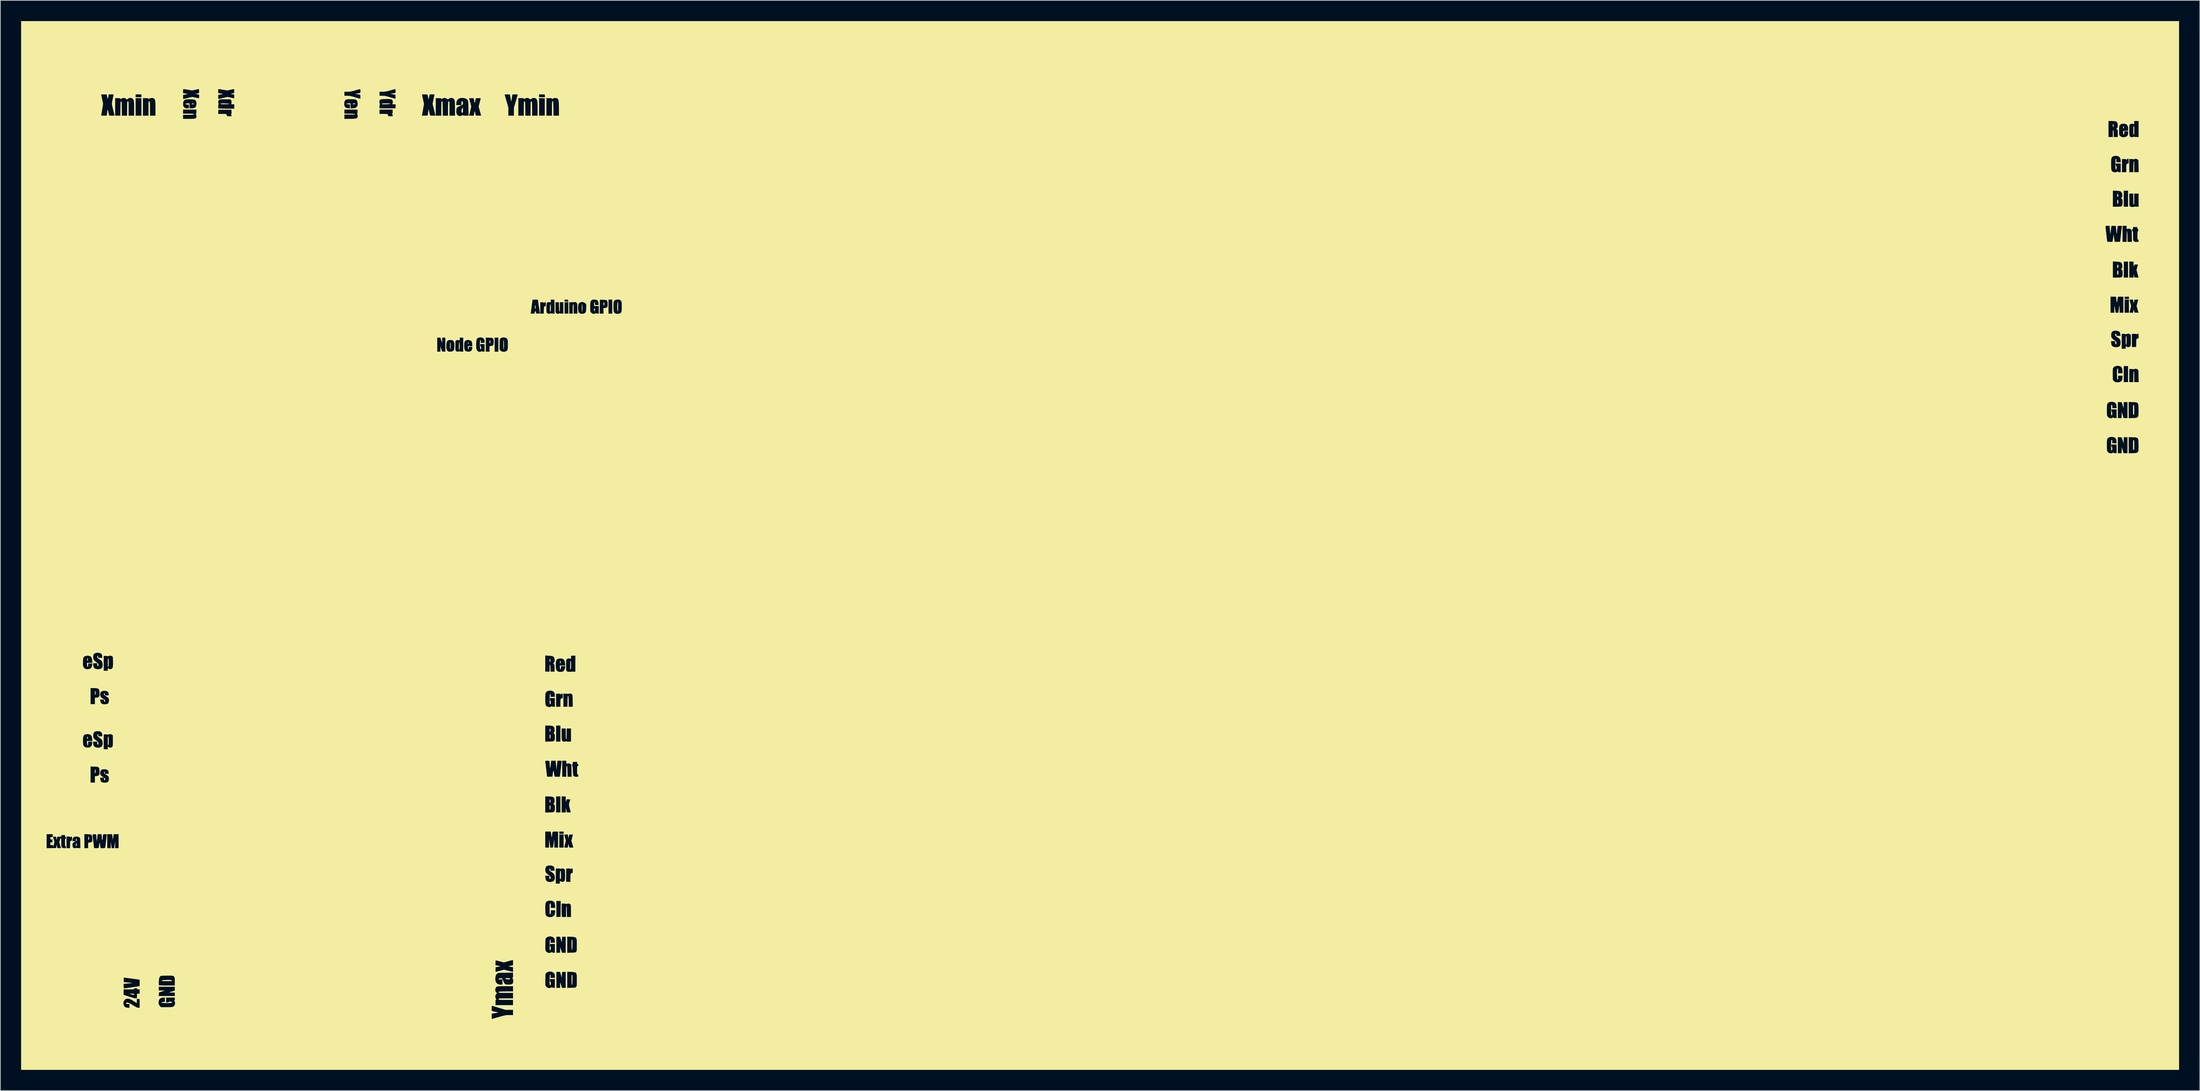
<source format=kicad_pcb>
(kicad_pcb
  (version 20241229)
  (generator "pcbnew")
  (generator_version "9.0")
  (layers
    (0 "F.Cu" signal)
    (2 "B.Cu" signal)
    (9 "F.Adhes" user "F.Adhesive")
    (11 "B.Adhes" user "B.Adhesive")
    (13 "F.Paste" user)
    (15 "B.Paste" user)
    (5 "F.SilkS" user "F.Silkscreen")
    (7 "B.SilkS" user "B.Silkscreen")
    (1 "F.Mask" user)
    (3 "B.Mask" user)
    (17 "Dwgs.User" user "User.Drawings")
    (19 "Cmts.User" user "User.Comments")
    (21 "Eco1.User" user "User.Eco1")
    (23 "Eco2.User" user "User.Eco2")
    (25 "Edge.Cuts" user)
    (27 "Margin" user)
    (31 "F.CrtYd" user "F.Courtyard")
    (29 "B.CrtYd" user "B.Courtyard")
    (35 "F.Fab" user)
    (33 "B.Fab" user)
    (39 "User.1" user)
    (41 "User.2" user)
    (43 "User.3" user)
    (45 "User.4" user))
  (footprint "Untitled"
    (layer "F.Cu")
    (at 156.003 75.824)
    (property "Reference" "Untitled" (at 0 0 0) (layer "F.SilkS") (effects (font (size 1.524 1.524) (thickness 0.3))))
    (attr through_hole)
    (fp_poly (pts (xy -147.971 42.451) (xy -147.955 42.556) (xy -147.955 42.562) (xy -147.974 42.677) (xy -148.018 42.73) (xy -148.06 42.728) (xy -148.079 42.668) (xy -148.082 42.586) (xy -148.071 42.469) (xy -148.036 42.421) (xy -148.018 42.418) (xy -147.971 42.451)) (stroke (width 0.01) (type solid)) (fill yes) (layer "F.SilkS"))
    (fp_poly (pts (xy -107.75 -63.912) (xy -107.698 -63.883) (xy -107.718 -63.844) (xy -107.763 -63.822) (xy -107.878 -63.796) (xy -107.977 -63.805) (xy -108.031 -63.843) (xy -108.035 -63.86) (xy -108.007 -63.904) (xy -107.914 -63.922) (xy -107.865 -63.923) (xy -107.75 -63.912)) (stroke (width 0.01) (type solid)) (fill yes) (layer "F.SilkS"))
    (fp_poly (pts (xy -77.999 16.711) (xy -77.979 16.808) (xy -77.978 16.845) (xy -77.987 16.963) (xy -78.02 17.013) (xy -78.044 17.018) (xy -78.088 16.996) (xy -78.1 16.919) (xy -78.097 16.863) (xy -78.073 16.74) (xy -78.035 16.689) (xy -77.999 16.711)) (stroke (width 0.01) (type solid)) (fill yes) (layer "F.SilkS"))
    (fp_poly (pts (xy -73.046 -34.272) (xy -73.03 -34.205) (xy -73.033 -34.092) (xy -73.054 -33.948) (xy -73.087 -33.879) (xy -73.121 -33.886) (xy -73.146 -33.97) (xy -73.152 -34.075) (xy -73.146 -34.208) (xy -73.124 -34.274) (xy -73.086 -34.29) (xy -73.046 -34.272)) (stroke (width 0.01) (type solid)) (fill yes) (layer "F.SilkS"))
    (fp_poly (pts (xy 148.023 -60.583) (xy 148.04 -60.481) (xy 148.04 -60.477) (xy 148.027 -60.367) (xy 147.987 -60.326) (xy 147.973 -60.325) (xy 147.927 -60.349) (xy 147.918 -60.434) (xy 147.921 -60.459) (xy 147.947 -60.57) (xy 147.987 -60.612) (xy 148.023 -60.583)) (stroke (width 0.01) (type solid)) (fill yes) (layer "F.SilkS"))
    (fp_poly (pts (xy -147.982 43.069) (xy -147.96 43.151) (xy -147.955 43.241) (xy -147.966 43.38) (xy -147.997 43.455) (xy -148.044 43.456) (xy -148.055 43.447) (xy -148.076 43.383) (xy -148.081 43.275) (xy -148.069 43.165) (xy -148.056 43.12) (xy -148.017 43.056) (xy -147.982 43.069)) (stroke (width 0.01) (type solid)) (fill yes) (layer "F.SilkS"))
    (fp_poly (pts (xy -146.359 27.681) (xy -146.347 27.772) (xy -146.346 27.792) (xy -146.36 27.901) (xy -146.404 27.94) (xy -146.41 27.94) (xy -146.466 27.912) (xy -146.473 27.887) (xy -146.459 27.783) (xy -146.427 27.691) (xy -146.389 27.645) (xy -146.384 27.644) (xy -146.359 27.681)) (stroke (width 0.01) (type solid)) (fill yes) (layer "F.SilkS"))
    (fp_poly (pts (xy -139.82 64.816) (xy -139.722 64.823) (xy -139.674 64.842) (xy -139.659 64.877) (xy -139.658 64.897) (xy -139.669 64.95) (xy -139.712 64.973) (xy -139.801 64.967) (xy -139.948 64.93) (xy -140.06 64.897) (xy -140.314 64.819) (xy -139.986 64.816) (xy -139.82 64.816)) (stroke (width 0.01) (type solid)) (fill yes) (layer "F.SilkS"))
    (fp_poly (pts (xy -131.159 -63.915) (xy -131.057 -63.897) (xy -131.003 -63.868) (xy -131 -63.86) (xy -131.038 -63.83) (xy -131.131 -63.807) (xy -131.159 -63.804) (xy -131.267 -63.804) (xy -131.313 -63.831) (xy -131.318 -63.86) (xy -131.298 -63.905) (xy -131.227 -63.919) (xy -131.159 -63.915)) (stroke (width 0.01) (type solid)) (fill yes) (layer "F.SilkS"))
    (fp_poly (pts (xy -91.326 -29.343) (xy -91.313 -29.254) (xy -91.313 -29.252) (xy -91.325 -29.163) (xy -91.355 -29.125) (xy -91.355 -29.125) (xy -91.385 -29.162) (xy -91.398 -29.251) (xy -91.398 -29.252) (xy -91.385 -29.342) (xy -91.356 -29.379) (xy -91.355 -29.379) (xy -91.326 -29.343)) (stroke (width 0.01) (type solid)) (fill yes) (layer "F.SilkS"))
    (fp_poly (pts (xy -88.177 -29.612) (xy -88.16 -29.492) (xy -88.159 -29.443) (xy -88.17 -29.305) (xy -88.2 -29.229) (xy -88.212 -29.221) (xy -88.244 -29.237) (xy -88.261 -29.319) (xy -88.265 -29.443) (xy -88.259 -29.587) (xy -88.24 -29.656) (xy -88.212 -29.665) (xy -88.177 -29.612)) (stroke (width 0.01) (type solid)) (fill yes) (layer "F.SilkS"))
    (fp_poly (pts (xy -79.493 16.446) (xy -79.47 16.547) (xy -79.467 16.666) (xy -79.484 16.768) (xy -79.521 16.821) (xy -79.559 16.822) (xy -79.579 16.776) (xy -79.586 16.668) (xy -79.587 16.611) (xy -79.581 16.469) (xy -79.56 16.401) (xy -79.534 16.393) (xy -79.493 16.446)) (stroke (width 0.01) (type solid)) (fill yes) (layer "F.SilkS"))
    (fp_poly (pts (xy 146.519 -60.896) (xy 146.536 -60.776) (xy 146.537 -60.727) (xy 146.526 -60.589) (xy 146.496 -60.513) (xy 146.484 -60.505) (xy 146.452 -60.521) (xy 146.435 -60.604) (xy 146.431 -60.727) (xy 146.437 -60.871) (xy 146.456 -60.941) (xy 146.484 -60.949) (xy 146.519 -60.896)) (stroke (width 0.01) (type solid)) (fill yes) (layer "F.SilkS"))
    (fp_poly (pts (xy 147.179 -50.807) (xy 147.208 -50.718) (xy 147.212 -50.603) (xy 147.193 -50.491) (xy 147.15 -50.409) (xy 147.117 -50.386) (xy 147.085 -50.408) (xy 147.069 -50.502) (xy 147.066 -50.606) (xy 147.072 -50.751) (xy 147.094 -50.825) (xy 147.125 -50.842) (xy 147.179 -50.807)) (stroke (width 0.01) (type solid)) (fill yes) (layer "F.SilkS"))
    (fp_poly (pts (xy 147.185 -40.561) (xy 147.224 -40.471) (xy 147.237 -40.356) (xy 147.221 -40.247) (xy 147.185 -40.183) (xy 147.124 -40.138) (xy 147.087 -40.157) (xy 147.069 -40.248) (xy 147.066 -40.365) (xy 147.073 -40.509) (xy 147.095 -40.582) (xy 147.125 -40.598) (xy 147.185 -40.561)) (stroke (width 0.01) (type solid)) (fill yes) (layer "F.SilkS"))
    (fp_poly (pts (xy -146.2 42.139) (xy -146.183 42.202) (xy -146.185 42.329) (xy -146.185 42.341) (xy -146.205 42.495) (xy -146.236 42.573) (xy -146.269 42.575) (xy -146.295 42.498) (xy -146.304 42.358) (xy -146.299 42.218) (xy -146.28 42.145) (xy -146.243 42.122) (xy -146.238 42.122) (xy -146.2 42.139)) (stroke (width 0.01) (type solid)) (fill yes) (layer "F.SilkS"))
    (fp_poly (pts (xy -143.945 33.607) (xy -143.931 33.614) (xy -143.867 33.677) (xy -143.856 33.785) (xy -143.857 33.792) (xy -143.885 33.899) (xy -143.935 33.945) (xy -143.989 33.924) (xy -144.008 33.866) (xy -144.018 33.76) (xy -144.018 33.731) (xy -144.014 33.628) (xy -143.994 33.592) (xy -143.945 33.607)) (stroke (width 0.01) (type solid)) (fill yes) (layer "F.SilkS"))
    (fp_poly (pts (xy -92.119 -63.006) (xy -92.123 -62.8) (xy -92.139 -62.666) (xy -92.17 -62.593) (xy -92.219 -62.569) (xy -92.223 -62.569) (xy -92.284 -62.603) (xy -92.303 -62.636) (xy -92.334 -62.801) (xy -92.318 -62.982) (xy -92.26 -63.14) (xy -92.225 -63.191) (xy -92.12 -63.309) (xy -92.119 -63.006)) (stroke (width 0.01) (type solid)) (fill yes) (layer "F.SilkS"))
    (fp_poly (pts (xy -85.49 62.571) (xy -85.38 62.578) (xy -85.325 62.593) (xy -85.308 62.621) (xy -85.31 62.643) (xy -85.358 62.695) (xy -85.464 62.726) (xy -85.602 62.737) (xy -85.747 62.726) (xy -85.874 62.694) (xy -85.94 62.657) (xy -86.043 62.571) (xy -85.669 62.57) (xy -85.49 62.571)) (stroke (width 0.01) (type solid)) (fill yes) (layer "F.SilkS"))
    (fp_poly (pts (xy -79.516 26.476) (xy -79.486 26.561) (xy -79.468 26.705) (xy -79.465 26.837) (xy -79.48 26.904) (xy -79.517 26.924) (xy -79.521 26.924) (xy -79.56 26.905) (xy -79.58 26.838) (xy -79.587 26.704) (xy -79.587 26.688) (xy -79.576 26.538) (xy -79.549 26.468) (xy -79.516 26.476)) (stroke (width 0.01) (type solid)) (fill yes) (layer "F.SilkS"))
    (fp_poly (pts (xy -79.516 36.721) (xy -79.486 36.806) (xy -79.468 36.95) (xy -79.465 37.082) (xy -79.48 37.149) (xy -79.517 37.169) (xy -79.521 37.169) (xy -79.56 37.15) (xy -79.58 37.082) (xy -79.587 36.949) (xy -79.587 36.932) (xy -79.576 36.783) (xy -79.549 36.713) (xy -79.516 36.721)) (stroke (width 0.01) (type solid)) (fill yes) (layer "F.SilkS"))
    (fp_poly (pts (xy -71.734 -35.152) (xy -71.69 -35.1) (xy -71.672 -34.981) (xy -71.67 -34.92) (xy -71.677 -34.789) (xy -71.702 -34.726) (xy -71.734 -34.713) (xy -71.772 -34.734) (xy -71.792 -34.808) (xy -71.797 -34.945) (xy -71.793 -35.078) (xy -71.778 -35.143) (xy -71.746 -35.156) (xy -71.734 -35.152)) (stroke (width 0.01) (type solid)) (fill yes) (layer "F.SilkS"))
    (fp_poly (pts (xy -146.362 16.336) (xy -146.347 16.43) (xy -146.346 16.468) (xy -146.356 16.582) (xy -146.388 16.632) (xy -146.415 16.637) (xy -146.46 16.619) (xy -146.466 16.553) (xy -146.457 16.505) (xy -146.439 16.401) (xy -146.431 16.336) (xy -146.431 16.335) (xy -146.399 16.299) (xy -146.389 16.298) (xy -146.362 16.336)) (stroke (width 0.01) (type solid)) (fill yes) (layer "F.SilkS"))
    (fp_poly (pts (xy -145.277 21.05) (xy -145.243 21.105) (xy -145.226 21.236) (xy -145.225 21.315) (xy -145.234 21.477) (xy -145.261 21.566) (xy -145.277 21.579) (xy -145.307 21.564) (xy -145.324 21.487) (xy -145.33 21.338) (xy -145.33 21.315) (xy -145.326 21.156) (xy -145.31 21.071) (xy -145.282 21.049) (xy -145.277 21.05)) (stroke (width 0.01) (type solid)) (fill yes) (layer "F.SilkS"))
    (fp_poly (pts (xy -145.277 32.396) (xy -145.243 32.45) (xy -145.226 32.582) (xy -145.225 32.66) (xy -145.234 32.823) (xy -145.261 32.911) (xy -145.277 32.925) (xy -145.307 32.91) (xy -145.324 32.833) (xy -145.33 32.683) (xy -145.33 32.66) (xy -145.326 32.501) (xy -145.31 32.416) (xy -145.282 32.394) (xy -145.277 32.396)) (stroke (width 0.01) (type solid)) (fill yes) (layer "F.SilkS"))
    (fp_poly (pts (xy -81.622 -34.673) (xy -81.619 -34.579) (xy -81.614 -34.445) (xy -81.6 -34.34) (xy -81.593 -34.315) (xy -81.597 -34.258) (xy -81.635 -34.248) (xy -81.678 -34.267) (xy -81.699 -34.338) (xy -81.703 -34.449) (xy -81.694 -34.582) (xy -81.673 -34.687) (xy -81.661 -34.713) (xy -81.635 -34.73) (xy -81.622 -34.673)) (stroke (width 0.01) (type solid)) (fill yes) (layer "F.SilkS"))
    (fp_poly (pts (xy 147.19 -39.716) (xy 147.226 -39.609) (xy 147.235 -39.455) (xy 147.222 -39.281) (xy 147.183 -39.184) (xy 147.125 -39.158) (xy 147.092 -39.18) (xy 147.074 -39.255) (xy 147.066 -39.396) (xy 147.066 -39.455) (xy 147.07 -39.619) (xy 147.085 -39.712) (xy 147.113 -39.749) (xy 147.125 -39.751) (xy 147.19 -39.716)) (stroke (width 0.01) (type solid)) (fill yes) (layer "F.SilkS"))
    (fp_poly (pts (xy -93.919 -29.339) (xy -93.905 -29.223) (xy -93.897 -29.042) (xy -93.895 -28.871) (xy -93.899 -28.648) (xy -93.908 -28.483) (xy -93.923 -28.386) (xy -93.938 -28.363) (xy -93.956 -28.404) (xy -93.97 -28.52) (xy -93.978 -28.7) (xy -93.98 -28.871) (xy -93.977 -29.094) (xy -93.967 -29.259) (xy -93.952 -29.357) (xy -93.938 -29.379) (xy -93.919 -29.339)) (stroke (width 0.01) (type solid)) (fill yes) (layer "F.SilkS"))
    (fp_poly (pts (xy -79.488 27.366) (xy -79.468 27.431) (xy -79.46 27.56) (xy -79.46 27.622) (xy -79.464 27.777) (xy -79.479 27.863) (xy -79.509 27.896) (xy -79.523 27.898) (xy -79.559 27.879) (xy -79.579 27.814) (xy -79.586 27.685) (xy -79.587 27.622) (xy -79.582 27.468) (xy -79.567 27.382) (xy -79.538 27.349) (xy -79.523 27.347) (xy -79.488 27.366)) (stroke (width 0.01) (type solid)) (fill yes) (layer "F.SilkS"))
    (fp_poly (pts (xy -79.487 37.611) (xy -79.467 37.677) (xy -79.46 37.807) (xy -79.46 37.863) (xy -79.466 38.025) (xy -79.486 38.118) (xy -79.523 38.158) (xy -79.523 38.158) (xy -79.557 38.157) (xy -79.576 38.114) (xy -79.585 38.012) (xy -79.587 37.887) (xy -79.583 37.726) (xy -79.569 37.635) (xy -79.543 37.596) (xy -79.523 37.592) (xy -79.487 37.611)) (stroke (width 0.01) (type solid)) (fill yes) (layer "F.SilkS"))
    (fp_poly (pts (xy -74.869 -34.842) (xy -74.856 -34.726) (xy -74.847 -34.543) (xy -74.845 -34.353) (xy -74.849 -34.124) (xy -74.858 -33.954) (xy -74.872 -33.851) (xy -74.888 -33.824) (xy -74.906 -33.865) (xy -74.92 -33.981) (xy -74.928 -34.164) (xy -74.93 -34.353) (xy -74.927 -34.583) (xy -74.917 -34.753) (xy -74.903 -34.856) (xy -74.888 -34.883) (xy -74.869 -34.842)) (stroke (width 0.01) (type solid)) (fill yes) (layer "F.SilkS"))
    (fp_poly (pts (xy 147.172 -49.958) (xy 147.208 -49.862) (xy 147.211 -49.847) (xy 147.224 -49.703) (xy 147.212 -49.565) (xy 147.181 -49.458) (xy 147.136 -49.405) (xy 147.125 -49.403) (xy 147.092 -49.425) (xy 147.074 -49.5) (xy 147.066 -49.642) (xy 147.066 -49.699) (xy 147.07 -49.864) (xy 147.085 -49.957) (xy 147.113 -49.994) (xy 147.125 -49.996) (xy 147.172 -49.958)) (stroke (width 0.01) (type solid)) (fill yes) (layer "F.SilkS"))
    (fp_poly (pts (xy -92.628 -29.356) (xy -92.612 -29.257) (xy -92.601 -29.111) (xy -92.593 -28.939) (xy -92.59 -28.759) (xy -92.592 -28.591) (xy -92.6 -28.454) (xy -92.614 -28.367) (xy -92.623 -28.349) (xy -92.669 -28.337) (xy -92.689 -28.369) (xy -92.701 -28.444) (xy -92.706 -28.574) (xy -92.705 -28.739) (xy -92.7 -28.92) (xy -92.69 -29.095) (xy -92.678 -29.245) (xy -92.662 -29.351) (xy -92.647 -29.39) (xy -92.628 -29.356)) (stroke (width 0.01) (type solid)) (fill yes) (layer "F.SilkS"))
    (fp_poly (pts (xy -79.447 -34.86) (xy -79.432 -34.797) (xy -79.422 -34.675) (xy -79.418 -34.483) (xy -79.417 -34.357) (xy -79.421 -34.117) (xy -79.431 -33.944) (xy -79.446 -33.846) (xy -79.461 -33.824) (xy -79.514 -33.858) (xy -79.526 -33.88) (xy -79.539 -33.96) (xy -79.544 -34.094) (xy -79.542 -34.262) (xy -79.534 -34.441) (xy -79.521 -34.612) (xy -79.504 -34.755) (xy -79.485 -34.848) (xy -79.47 -34.872) (xy -79.447 -34.86)) (stroke (width 0.01) (type solid)) (fill yes) (layer "F.SilkS"))
    (fp_poly (pts (xy -102.975 -63.922) (xy -102.8 -63.916) (xy -102.689 -63.906) (xy -102.635 -63.89) (xy -102.627 -63.87) (xy -102.672 -63.851) (xy -102.784 -63.834) (xy -102.942 -63.819) (xy -103.128 -63.808) (xy -103.324 -63.801) (xy -103.509 -63.798) (xy -103.665 -63.801) (xy -103.774 -63.811) (xy -103.814 -63.823) (xy -103.839 -63.861) (xy -103.821 -63.888) (xy -103.751 -63.906) (xy -103.62 -63.917) (xy -103.42 -63.922) (xy -103.226 -63.923) (xy -102.975 -63.922)) (stroke (width 0.01) (type solid)) (fill yes) (layer "F.SilkS"))
    (fp_poly (pts (xy -86.216 -29.677) (xy -86.203 -29.558) (xy -86.195 -29.367) (xy -86.191 -29.112) (xy -86.191 -29.041) (xy -86.193 -28.771) (xy -86.201 -28.564) (xy -86.213 -28.427) (xy -86.229 -28.366) (xy -86.233 -28.363) (xy -86.25 -28.405) (xy -86.263 -28.524) (xy -86.271 -28.714) (xy -86.275 -28.969) (xy -86.275 -29.041) (xy -86.273 -29.311) (xy -86.265 -29.517) (xy -86.253 -29.655) (xy -86.237 -29.715) (xy -86.233 -29.718) (xy -86.216 -29.677)) (stroke (width 0.01) (type solid)) (fill yes) (layer "F.SilkS"))
    (fp_poly (pts (xy 148.383 -30.254) (xy 148.403 -30.161) (xy 148.415 -29.987) (xy 148.42 -29.731) (xy 148.421 -29.654) (xy 148.417 -29.378) (xy 148.407 -29.183) (xy 148.388 -29.071) (xy 148.363 -29.038) (xy 148.329 -29.084) (xy 148.319 -29.108) (xy 148.309 -29.175) (xy 148.301 -29.308) (xy 148.295 -29.484) (xy 148.294 -29.654) (xy 148.296 -29.853) (xy 148.302 -30.024) (xy 148.31 -30.148) (xy 148.319 -30.201) (xy 148.355 -30.267) (xy 148.383 -30.254)) (stroke (width 0.01) (type solid)) (fill yes) (layer "F.SilkS"))
    (fp_poly (pts (xy -143.372 16.321) (xy -143.357 16.381) (xy -143.347 16.498) (xy -143.342 16.682) (xy -143.341 16.909) (xy -143.344 17.174) (xy -143.352 17.369) (xy -143.366 17.487) (xy -143.384 17.526) (xy -143.437 17.493) (xy -143.449 17.471) (xy -143.456 17.409) (xy -143.46 17.281) (xy -143.461 17.105) (xy -143.459 16.897) (xy -143.458 16.871) (xy -143.45 16.622) (xy -143.437 16.451) (xy -143.419 16.349) (xy -143.394 16.309) (xy -143.394 16.309) (xy -143.372 16.321)) (stroke (width 0.01) (type solid)) (fill yes) (layer "F.SilkS"))
    (fp_poly (pts (xy -126.557 -63.916) (xy -126.363 -63.909) (xy -126.184 -63.898) (xy -126.039 -63.886) (xy -125.946 -63.872) (xy -125.921 -63.86) (xy -125.96 -63.842) (xy -126.066 -63.827) (xy -126.22 -63.816) (xy -126.404 -63.808) (xy -126.6 -63.804) (xy -126.791 -63.804) (xy -126.957 -63.809) (xy -127.081 -63.819) (xy -127.144 -63.834) (xy -127.148 -63.838) (xy -127.141 -63.888) (xy -127.117 -63.904) (xy -127.046 -63.915) (xy -126.916 -63.92) (xy -126.747 -63.92) (xy -126.557 -63.916)) (stroke (width 0.01) (type solid)) (fill yes) (layer "F.SilkS"))
    (fp_poly (pts (xy -76.528 16.702) (xy -76.512 16.762) (xy -76.503 16.879) (xy -76.498 17.063) (xy -76.496 17.29) (xy -76.499 17.555) (xy -76.508 17.75) (xy -76.522 17.868) (xy -76.54 17.907) (xy -76.593 17.874) (xy -76.605 17.852) (xy -76.612 17.79) (xy -76.616 17.662) (xy -76.617 17.486) (xy -76.615 17.278) (xy -76.614 17.252) (xy -76.606 17.003) (xy -76.593 16.832) (xy -76.575 16.73) (xy -76.55 16.69) (xy -76.549 16.69) (xy -76.528 16.702)) (stroke (width 0.01) (type solid)) (fill yes) (layer "F.SilkS"))
    (fp_poly (pts (xy -69.716 -35.177) (xy -69.706 -35.154) (xy -69.696 -35.084) (xy -69.688 -34.949) (xy -69.683 -34.771) (xy -69.681 -34.569) (xy -69.682 -34.366) (xy -69.686 -34.18) (xy -69.693 -34.032) (xy -69.703 -33.944) (xy -69.706 -33.934) (xy -69.741 -33.869) (xy -69.769 -33.88) (xy -69.788 -33.968) (xy -69.801 -34.136) (xy -69.807 -34.386) (xy -69.808 -34.52) (xy -69.804 -34.819) (xy -69.793 -35.034) (xy -69.775 -35.166) (xy -69.749 -35.213) (xy -69.716 -35.177)) (stroke (width 0.01) (type solid)) (fill yes) (layer "F.SilkS"))
    (fp_poly (pts (xy -77.993 47.045) (xy -77.976 47.102) (xy -77.962 47.222) (xy -77.95 47.386) (xy -77.943 47.571) (xy -77.94 47.758) (xy -77.943 47.925) (xy -77.952 48.052) (xy -77.954 48.065) (xy -77.984 48.196) (xy -78.021 48.254) (xy -78.059 48.234) (xy -78.087 48.158) (xy -78.097 48.071) (xy -78.102 47.93) (xy -78.101 47.753) (xy -78.097 47.562) (xy -78.089 47.375) (xy -78.079 47.214) (xy -78.066 47.099) (xy -78.052 47.05) (xy -78.002 47.039) (xy -77.993 47.045)) (stroke (width 0.01) (type solid)) (fill yes) (layer "F.SilkS"))
    (fp_poly (pts (xy -143.379 27.655) (xy -143.361 27.698) (xy -143.35 27.785) (xy -143.343 27.926) (xy -143.341 28.135) (xy -143.341 28.258) (xy -143.343 28.513) (xy -143.349 28.692) (xy -143.362 28.805) (xy -143.383 28.859) (xy -143.413 28.864) (xy -143.439 28.843) (xy -143.45 28.793) (xy -143.458 28.674) (xy -143.464 28.503) (xy -143.467 28.296) (xy -143.468 28.229) (xy -143.466 27.992) (xy -143.462 27.827) (xy -143.452 27.722) (xy -143.436 27.666) (xy -143.413 27.645) (xy -143.404 27.644) (xy -143.379 27.655)) (stroke (width 0.01) (type solid)) (fill yes) (layer "F.SilkS"))
    (fp_poly (pts (xy 149.483 -60.61) (xy 149.501 -60.567) (xy 149.512 -60.48) (xy 149.519 -60.339) (xy 149.521 -60.13) (xy 149.521 -60.008) (xy 149.519 -59.752) (xy 149.513 -59.573) (xy 149.5 -59.46) (xy 149.479 -59.406) (xy 149.449 -59.401) (xy 149.423 -59.422) (xy 149.412 -59.472) (xy 149.404 -59.591) (xy 149.398 -59.762) (xy 149.395 -59.969) (xy 149.394 -60.036) (xy 149.396 -60.273) (xy 149.4 -60.438) (xy 149.41 -60.543) (xy 149.426 -60.599) (xy 149.449 -60.62) (xy 149.458 -60.621) (xy 149.483 -60.61)) (stroke (width 0.01) (type solid)) (fill yes) (layer "F.SilkS"))
    (fp_poly (pts (xy -76.347 57.008) (xy -76.323 57.028) (xy -76.306 57.076) (xy -76.296 57.162) (xy -76.291 57.299) (xy -76.291 57.498) (xy -76.294 57.734) (xy -76.301 58.015) (xy -76.31 58.219) (xy -76.324 58.355) (xy -76.341 58.43) (xy -76.359 58.452) (xy -76.379 58.44) (xy -76.393 58.382) (xy -76.403 58.271) (xy -76.409 58.096) (xy -76.411 57.849) (xy -76.412 57.726) (xy -76.411 57.457) (xy -76.408 57.262) (xy -76.402 57.13) (xy -76.391 57.051) (xy -76.376 57.013) (xy -76.354 57.006) (xy -76.347 57.008)) (stroke (width 0.01) (type solid)) (fill yes) (layer "F.SilkS"))
    (fp_poly (pts (xy -76.347 62.088) (xy -76.323 62.108) (xy -76.306 62.156) (xy -76.296 62.242) (xy -76.291 62.379) (xy -76.291 62.578) (xy -76.294 62.814) (xy -76.301 63.095) (xy -76.31 63.299) (xy -76.324 63.435) (xy -76.341 63.51) (xy -76.359 63.532) (xy -76.379 63.52) (xy -76.393 63.462) (xy -76.403 63.351) (xy -76.409 63.176) (xy -76.411 62.929) (xy -76.412 62.806) (xy -76.411 62.537) (xy -76.408 62.342) (xy -76.402 62.21) (xy -76.391 62.131) (xy -76.376 62.093) (xy -76.354 62.086) (xy -76.347 62.088)) (stroke (width 0.01) (type solid)) (fill yes) (layer "F.SilkS"))
    (fp_poly (pts (xy -134.504 62.83) (xy -134.357 62.839) (xy -134.264 62.856) (xy -134.214 62.884) (xy -134.197 62.922) (xy -134.197 62.929) (xy -134.208 62.953) (xy -134.25 62.969) (xy -134.333 62.981) (xy -134.468 62.988) (xy -134.666 62.991) (xy -134.919 62.992) (xy -135.183 62.991) (xy -135.373 62.989) (xy -135.501 62.983) (xy -135.579 62.973) (xy -135.618 62.957) (xy -135.629 62.934) (xy -135.628 62.918) (xy -135.614 62.889) (xy -135.577 62.868) (xy -135.505 62.853) (xy -135.383 62.843) (xy -135.2 62.836) (xy -135 62.832) (xy -134.715 62.828) (xy -134.504 62.83)) (stroke (width 0.01) (type solid)) (fill yes) (layer "F.SilkS"))
    (fp_poly (pts (xy 149.452 -20.31) (xy 149.481 -20.272) (xy 149.501 -20.196) (xy 149.513 -20.069) (xy 149.52 -19.88) (xy 149.521 -19.62) (xy 149.521 -19.6) (xy 149.52 -19.334) (xy 149.514 -19.142) (xy 149.502 -19.012) (xy 149.483 -18.932) (xy 149.454 -18.892) (xy 149.414 -18.881) (xy 149.411 -18.881) (xy 149.389 -18.895) (xy 149.373 -18.944) (xy 149.362 -19.04) (xy 149.356 -19.191) (xy 149.353 -19.41) (xy 149.352 -19.6) (xy 149.353 -19.87) (xy 149.357 -20.066) (xy 149.365 -20.198) (xy 149.377 -20.277) (xy 149.395 -20.314) (xy 149.411 -20.32) (xy 149.452 -20.31)) (stroke (width 0.01) (type solid)) (fill yes) (layer "F.SilkS"))
    (fp_poly (pts (xy 149.452 -15.23) (xy 149.481 -15.192) (xy 149.501 -15.116) (xy 149.513 -14.989) (xy 149.52 -14.8) (xy 149.521 -14.54) (xy 149.521 -14.52) (xy 149.52 -14.254) (xy 149.514 -14.062) (xy 149.502 -13.932) (xy 149.483 -13.852) (xy 149.454 -13.812) (xy 149.414 -13.801) (xy 149.411 -13.801) (xy 149.389 -13.815) (xy 149.373 -13.864) (xy 149.362 -13.96) (xy 149.356 -14.111) (xy 149.353 -14.33) (xy 149.352 -14.52) (xy 149.353 -14.79) (xy 149.357 -14.986) (xy 149.365 -15.118) (xy 149.377 -15.197) (xy 149.395 -15.234) (xy 149.411 -15.24) (xy 149.452 -15.23)) (stroke (width 0.01) (type solid)) (fill yes) (layer "F.SilkS"))
    (fp_poly (pts (xy 155.998 75.819) (xy -155.998 75.819) (xy -155.998 67.081) (xy -87.971 67.081) (xy -87.968 67.188) (xy -87.949 67.261) (xy -87.901 67.31) (xy -87.812 67.345) (xy -87.67 67.377) (xy -87.461 67.417) (xy -87.376 67.433) (xy -87.21 67.466) (xy -87.106 67.491) (xy -87.065 67.513) (xy -87.094 67.534) (xy -87.194 67.56) (xy -87.371 67.594) (xy -87.577 67.631) (xy -87.969 67.7) (xy -87.969 68.076) (xy -87.964 68.265) (xy -87.951 68.394) (xy -87.93 68.451) (xy -87.925 68.453) (xy -87.873 68.442) (xy -87.752 68.41) (xy -87.574 68.362) (xy -87.35 68.3) (xy -87.092 68.227) (xy -86.92 68.178) (xy -86.616 68.091) (xy -86.377 68.024) (xy -86.19 67.976) (xy -86.038 67.942) (xy -85.907 67.921) (xy -85.782 67.909) (xy -85.648 67.904) (xy -85.488 67.903) (xy -85.419 67.903) (xy -84.878 67.903) (xy -84.878 67.141) (xy -85.939 67.141) (xy -86.931 66.844) (xy -87.207 66.762) (xy -87.455 66.689) (xy -87.664 66.628) (xy -87.823 66.582) (xy -87.921 66.554) (xy -87.947 66.548) (xy -87.956 66.587) (xy -87.964 66.692) (xy -87.968 66.844) (xy -87.969 66.928) (xy -87.971 67.081) (xy -155.998 67.081) (xy -155.998 66.296) (xy -141.212 66.296) (xy -141.144 66.529) (xy -141.03 66.692) (xy -140.862 66.795) (xy -140.635 66.841) (xy -140.557 66.843) (xy -140.335 66.844) (xy -140.335 66.294) (xy -140.568 66.294) (xy -140.702 66.29) (xy -140.772 66.275) (xy -140.798 66.239) (xy -140.801 66.208) (xy -140.781 66.125) (xy -140.718 66.087) (xy -140.608 66.095) (xy -140.446 66.151) (xy -140.228 66.255) (xy -139.95 66.41) (xy -139.792 66.504) (xy -139.566 66.638) (xy -139.397 66.732) (xy -139.271 66.794) (xy -139.172 66.828) (xy -139.087 66.843) (xy -139.04 66.844) (xy -138.853 66.844) (xy -138.853 66.18) (xy -136.134 66.18) (xy -136.071 66.408) (xy -135.932 66.601) (xy -135.773 66.76) (xy -134.962 66.76) (xy -134.662 66.758) (xy -134.434 66.754) (xy -134.267 66.745) (xy -134.149 66.732) (xy -134.067 66.712) (xy -134.023 66.694) (xy -133.881 66.579) (xy -133.783 66.418) (xy -133.734 66.234) (xy -133.743 66.053) (xy -133.802 65.914) (xy -133.845 65.833) (xy -133.825 65.796) (xy -133.824 65.796) (xy -133.792 65.745) (xy -133.775 65.632) (xy -133.773 65.571) (xy -133.773 65.363) (xy -135.043 65.363) (xy -135.043 66.082) (xy -134.853 66.082) (xy -134.727 66.074) (xy -134.67 66.046) (xy -134.662 66.019) (xy -134.638 65.974) (xy -134.557 65.957) (xy -134.41 65.968) (xy -134.313 65.983) (xy -134.211 66.012) (xy -134.157 66.051) (xy -134.154 66.061) (xy -134.191 66.104) (xy -134.303 66.135) (xy -134.492 66.156) (xy -134.762 66.165) (xy -134.9 66.167) (xy -135.198 66.162) (xy -135.433 66.148) (xy -135.599 66.126) (xy -135.692 66.096) (xy -135.708 66.066) (xy -135.661 66.038) (xy -135.555 66.016) (xy -135.453 66.006) (xy -135.213 65.993) (xy -135.213 65.363) (xy -135.414 65.365) (xy -135.677 65.397) (xy -135.88 65.488) (xy -136.024 65.638) (xy -136.11 65.85) (xy -136.123 65.914) (xy -136.134 66.18) (xy -138.853 66.18) (xy -138.853 65.574) (xy -139.277 65.574) (xy -139.277 66.165) (xy -139.634 65.932) (xy -139.883 65.775) (xy -140.082 65.664) (xy -140.249 65.591) (xy -140.399 65.55) (xy -140.549 65.534) (xy -140.598 65.533) (xy -140.749 65.539) (xy -140.854 65.566) (xy -140.948 65.628) (xy -140.989 65.662) (xy -141.133 65.843) (xy -141.209 66.059) (xy -141.212 66.296) (xy -155.998 66.296) (xy -155.998 64.177) (xy -141.182 64.177) (xy -141.182 64.975) (xy -140.409 65.229) (xy -140.077 65.335) (xy -139.817 65.41) (xy -139.622 65.456) (xy -139.485 65.475) (xy -139.446 65.476) (xy -139.256 65.469) (xy -139.244 65.151) (xy -136.106 65.151) (xy -133.773 65.151) (xy -133.773 64.646) (xy -134.641 64.622) (xy -134.207 64.495) (xy -133.773 64.368) (xy -133.773 64.201) (xy -87.455 64.201) (xy -87.434 64.408) (xy -87.335 64.594) (xy -87.289 64.645) (xy -87.199 64.736) (xy -87.319 64.861) (xy -87.412 65.015) (xy -87.446 65.203) (xy -87.422 65.397) (xy -87.344 65.56) (xy -87.286 65.645) (xy -87.276 65.678) (xy -87.314 65.676) (xy -87.334 65.671) (xy -87.373 65.666) (xy -87.397 65.685) (xy -87.411 65.743) (xy -87.417 65.854) (xy -87.418 66.034) (xy -87.418 66.056) (xy -87.418 66.463) (xy -84.878 66.463) (xy -84.878 65.701) (xy -85.849 65.701) (xy -86.13 65.7) (xy -86.385 65.697) (xy -86.601 65.693) (xy -86.765 65.687) (xy -86.864 65.68) (xy -86.886 65.676) (xy -86.942 65.617) (xy -86.953 65.57) (xy -86.949 65.545) (xy -86.931 65.526) (xy -86.889 65.512) (xy -86.813 65.502) (xy -86.694 65.495) (xy -86.521 65.492) (xy -86.285 65.49) (xy -85.976 65.49) (xy -85.915 65.49) (xy -84.878 65.49) (xy -84.878 64.685) (xy -85.896 64.685) (xy -86.22 64.685) (xy -86.469 64.682) (xy -86.653 64.678) (xy -86.782 64.671) (xy -86.866 64.66) (xy -86.914 64.645) (xy -86.936 64.625) (xy -86.938 64.62) (xy -86.944 64.547) (xy -86.933 64.525) (xy -86.884 64.516) (xy -86.763 64.507) (xy -86.58 64.498) (xy -86.35 64.491) (xy -86.083 64.485) (xy -85.891 64.481) (xy -84.878 64.468) (xy -84.878 63.712) (xy -85.962 63.712) (xy -86.331 63.713) (xy -86.624 63.717) (xy -86.853 63.726) (xy -87.026 63.743) (xy -87.153 63.768) (xy -87.244 63.804) (xy -87.309 63.853) (xy -87.357 63.916) (xy -87.394 63.986) (xy -87.455 64.201) (xy -133.773 64.201) (xy -133.773 63.796) (xy -136.102 63.796) (xy -136.102 64.347) (xy -135.234 64.355) (xy -135.657 64.495) (xy -136.081 64.636) (xy -136.093 64.894) (xy -136.106 65.151) (xy -139.244 65.151) (xy -139.243 65.14) (xy -139.231 64.812) (xy -138.853 64.812) (xy -138.853 64.177) (xy -139.044 64.177) (xy -139.163 64.172) (xy -139.219 64.149) (xy -139.234 64.099) (xy -139.234 64.093) (xy -139.245 64.042) (xy -139.293 64.017) (xy -139.397 64.008) (xy -139.446 64.008) (xy -139.573 64.012) (xy -139.636 64.031) (xy -139.657 64.073) (xy -139.658 64.093) (xy -139.661 64.123) (xy -139.68 64.145) (xy -139.725 64.16) (xy -139.807 64.169) (xy -139.939 64.175) (xy -140.132 64.177) (xy -140.398 64.177) (xy -140.42 64.177) (xy -141.182 64.177) (xy -155.998 64.177) (xy -155.998 63.383) (xy -141.182 63.383) (xy -141.182 63.717) (xy -141.177 63.885) (xy -141.163 64.001) (xy -141.142 64.05) (xy -141.139 64.05) (xy -141.086 64.044) (xy -140.962 64.028) (xy -140.779 64.002) (xy -140.548 63.969) (xy -140.282 63.93) (xy -140.091 63.902) (xy -139.803 63.859) (xy -139.537 63.819) (xy -139.306 63.784) (xy -139.125 63.756) (xy -139.006 63.736) (xy -138.97 63.729) (xy -138.853 63.705) (xy -138.853 63.328) (xy -136.101 63.328) (xy -136.096 63.476) (xy -136.084 63.574) (xy -136.073 63.599) (xy -136.025 63.606) (xy -135.904 63.613) (xy -135.72 63.619) (xy -135.486 63.623) (xy -135.212 63.626) (xy -134.91 63.627) (xy -134.909 63.627) (xy -133.773 63.627) (xy -133.773 63.066) (xy -133.775 62.828) (xy -133.782 62.658) (xy -133.784 62.632) (xy -87.439 62.632) (xy -87.434 62.818) (xy -87.417 62.951) (xy -87.381 63.06) (xy -87.324 63.166) (xy -87.199 63.332) (xy -87.045 63.436) (xy -86.845 63.489) (xy -86.667 63.499) (xy -86.402 63.5) (xy -86.402 62.738) (xy -86.681 62.738) (xy -86.83 62.735) (xy -86.913 62.724) (xy -86.944 62.699) (xy -86.945 62.664) (xy -86.914 62.616) (xy -86.833 62.589) (xy -86.716 62.577) (xy -86.603 62.573) (xy -86.523 62.586) (xy -86.461 62.628) (xy -86.404 62.713) (xy -86.339 62.853) (xy -86.276 63.003) (xy -86.182 63.212) (xy -86.093 63.353) (xy -85.989 63.439) (xy -85.85 63.483) (xy -85.658 63.499) (xy -85.548 63.5) (xy -85.298 63.491) (xy -85.117 63.459) (xy -84.992 63.4) (xy -84.909 63.308) (xy -84.882 63.254) (xy -80.217 63.254) (xy -80.213 63.412) (xy -80.204 63.525) (xy -80.188 63.606) (xy -80.166 63.669) (xy -80.146 63.708) (xy -80.026 63.855) (xy -79.865 63.955) (xy -79.684 64.003) (xy -79.507 63.992) (xy -79.465 63.972) (xy -77.047 63.972) (xy -76.45 63.958) (xy -76.215 63.952) (xy -76.049 63.945) (xy -75.937 63.935) (xy -75.863 63.917) (xy -75.814 63.89) (xy -75.773 63.85) (xy -75.752 63.826) (xy -75.717 63.783) (xy -75.691 63.738) (xy -75.673 63.679) (xy -75.661 63.593) (xy -75.654 63.467) (xy -75.651 63.289) (xy -75.65 63.047) (xy -75.65 62.861) (xy -75.651 62.537) (xy -75.657 62.286) (xy -75.67 62.098) (xy -75.693 61.962) (xy -75.727 61.866) (xy -75.775 61.799) (xy -75.839 61.75) (xy -75.89 61.724) (xy -75.988 61.696) (xy -76.154 61.673) (xy -76.371 61.655) (xy -76.528 61.647) (xy -77.047 61.627) (xy -77.047 63.972) (xy -79.465 63.972) (xy -79.364 63.924) (xy -79.287 63.871) (xy -79.248 63.874) (xy -79.233 63.903) (xy -79.175 63.948) (xy -79.044 63.965) (xy -79.016 63.966) (xy -78.825 63.966) (xy -78.825 62.696) (xy -79.544 62.696) (xy -79.544 62.886) (xy -79.536 63.012) (xy -79.508 63.069) (xy -79.481 63.077) (xy -79.439 63.102) (xy -79.42 63.188) (xy -79.417 63.264) (xy -79.428 63.442) (xy -79.46 63.546) (xy -79.519 63.584) (xy -79.529 63.585) (xy -79.55 63.572) (xy -79.565 63.528) (xy -79.575 63.442) (xy -79.58 63.302) (xy -79.58 63.1) (xy -79.577 62.823) (xy -79.577 62.816) (xy -79.571 62.521) (xy -79.562 62.303) (xy -79.55 62.153) (xy -79.535 62.065) (xy -79.515 62.03) (xy -79.513 62.029) (xy -79.481 62.045) (xy -79.464 62.125) (xy -79.46 62.269) (xy -79.46 62.526) (xy -78.815 62.526) (xy -78.832 62.231) (xy -78.846 62.065) (xy -78.871 61.955) (xy -78.917 61.871) (xy -78.972 61.808) (xy -79.152 61.677) (xy -79.274 61.637) (xy -78.613 61.637) (xy -78.613 63.966) (xy -78.063 63.966) (xy -78.059 63.574) (xy -78.055 63.182) (xy -77.93 63.574) (xy -77.805 63.966) (xy -77.258 63.966) (xy -77.258 61.633) (xy -77.523 61.646) (xy -77.787 61.658) (xy -77.809 62.061) (xy -77.83 62.463) (xy -77.952 62.05) (xy -78.075 61.637) (xy -78.613 61.637) (xy -79.274 61.637) (xy -79.369 61.607) (xy -79.602 61.598) (xy -79.827 61.649) (xy -80.025 61.761) (xy -80.095 61.826) (xy -80.131 61.868) (xy -80.159 61.912) (xy -80.178 61.972) (xy -80.191 62.059) (xy -80.2 62.186) (xy -80.206 62.367) (xy -80.211 62.614) (xy -80.213 62.752) (xy -80.217 63.039) (xy -80.217 63.254) (xy -84.882 63.254) (xy -84.879 63.248) (xy -84.833 63.058) (xy -84.838 62.861) (xy -84.892 62.69) (xy -84.919 62.646) (xy -84.972 62.565) (xy -84.972 62.531) (xy -84.943 62.526) (xy -84.912 62.512) (xy -84.892 62.461) (xy -84.882 62.357) (xy -84.878 62.186) (xy -84.878 62.143) (xy -84.878 61.759) (xy -85.955 61.772) (xy -86.286 61.777) (xy -86.544 61.782) (xy -86.739 61.788) (xy -86.881 61.796) (xy -86.982 61.807) (xy -87.053 61.822) (xy -87.103 61.843) (xy -87.145 61.869) (xy -87.151 61.873) (xy -87.294 62.018) (xy -87.387 62.21) (xy -87.433 62.46) (xy -87.439 62.632) (xy -133.784 62.632) (xy -133.794 62.538) (xy -133.816 62.452) (xy -133.848 62.383) (xy -133.856 62.371) (xy -133.9 62.31) (xy -133.958 62.263) (xy -134.039 62.23) (xy -134.155 62.207) (xy -134.316 62.194) (xy -134.533 62.189) (xy -134.816 62.191) (xy -135.056 62.195) (xy -135.324 62.2) (xy -135.522 62.206) (xy -135.661 62.215) (xy -135.755 62.227) (xy -135.819 62.246) (xy -135.864 62.273) (xy -135.904 62.31) (xy -135.909 62.315) (xy -135.999 62.454) (xy -136.058 62.649) (xy -136.078 62.789) (xy -136.092 62.963) (xy -136.099 63.15) (xy -136.101 63.328) (xy -138.853 63.328) (xy -138.853 62.784) (xy -138.991 62.76) (xy -139.091 62.744) (xy -139.253 62.721) (xy -139.463 62.692) (xy -139.705 62.659) (xy -139.965 62.625) (xy -140.23 62.59) (xy -140.484 62.558) (xy -140.713 62.529) (xy -140.902 62.506) (xy -141.038 62.49) (xy -141.104 62.484) (xy -141.106 62.484) (xy -141.146 62.492) (xy -141.168 62.527) (xy -141.177 62.606) (xy -141.175 62.747) (xy -141.173 62.812) (xy -141.161 63.14) (xy -140.593 63.191) (xy -140.378 63.211) (xy -140.19 63.229) (xy -140.046 63.245) (xy -139.966 63.255) (xy -139.958 63.256) (xy -139.974 63.264) (xy -140.062 63.277) (xy -140.209 63.295) (xy -140.403 63.314) (xy -140.536 63.326) (xy -141.182 63.383) (xy -155.998 63.383) (xy -155.998 60.341) (xy -87.418 60.341) (xy -87.418 60.696) (xy -87.133 60.747) (xy -86.928 60.785) (xy -86.805 60.815) (xy -86.761 60.839) (xy -86.794 60.863) (xy -86.901 60.89) (xy -87.037 60.916) (xy -87.397 60.981) (xy -87.41 61.334) (xy -87.414 61.506) (xy -87.412 61.608) (xy -87.398 61.657) (xy -87.37 61.668) (xy -87.337 61.66) (xy -87.265 61.638) (xy -87.13 61.6) (xy -86.951 61.55) (xy -86.745 61.494) (xy -86.72 61.487) (xy -86.187 61.341) (xy -84.878 61.67) (xy -84.878 60.97) (xy -85.223 60.914) (xy -85.383 60.886) (xy -85.471 60.863) (xy -85.484 60.84) (xy -85.421 60.813) (xy -85.278 60.78) (xy -85.122 60.748) (xy -84.878 60.7) (xy -84.878 60.302) (xy -84.881 60.108) (xy -84.891 59.988) (xy -84.909 59.931) (xy -84.931 59.924) (xy -84.989 59.942) (xy -85.113 59.978) (xy -85.286 60.027) (xy -85.493 60.086) (xy -85.588 60.113) (xy -86.192 60.283) (xy -86.752 60.135) (xy -86.961 60.08) (xy -87.143 60.035) (xy -87.281 60.003) (xy -87.357 59.987) (xy -87.365 59.986) (xy -87.394 60.015) (xy -87.411 60.105) (xy -87.418 60.268) (xy -87.418 60.341) (xy -155.998 60.341) (xy -155.998 58.174) (xy -80.217 58.174) (xy -80.213 58.332) (xy -80.204 58.445) (xy -80.188 58.526) (xy -80.166 58.589) (xy -80.146 58.628) (xy -80.026 58.775) (xy -79.865 58.875) (xy -79.684 58.923) (xy -79.507 58.912) (xy -79.465 58.892) (xy -77.047 58.892) (xy -76.45 58.878) (xy -76.215 58.872) (xy -76.049 58.865) (xy -75.937 58.855) (xy -75.863 58.837) (xy -75.814 58.81) (xy -75.773 58.77) (xy -75.752 58.746) (xy -75.717 58.703) (xy -75.691 58.658) (xy -75.673 58.599) (xy -75.661 58.513) (xy -75.654 58.387) (xy -75.651 58.209) (xy -75.65 57.967) (xy -75.65 57.781) (xy -75.651 57.457) (xy -75.657 57.206) (xy -75.67 57.018) (xy -75.693 56.882) (xy -75.727 56.786) (xy -75.775 56.719) (xy -75.839 56.67) (xy -75.89 56.644) (xy -75.988 56.616) (xy -76.154 56.593) (xy -76.371 56.575) (xy -76.528 56.567) (xy -77.047 56.547) (xy -77.047 58.892) (xy -79.465 58.892) (xy -79.364 58.844) (xy -79.287 58.791) (xy -79.248 58.794) (xy -79.233 58.823) (xy -79.175 58.868) (xy -79.044 58.885) (xy -79.016 58.886) (xy -78.825 58.886) (xy -78.825 57.616) (xy -79.544 57.616) (xy -79.544 57.806) (xy -79.536 57.932) (xy -79.508 57.989) (xy -79.481 57.997) (xy -79.439 58.022) (xy -79.42 58.108) (xy -79.417 58.184) (xy -79.428 58.362) (xy -79.46 58.466) (xy -79.519 58.504) (xy -79.529 58.505) (xy -79.55 58.492) (xy -79.565 58.448) (xy -79.575 58.362) (xy -79.58 58.222) (xy -79.58 58.02) (xy -79.577 57.743) (xy -79.577 57.736) (xy -79.571 57.441) (xy -79.562 57.223) (xy -79.55 57.073) (xy -79.535 56.985) (xy -79.515 56.95) (xy -79.513 56.949) (xy -79.481 56.965) (xy -79.464 57.045) (xy -79.46 57.189) (xy -79.46 57.446) (xy -78.815 57.446) (xy -78.832 57.151) (xy -78.846 56.985) (xy -78.871 56.875) (xy -78.917 56.791) (xy -78.972 56.728) (xy -79.152 56.597) (xy -79.274 56.557) (xy -78.613 56.557) (xy -78.613 58.886) (xy -78.063 58.886) (xy -78.059 58.494) (xy -78.055 58.102) (xy -77.93 58.494) (xy -77.805 58.886) (xy -77.258 58.886) (xy -77.258 56.553) (xy -77.523 56.566) (xy -77.787 56.578) (xy -77.809 56.981) (xy -77.83 57.383) (xy -77.952 56.97) (xy -78.075 56.557) (xy -78.613 56.557) (xy -79.274 56.557) (xy -79.369 56.527) (xy -79.602 56.518) (xy -79.827 56.569) (xy -80.025 56.681) (xy -80.095 56.746) (xy -80.131 56.788) (xy -80.159 56.832) (xy -80.178 56.892) (xy -80.191 56.979) (xy -80.2 57.106) (xy -80.206 57.287) (xy -80.211 57.534) (xy -80.213 57.672) (xy -80.217 57.959) (xy -80.217 58.174) (xy -155.998 58.174) (xy -155.998 52.497) (xy -80.219 52.497) (xy -80.219 52.514) (xy -80.216 52.831) (xy -80.205 53.076) (xy -80.185 53.26) (xy -80.154 53.396) (xy -80.11 53.494) (xy -80.049 53.568) (xy -80.005 53.605) (xy -79.812 53.701) (xy -79.582 53.743) (xy -79.346 53.731) (xy -79.135 53.662) (xy -79.108 53.647) (xy -78.962 53.537) (xy -78.867 53.4) (xy -78.812 53.216) (xy -78.792 53.048) (xy -78.771 52.747) (xy -79.417 52.747) (xy -79.417 53.018) (xy -79.424 53.185) (xy -79.446 53.28) (xy -79.477 53.311) (xy -79.545 53.318) (xy -79.561 53.309) (xy -79.57 53.26) (xy -79.577 53.141) (xy -79.582 52.965) (xy -79.586 52.747) (xy -79.587 52.529) (xy -79.586 52.259) (xy -79.584 52.063) (xy -79.579 51.928) (xy -79.57 51.843) (xy -79.555 51.797) (xy -79.533 51.778) (xy -79.503 51.774) (xy -79.502 51.774) (xy -79.459 51.781) (xy -79.433 51.815) (xy -79.421 51.894) (xy -79.417 52.034) (xy -79.417 52.091) (xy -79.417 52.409) (xy -78.771 52.409) (xy -78.792 52.081) (xy -78.809 51.906) (xy -78.834 51.752) (xy -78.862 51.648) (xy -78.865 51.641) (xy -78.97 51.512) (xy -79.134 51.415) (xy -79.209 51.393) (xy -78.613 51.393) (xy -78.613 53.725) (xy -78.306 53.712) (xy -77.999 53.7) (xy -77.988 52.546) (xy -77.98 51.774) (xy -77.851 51.774) (xy -77.851 52.719) (xy -77.85 52.994) (xy -77.846 53.24) (xy -77.841 53.444) (xy -77.835 53.595) (xy -77.827 53.68) (xy -77.823 53.693) (xy -77.769 53.707) (xy -77.655 53.717) (xy -77.506 53.721) (xy -77.218 53.721) (xy -77.206 52.927) (xy -77.2 52.635) (xy -77.19 52.403) (xy -77.178 52.239) (xy -77.163 52.149) (xy -77.153 52.133) (xy -77.136 52.175) (xy -77.122 52.294) (xy -77.111 52.485) (xy -77.102 52.741) (xy -77.099 52.927) (xy -77.087 53.721) (xy -76.496 53.721) (xy -76.496 52.859) (xy -76.497 52.566) (xy -76.499 52.345) (xy -76.504 52.185) (xy -76.513 52.072) (xy -76.527 51.995) (xy -76.547 51.94) (xy -76.575 51.897) (xy -76.584 51.885) (xy -76.657 51.813) (xy -76.748 51.781) (xy -76.872 51.774) (xy -77.003 51.784) (xy -77.103 51.811) (xy -77.128 51.827) (xy -77.178 51.858) (xy -77.204 51.827) (xy -77.256 51.795) (xy -77.387 51.777) (xy -77.537 51.774) (xy -77.851 51.774) (xy -77.98 51.774) (xy -77.977 51.393) (xy -78.613 51.393) (xy -79.209 51.393) (xy -79.335 51.355) (xy -79.552 51.338) (xy -79.764 51.366) (xy -79.906 51.42) (xy -80.011 51.483) (xy -80.09 51.555) (xy -80.147 51.65) (xy -80.185 51.779) (xy -80.207 51.955) (xy -80.217 52.19) (xy -80.219 52.497) (xy -155.998 52.497) (xy -155.998 47.752) (xy -80.234 47.752) (xy -80.208 48.033) (xy -80.184 48.195) (xy -80.15 48.334) (xy -80.117 48.413) (xy -79.984 48.542) (xy -79.798 48.627) (xy -79.578 48.664) (xy -79.343 48.65) (xy -79.115 48.581) (xy -79.091 48.571) (xy -78.948 48.463) (xy -78.862 48.301) (xy -78.83 48.08) (xy -78.835 47.941) (xy -78.862 47.742) (xy -78.916 47.585) (xy -79.01 47.45) (xy -79.158 47.316) (xy -79.311 47.205) (xy -79.463 47.097) (xy -79.558 47.021) (xy -79.606 46.961) (xy -79.623 46.904) (xy -79.621 46.848) (xy -79.592 46.742) (xy -79.546 46.711) (xy -79.499 46.751) (xy -79.469 46.859) (xy -79.468 46.874) (xy -79.455 47.032) (xy -78.855 47.032) (xy -78.883 46.795) (xy -78.899 46.694) (xy -78.698 46.694) (xy -78.698 48.895) (xy -78.105 48.895) (xy -78.105 48.504) (xy -78.001 48.573) (xy -77.855 48.629) (xy -77.691 48.637) (xy -77.542 48.598) (xy -77.48 48.556) (xy -77.43 48.499) (xy -77.393 48.425) (xy -77.368 48.322) (xy -77.353 48.178) (xy -77.351 48.139) (xy -77.209 48.139) (xy -77.208 48.343) (xy -77.204 48.493) (xy -77.199 48.576) (xy -77.197 48.587) (xy -77.144 48.62) (xy -77.014 48.638) (xy -76.879 48.641) (xy -76.581 48.641) (xy -76.581 48.083) (xy -76.577 47.819) (xy -76.564 47.627) (xy -76.537 47.498) (xy -76.493 47.42) (xy -76.428 47.381) (xy -76.342 47.371) (xy -76.292 47.367) (xy -76.263 47.342) (xy -76.248 47.279) (xy -76.243 47.162) (xy -76.242 47.032) (xy -76.245 46.862) (xy -76.254 46.76) (xy -76.273 46.71) (xy -76.307 46.694) (xy -76.318 46.694) (xy -76.409 46.717) (xy -76.487 46.76) (xy -76.555 46.802) (xy -76.579 46.791) (xy -76.581 46.758) (xy -76.594 46.723) (xy -76.642 46.704) (xy -76.744 46.699) (xy -76.888 46.702) (xy -77.195 46.715) (xy -77.206 47.624) (xy -77.209 47.895) (xy -77.209 48.139) (xy -77.351 48.139) (xy -77.346 47.982) (xy -77.347 47.72) (xy -77.35 47.524) (xy -77.356 47.272) (xy -77.363 47.09) (xy -77.372 46.966) (xy -77.387 46.884) (xy -77.409 46.832) (xy -77.44 46.795) (xy -77.464 46.774) (xy -77.59 46.716) (xy -77.752 46.694) (xy -77.911 46.711) (xy -77.981 46.737) (xy -78.048 46.76) (xy -78.063 46.737) (xy -78.103 46.714) (xy -78.213 46.699) (xy -78.38 46.694) (xy -78.698 46.694) (xy -78.899 46.694) (xy -78.906 46.649) (xy -78.934 46.53) (xy -78.951 46.483) (xy -79.044 46.389) (xy -79.2 46.316) (xy -79.398 46.271) (xy -79.564 46.26) (xy -79.819 46.284) (xy -80.008 46.36) (xy -80.135 46.491) (xy -80.205 46.681) (xy -80.222 46.881) (xy -80.207 47.081) (xy -80.154 47.242) (xy -80.052 47.386) (xy -79.888 47.531) (xy -79.788 47.604) (xy -79.59 47.761) (xy -79.471 47.904) (xy -79.427 48.037) (xy -79.455 48.166) (xy -79.461 48.178) (xy -79.516 48.237) (xy -79.567 48.222) (xy -79.607 48.143) (xy -79.628 48.01) (xy -79.629 47.958) (xy -79.629 47.752) (xy -80.234 47.752) (xy -155.998 47.752) (xy -155.998 41.741) (xy -152.315 41.741) (xy -152.315 43.775) (xy -151.627 43.763) (xy -150.94 43.752) (xy -150.895 43.519) (xy -150.85 43.286) (xy -150.81 43.519) (xy -150.77 43.752) (xy -150.506 43.764) (xy -150.369 43.769) (xy -150.273 43.769) (xy -150.241 43.764) (xy -150.252 43.721) (xy -150.281 43.613) (xy -150.323 43.46) (xy -150.36 43.328) (xy -150.478 42.904) (xy -150.385 42.545) (xy -150.344 42.4) (xy -150.311 42.309) (xy -150.291 42.284) (xy -150.287 42.302) (xy -150.271 42.386) (xy -150.241 42.418) (xy -150.223 42.459) (xy -150.21 42.576) (xy -150.201 42.761) (xy -150.199 42.985) (xy -150.196 43.254) (xy -150.184 43.45) (xy -150.156 43.586) (xy -150.105 43.674) (xy -150.025 43.725) (xy -149.91 43.752) (xy -149.782 43.764) (xy -149.521 43.783) (xy -149.521 43.634) (xy -149.54 43.515) (xy -149.585 43.461) (xy -149.613 43.435) (xy -149.631 43.375) (xy -149.642 43.266) (xy -149.647 43.095) (xy -149.648 42.927) (xy -149.647 42.708) (xy -149.641 42.56) (xy -149.629 42.471) (xy -149.61 42.428) (xy -149.585 42.418) (xy -149.538 42.386) (xy -149.521 42.283) (xy -149.521 42.27) (xy -149.535 42.16) (xy -149.579 42.122) (xy -149.585 42.122) (xy -149.635 42.084) (xy -149.636 42.079) (xy -149.437 42.079) (xy -149.437 43.773) (xy -148.931 43.773) (xy -148.919 43.275) (xy -148.907 42.778) (xy -148.771 42.714) (xy -148.698 42.677) (xy -148.657 42.633) (xy -148.656 42.628) (xy -148.59 42.628) (xy -148.586 42.701) (xy -148.562 42.739) (xy -148.496 42.755) (xy -148.369 42.76) (xy -148.347 42.76) (xy -148.103 42.764) (xy -148.283 42.847) (xy -148.451 42.946) (xy -148.548 43.068) (xy -148.584 43.232) (xy -148.581 43.37) (xy -148.547 43.566) (xy -148.478 43.692) (xy -148.365 43.757) (xy -148.232 43.773) (xy -146.854 43.773) (xy -146.304 43.773) (xy -146.304 42.968) (xy -146.145 42.968) (xy -145.997 42.945) (xy -145.855 42.888) (xy -145.849 42.884) (xy -145.711 42.8) (xy -145.711 42.4) (xy -145.713 42.208) (xy -145.722 42.079) (xy -145.742 41.992) (xy -145.764 41.951) (xy -145.659 41.951) (xy -145.647 42.105) (xy -145.623 42.318) (xy -145.59 42.599) (xy -145.563 42.82) (xy -145.532 43.086) (xy -145.505 43.323) (xy -145.482 43.518) (xy -145.466 43.659) (xy -145.458 43.733) (xy -145.458 43.741) (xy -145.419 43.756) (xy -145.315 43.767) (xy -145.167 43.772) (xy -145.124 43.773) (xy -144.957 43.771) (xy -144.857 43.764) (xy -144.803 43.744) (xy -144.779 43.705) (xy -144.767 43.656) (xy -144.75 43.551) (xy -144.729 43.399) (xy -144.714 43.275) (xy -144.692 43.135) (xy -144.664 43.043) (xy -144.637 43.007) (xy -144.617 43.036) (xy -144.611 43.122) (xy -144.603 43.223) (xy -144.583 43.371) (xy -144.561 43.503) (xy -144.511 43.773) (xy -144.181 43.773) (xy -144.071 43.775) (xy -143.987 43.776) (xy -143.923 43.765) (xy -143.877 43.734) (xy -143.842 43.672) (xy -143.816 43.569) (xy -143.793 43.417) (xy -143.769 43.205) (xy -143.739 42.923) (xy -143.722 42.757) (xy -143.693 42.496) (xy -143.666 42.258) (xy -143.643 42.06) (xy -143.625 41.915) (xy -143.614 41.839) (xy -143.613 41.836) (xy -143.608 41.784) (xy -143.63 41.756) (xy -143.699 41.744) (xy -143.831 41.741) (xy -143.864 41.741) (xy -143.552 41.741) (xy -143.552 43.773) (xy -143.044 43.773) (xy -143.039 43.339) (xy -143.034 42.905) (xy -142.97 43.339) (xy -142.906 43.773) (xy -142.546 43.773) (xy -142.483 43.318) (xy -142.419 42.862) (xy -142.414 43.318) (xy -142.409 43.773) (xy -141.901 43.773) (xy -141.901 41.741) (xy -142.617 41.741) (xy -142.64 41.878) (xy -142.658 41.998) (xy -142.681 42.159) (xy -142.695 42.27) (xy -142.728 42.524) (xy -142.784 42.132) (xy -142.84 41.741) (xy -143.552 41.741) (xy -143.864 41.741) (xy -143.983 41.741) (xy -144.067 41.751) (xy -144.122 41.783) (xy -144.156 41.852) (xy -144.179 41.969) (xy -144.198 42.149) (xy -144.212 42.305) (xy -144.233 42.465) (xy -144.259 42.566) (xy -144.284 42.602) (xy -144.304 42.567) (xy -144.314 42.456) (xy -144.314 42.422) (xy -144.319 42.289) (xy -144.331 42.117) (xy -144.342 42.001) (xy -144.369 41.741) (xy -144.941 41.741) (xy -144.997 42.259) (xy -145.021 42.471) (xy -145.039 42.605) (xy -145.052 42.671) (xy -145.063 42.675) (xy -145.074 42.626) (xy -145.083 42.566) (xy -145.1 42.393) (xy -145.112 42.198) (xy -145.115 42.115) (xy -145.121 41.936) (xy -145.142 41.826) (xy -145.191 41.768) (xy -145.281 41.745) (xy -145.42 41.741) (xy -145.503 41.739) (xy -145.567 41.739) (xy -145.614 41.751) (xy -145.644 41.784) (xy -145.658 41.847) (xy -145.659 41.951) (xy -145.764 41.951) (xy -145.777 41.926) (xy -145.813 41.881) (xy -145.861 41.83) (xy -145.913 41.795) (xy -145.985 41.773) (xy -146.097 41.76) (xy -146.265 41.752) (xy -146.384 41.747) (xy -146.854 41.731) (xy -146.854 43.773) (xy -148.232 43.773) (xy -148.109 43.761) (xy -148.02 43.732) (xy -148.006 43.722) (xy -147.964 43.693) (xy -147.955 43.724) (xy -147.926 43.754) (xy -147.833 43.767) (xy -147.69 43.764) (xy -147.426 43.752) (xy -147.435 43.095) (xy -147.439 42.861) (xy -147.446 42.65) (xy -147.454 42.481) (xy -147.463 42.37) (xy -147.468 42.343) (xy -147.535 42.234) (xy -147.663 42.151) (xy -147.832 42.097) (xy -148.019 42.077) (xy -148.205 42.097) (xy -148.341 42.146) (xy -148.463 42.251) (xy -148.55 42.412) (xy -148.589 42.599) (xy -148.59 42.628) (xy -148.656 42.628) (xy -148.639 42.56) (xy -148.634 42.436) (xy -148.633 42.365) (xy -148.636 42.21) (xy -148.648 42.123) (xy -148.674 42.085) (xy -148.703 42.079) (xy -148.789 42.106) (xy -148.851 42.149) (xy -148.909 42.196) (xy -148.927 42.183) (xy -148.929 42.149) (xy -148.944 42.11) (xy -149 42.088) (xy -149.116 42.08) (xy -149.183 42.079) (xy -149.437 42.079) (xy -149.636 42.079) (xy -149.648 41.995) (xy -149.648 41.868) (xy -149.923 41.868) (xy -150.071 41.869) (xy -150.154 41.879) (xy -150.19 41.906) (xy -150.198 41.958) (xy -150.199 41.984) (xy -150.202 42.046) (xy -150.225 42.081) (xy -150.286 42.096) (xy -150.405 42.1) (xy -150.484 42.1) (xy -150.77 42.1) (xy -150.851 42.566) (xy -150.896 42.333) (xy -150.941 42.1) (xy -151.162 42.088) (xy -151.271 42.082) (xy -151.339 42.091) (xy -151.371 42.126) (xy -151.37 42.202) (xy -151.34 42.332) (xy -151.284 42.53) (xy -151.282 42.535) (xy -151.182 42.885) (xy -151.279 43.255) (xy -151.325 43.421) (xy -151.354 43.512) (xy -151.371 43.534) (xy -151.379 43.493) (xy -151.38 43.466) (xy -151.384 43.307) (xy -151.765 43.307) (xy -151.765 43.117) (xy -151.762 42.999) (xy -151.74 42.944) (xy -151.683 42.927) (xy -151.617 42.926) (xy -151.469 42.926) (xy -151.469 42.503) (xy -151.617 42.503) (xy -151.712 42.498) (xy -151.754 42.466) (xy -151.765 42.383) (xy -151.765 42.333) (xy -151.761 42.225) (xy -151.732 42.177) (xy -151.655 42.164) (xy -151.596 42.164) (xy -151.426 42.164) (xy -151.426 41.741) (xy -152.315 41.741) (xy -155.998 41.741) (xy -155.998 41.36) (xy -80.222 41.36) (xy -80.222 43.688) (xy -79.671 43.688) (xy -79.666 43.106) (xy -79.661 42.524) (xy -79.575 43.106) (xy -79.49 43.688) (xy -79.284 43.688) (xy -79.143 43.677) (xy -79.08 43.646) (xy -79.077 43.635) (xy -79.07 43.575) (xy -79.053 43.449) (xy -79.029 43.275) (xy -78.999 43.071) (xy -78.996 43.053) (xy -78.918 42.524) (xy -78.914 43.106) (xy -78.909 43.688) (xy -78.359 43.688) (xy -78.359 41.783) (xy -78.19 41.783) (xy -78.19 43.688) (xy -77.555 43.688) (xy -77.555 43.656) (xy -77.471 43.656) (xy -77.432 43.673) (xy -77.332 43.685) (xy -77.218 43.688) (xy -76.966 43.688) (xy -76.914 43.423) (xy -76.861 43.159) (xy -76.827 43.328) (xy -76.793 43.501) (xy -76.763 43.607) (xy -76.722 43.663) (xy -76.653 43.685) (xy -76.54 43.688) (xy -76.453 43.688) (xy -76.307 43.686) (xy -76.202 43.682) (xy -76.158 43.676) (xy -76.158 43.676) (xy -76.169 43.633) (xy -76.199 43.525) (xy -76.243 43.368) (xy -76.297 43.179) (xy -76.298 43.178) (xy -76.438 42.692) (xy -76.323 42.236) (xy -76.209 41.779) (xy -76.49 41.792) (xy -76.772 41.804) (xy -76.86 42.312) (xy -76.913 42.048) (xy -76.966 41.783) (xy -77.218 41.783) (xy -77.351 41.787) (xy -77.443 41.799) (xy -77.47 41.811) (xy -77.46 41.862) (xy -77.432 41.975) (xy -77.391 42.133) (xy -77.357 42.261) (xy -77.243 42.683) (xy -77.358 43.154) (xy -77.403 43.343) (xy -77.439 43.502) (xy -77.463 43.613) (xy -77.471 43.656) (xy -77.555 43.656) (xy -77.555 41.783) (xy -78.19 41.783) (xy -78.359 41.783) (xy -78.359 41.36) (xy -78.19 41.36) (xy -78.19 41.698) (xy -77.555 41.698) (xy -77.555 41.36) (xy -78.19 41.36) (xy -78.359 41.36) (xy -78.757 41.36) (xy -78.937 41.359) (xy -79.059 41.367) (xy -79.135 41.398) (xy -79.178 41.465) (xy -79.202 41.583) (xy -79.221 41.765) (xy -79.229 41.856) (xy -79.248 42.001) (xy -79.268 42.104) (xy -79.288 42.144) (xy -79.29 42.143) (xy -79.311 42.094) (xy -79.334 41.985) (xy -79.351 41.858) (xy -79.371 41.696) (xy -79.392 41.552) (xy -79.405 41.476) (xy -79.428 41.36) (xy -80.222 41.36) (xy -155.998 41.36) (xy -155.998 36.28) (xy -80.222 36.28) (xy -80.222 38.616) (xy -79.625 38.601) (xy -79.39 38.595) (xy -79.224 38.588) (xy -79.112 38.577) (xy -79.038 38.559) (xy -78.989 38.532) (xy -78.947 38.492) (xy -78.927 38.468) (xy -78.878 38.403) (xy -78.848 38.332) (xy -78.832 38.234) (xy -78.825 38.086) (xy -78.825 37.958) (xy -78.829 37.744) (xy -78.847 37.597) (xy -78.883 37.499) (xy -78.944 37.432) (xy -79.008 37.393) (xy -79.055 37.36) (xy -79.041 37.327) (xy -78.976 37.281) (xy -78.917 37.233) (xy -78.884 37.174) (xy -78.87 37.077) (xy -78.867 36.933) (xy -78.88 36.712) (xy -78.923 36.545) (xy -79.008 36.426) (xy -79.143 36.347) (xy -79.338 36.301) (xy -79.602 36.282) (xy -79.755 36.28) (xy -78.655 36.28) (xy -78.655 38.608) (xy -78.02 38.608) (xy -78.02 36.28) (xy -77.851 36.28) (xy -77.851 38.608) (xy -77.258 38.608) (xy -77.249 37.994) (xy -77.179 38.291) (xy -77.109 38.587) (xy -76.824 38.599) (xy -76.653 38.601) (xy -76.56 38.586) (xy -76.539 38.563) (xy -76.549 38.505) (xy -76.577 38.382) (xy -76.618 38.213) (xy -76.669 38.013) (xy -76.675 37.991) (xy -76.731 37.774) (xy -76.767 37.615) (xy -76.782 37.488) (xy -76.776 37.37) (xy -76.747 37.236) (xy -76.697 37.062) (xy -76.648 36.904) (xy -76.585 36.703) (xy -77.116 36.703) (xy -77.183 36.904) (xy -77.25 37.105) (xy -77.254 36.692) (xy -77.258 36.28) (xy -77.851 36.28) (xy -78.02 36.28) (xy -78.655 36.28) (xy -79.755 36.28) (xy -80.222 36.28) (xy -155.998 36.28) (xy -155.998 34.29) (xy -145.965 34.29) (xy -145.33 34.29) (xy -145.33 33.359) (xy -145.15 33.359) (xy -144.973 33.332) (xy -144.817 33.262) (xy -144.707 33.161) (xy -144.671 33.086) (xy -144.661 32.997) (xy -144.656 32.849) (xy -144.656 32.849) (xy -144.568 32.849) (xy -144.554 33.052) (xy -144.502 33.2) (xy -144.399 33.319) (xy -144.265 33.413) (xy -144.046 33.549) (xy -144.307 33.562) (xy -144.568 33.574) (xy -144.568 33.722) (xy -144.544 33.903) (xy -144.479 34.067) (xy -144.386 34.185) (xy -144.35 34.21) (xy -144.119 34.291) (xy -143.86 34.308) (xy -143.6 34.261) (xy -143.54 34.24) (xy -143.41 34.145) (xy -143.329 33.985) (xy -143.299 33.764) (xy -143.298 33.744) (xy -143.312 33.554) (xy -143.361 33.415) (xy -143.462 33.302) (xy -143.63 33.188) (xy -143.63 33.188) (xy -143.767 33.105) (xy -143.883 33.029) (xy -143.944 32.984) (xy -143.998 32.907) (xy -144.017 32.818) (xy -143.999 32.747) (xy -143.954 32.724) (xy -143.908 32.756) (xy -143.891 32.858) (xy -143.891 32.872) (xy -143.891 33.02) (xy -143.341 33.02) (xy -143.341 32.835) (xy -143.374 32.634) (xy -143.473 32.486) (xy -143.637 32.391) (xy -143.866 32.349) (xy -144.044 32.351) (xy -144.203 32.365) (xy -144.305 32.39) (xy -144.381 32.437) (xy -144.447 32.504) (xy -144.527 32.613) (xy -144.562 32.729) (xy -144.568 32.849) (xy -144.656 32.849) (xy -144.657 32.67) (xy -144.659 32.599) (xy -144.669 32.413) (xy -144.683 32.29) (xy -144.708 32.208) (xy -144.75 32.145) (xy -144.792 32.1) (xy -144.844 32.051) (xy -144.898 32.018) (xy -144.969 31.996) (xy -145.076 31.983) (xy -145.235 31.974) (xy -145.437 31.968) (xy -145.965 31.953) (xy -145.965 34.29) (xy -155.998 34.29) (xy -155.998 31.166) (xy -80.221 31.166) (xy -80.216 31.222) (xy -80.203 31.349) (xy -80.181 31.537) (xy -80.154 31.773) (xy -80.122 32.045) (xy -80.095 32.279) (xy -80.06 32.571) (xy -80.029 32.837) (xy -80.003 33.064) (xy -79.983 33.24) (xy -79.971 33.354) (xy -79.968 33.392) (xy -79.946 33.418) (xy -79.874 33.433) (xy -79.738 33.437) (xy -79.576 33.434) (xy -79.184 33.422) (xy -79.117 32.956) (xy -79.085 32.746) (xy -79.059 32.619) (xy -79.037 32.576) (xy -79.014 32.618) (xy -78.988 32.743) (xy -78.955 32.953) (xy -78.954 32.956) (xy -78.924 33.164) (xy -78.898 33.303) (xy -78.862 33.386) (xy -78.803 33.428) (xy -78.708 33.443) (xy -78.563 33.444) (xy -78.485 33.443) (xy -78.109 33.443) (xy -78.086 33.306) (xy -78.073 33.211) (xy -78.053 33.052) (xy -78.028 32.845) (xy -78 32.604) (xy -77.97 32.343) (xy -77.941 32.078) (xy -77.913 31.823) (xy -77.888 31.593) (xy -77.868 31.404) (xy -77.856 31.269) (xy -77.851 31.204) (xy -77.858 31.157) (xy -77.892 31.13) (xy -77.97 31.118) (xy -78.112 31.115) (xy -78.145 31.115) (xy -77.766 31.115) (xy -77.766 33.443) (xy -77.174 33.443) (xy -77.173 32.713) (xy -77.17 32.397) (xy -77.16 32.16) (xy -77.144 31.998) (xy -77.12 31.905) (xy -77.088 31.876) (xy -77.06 31.892) (xy -77.048 31.944) (xy -77.036 32.066) (xy -77.026 32.244) (xy -77.017 32.464) (xy -77.011 32.685) (xy -76.997 33.443) (xy -76.407 33.443) (xy -76.42 32.572) (xy -76.432 31.75) (xy -76.327 31.75) (xy -76.319 31.856) (xy -76.299 31.915) (xy -76.291 31.919) (xy -76.277 31.959) (xy -76.263 32.069) (xy -76.249 32.235) (xy -76.238 32.443) (xy -76.232 32.575) (xy -76.22 32.866) (xy -76.202 33.082) (xy -76.169 33.236) (xy -76.116 33.337) (xy -76.036 33.398) (xy -75.921 33.428) (xy -75.765 33.439) (xy -75.681 33.441) (xy -75.438 33.443) (xy -75.438 33.279) (xy -75.448 33.164) (xy -75.487 33.107) (xy -75.523 33.092) (xy -75.557 33.078) (xy -75.58 33.048) (xy -75.595 32.986) (xy -75.603 32.881) (xy -75.607 32.718) (xy -75.607 32.5) (xy -75.607 32.27) (xy -75.603 32.11) (xy -75.594 32.008) (xy -75.579 31.949) (xy -75.555 31.92) (xy -75.523 31.907) (xy -75.462 31.869) (xy -75.439 31.781) (xy -75.438 31.733) (xy -75.447 31.629) (xy -75.482 31.586) (xy -75.523 31.581) (xy -75.581 31.564) (xy -75.605 31.499) (xy -75.607 31.433) (xy -75.607 31.284) (xy -76.242 31.284) (xy -76.242 31.433) (xy -76.253 31.53) (xy -76.279 31.579) (xy -76.285 31.581) (xy -76.311 31.618) (xy -76.326 31.712) (xy -76.327 31.75) (xy -76.432 31.75) (xy -76.433 31.7) (xy -76.552 31.598) (xy -76.711 31.514) (xy -76.903 31.499) (xy -77.065 31.537) (xy -77.127 31.557) (xy -77.16 31.545) (xy -77.172 31.483) (xy -77.174 31.354) (xy -77.174 31.115) (xy -77.766 31.115) (xy -78.145 31.115) (xy -78.44 31.115) (xy -78.467 31.262) (xy -78.483 31.364) (xy -78.503 31.526) (xy -78.526 31.725) (xy -78.546 31.908) (xy -78.597 32.406) (xy -78.628 32.025) (xy -78.645 31.813) (xy -78.664 31.594) (xy -78.681 31.41) (xy -78.684 31.38) (xy -78.709 31.115) (xy -79.365 31.115) (xy -79.413 31.528) (xy -79.447 31.804) (xy -79.473 31.998) (xy -79.494 32.112) (xy -79.51 32.148) (xy -79.525 32.109) (xy -79.54 31.996) (xy -79.556 31.811) (xy -79.564 31.708) (xy -79.608 31.136) (xy -79.915 31.124) (xy -80.084 31.121) (xy -80.181 31.131) (xy -80.219 31.156) (xy -80.221 31.166) (xy -155.998 31.166) (xy -155.998 28.236) (xy -147.061 28.236) (xy -147.055 28.522) (xy -147.034 28.738) (xy -146.995 28.896) (xy -146.934 29.011) (xy -146.849 29.094) (xy -146.655 29.19) (xy -146.425 29.231) (xy -146.19 29.214) (xy -146.013 29.155) (xy -145.862 29.038) (xy -145.765 28.86) (xy -145.72 28.618) (xy -145.701 28.363) (xy -145.596 28.363) (xy -145.574 28.642) (xy -145.554 28.809) (xy -145.521 28.922) (xy -145.463 29.011) (xy -145.432 29.045) (xy -145.253 29.173) (xy -145.028 29.24) (xy -144.775 29.243) (xy -144.606 29.209) (xy -144.413 29.117) (xy -144.28 28.968) (xy -144.209 28.767) (xy -144.201 28.518) (xy -144.23 28.342) (xy -144.281 28.179) (xy -144.364 28.044) (xy -144.494 27.919) (xy -144.676 27.79) (xy -144.836 27.68) (xy -144.933 27.593) (xy -144.978 27.513) (xy -144.986 27.424) (xy -144.984 27.406) (xy -144.955 27.302) (xy -144.914 27.275) (xy -144.875 27.326) (xy -144.857 27.419) (xy -144.844 27.58) (xy -144.558 27.593) (xy -144.272 27.605) (xy -144.272 27.38) (xy -144.282 27.305) (xy -144.06 27.305) (xy -144.06 29.464) (xy -143.468 29.464) (xy -143.468 29.094) (xy -143.3 29.177) (xy -143.178 29.227) (xy -143.082 29.235) (xy -142.982 29.21) (xy -142.897 29.177) (xy -142.834 29.134) (xy -142.788 29.068) (xy -142.758 28.969) (xy -142.739 28.825) (xy -142.73 28.624) (xy -142.727 28.355) (xy -142.727 28.222) (xy -142.727 27.467) (xy -142.846 27.365) (xy -142.995 27.285) (xy -143.168 27.263) (xy -143.33 27.303) (xy -143.374 27.329) (xy -143.442 27.363) (xy -143.468 27.35) (xy -143.508 27.325) (xy -143.619 27.31) (xy -143.764 27.305) (xy -144.06 27.305) (xy -144.282 27.305) (xy -144.3 27.166) (xy -144.386 27.009) (xy -144.533 26.904) (xy -144.747 26.85) (xy -144.928 26.839) (xy -145.182 26.862) (xy -145.369 26.933) (xy -145.494 27.058) (xy -145.564 27.243) (xy -145.584 27.474) (xy -145.569 27.688) (xy -145.514 27.853) (xy -145.406 27.993) (xy -145.232 28.133) (xy -145.213 28.145) (xy -145.036 28.272) (xy -144.92 28.372) (xy -144.855 28.46) (xy -144.829 28.552) (xy -144.83 28.645) (xy -144.855 28.765) (xy -144.903 28.808) (xy -144.907 28.808) (xy -144.948 28.782) (xy -144.973 28.696) (xy -144.983 28.586) (xy -144.996 28.363) (xy -145.596 28.363) (xy -145.701 28.363) (xy -146.304 28.363) (xy -146.304 28.594) (xy -146.315 28.744) (xy -146.345 28.841) (xy -146.388 28.873) (xy -146.417 28.857) (xy -146.432 28.806) (xy -146.449 28.695) (xy -146.463 28.556) (xy -146.485 28.279) (xy -145.7 28.279) (xy -145.721 27.958) (xy -145.762 27.691) (xy -145.851 27.492) (xy -145.991 27.359) (xy -146.187 27.287) (xy -146.443 27.272) (xy -146.462 27.273) (xy -146.662 27.298) (xy -146.814 27.352) (xy -146.924 27.447) (xy -146.997 27.59) (xy -147.04 27.793) (xy -147.059 28.065) (xy -147.061 28.236) (xy -155.998 28.236) (xy -155.998 26.035) (xy -80.222 26.035) (xy -80.222 28.373) (xy -79.624 28.357) (xy -79.389 28.35) (xy -79.222 28.342) (xy -79.11 28.33) (xy -79.037 28.312) (xy -78.987 28.285) (xy -78.946 28.245) (xy -78.926 28.222) (xy -78.878 28.159) (xy -78.848 28.089) (xy -78.832 27.992) (xy -78.826 27.846) (xy -78.825 27.703) (xy -78.826 27.513) (xy -78.834 27.387) (xy -78.853 27.304) (xy -78.886 27.245) (xy -78.933 27.193) (xy -79.003 27.119) (xy -79.016 27.077) (xy -78.976 27.038) (xy -78.954 27.023) (xy -78.905 26.974) (xy -78.879 26.901) (xy -78.868 26.778) (xy -78.867 26.687) (xy -78.88 26.466) (xy -78.924 26.3) (xy -79.009 26.181) (xy -79.144 26.102) (xy -79.339 26.056) (xy -79.604 26.037) (xy -79.755 26.035) (xy -78.655 26.035) (xy -78.655 28.363) (xy -78.02 28.363) (xy -78.02 26.458) (xy -77.851 26.458) (xy -77.851 27.299) (xy -77.85 27.589) (xy -77.848 27.806) (xy -77.843 27.963) (xy -77.833 28.073) (xy -77.818 28.149) (xy -77.797 28.202) (xy -77.769 28.245) (xy -77.765 28.249) (xy -77.646 28.338) (xy -77.486 28.375) (xy -77.312 28.358) (xy -77.175 28.301) (xy -77.135 28.303) (xy -77.131 28.319) (xy -77.091 28.343) (xy -76.978 28.358) (xy -76.814 28.363) (xy -76.496 28.363) (xy -76.496 26.458) (xy -77.131 26.458) (xy -77.131 27.245) (xy -77.133 27.533) (xy -77.137 27.745) (xy -77.144 27.889) (xy -77.156 27.976) (xy -77.172 28.012) (xy -77.184 28.014) (xy -77.205 27.983) (xy -77.221 27.899) (xy -77.233 27.756) (xy -77.242 27.544) (xy -77.248 27.256) (xy -77.249 27.227) (xy -77.26 26.458) (xy -77.851 26.458) (xy -78.02 26.458) (xy -78.02 26.035) (xy -78.655 26.035) (xy -79.755 26.035) (xy -80.222 26.035) (xy -155.998 26.035) (xy -155.998 22.945) (xy -145.965 22.945) (xy -145.33 22.945) (xy -145.33 22.267) (xy -144.58 22.267) (xy -144.554 22.486) (xy -144.502 22.692) (xy -144.397 22.836) (xy -144.233 22.927) (xy -144.194 22.94) (xy -144.024 22.966) (xy -143.831 22.966) (xy -143.647 22.941) (xy -143.505 22.894) (xy -143.484 22.882) (xy -143.384 22.786) (xy -143.325 22.649) (xy -143.3 22.452) (xy -143.298 22.366) (xy -143.304 22.222) (xy -143.318 22.173) (xy -80.222 22.173) (xy -80.219 22.489) (xy -80.209 22.733) (xy -80.19 22.916) (xy -80.158 23.05) (xy -80.11 23.148) (xy -80.043 23.223) (xy -79.96 23.282) (xy -79.802 23.346) (xy -79.626 23.369) (xy -79.463 23.351) (xy -79.341 23.291) (xy -79.333 23.283) (xy -79.272 23.232) (xy -79.249 23.244) (xy -79.248 23.262) (xy -79.225 23.302) (xy -79.147 23.322) (xy -79.036 23.326) (xy -78.825 23.326) (xy -78.825 22.056) (xy -79.544 22.056) (xy -79.544 22.267) (xy -79.538 22.4) (xy -79.514 22.465) (xy -79.481 22.479) (xy -79.436 22.508) (xy -79.418 22.602) (xy -79.417 22.645) (xy -79.43 22.818) (xy -79.468 22.916) (xy -79.529 22.945) (xy -79.55 22.932) (xy -79.565 22.888) (xy -79.575 22.802) (xy -79.58 22.663) (xy -79.58 22.461) (xy -79.577 22.185) (xy -79.577 22.172) (xy -79.57 21.879) (xy -79.56 21.652) (xy -79.548 21.497) (xy -79.532 21.418) (xy -79.523 21.41) (xy -79.498 21.454) (xy -79.477 21.557) (xy -79.468 21.653) (xy -79.455 21.886) (xy -78.825 21.886) (xy -78.825 21.643) (xy -78.852 21.421) (xy -78.655 21.421) (xy -78.655 23.326) (xy -78.02 23.326) (xy -78.02 22.778) (xy -78.017 22.522) (xy -78.005 22.338) (xy -77.98 22.216) (xy -77.938 22.143) (xy -77.874 22.107) (xy -77.786 22.098) (xy -77.784 22.098) (xy -77.735 22.094) (xy -77.704 22.072) (xy -77.689 22.015) (xy -77.683 21.907) (xy -77.682 21.735) (xy -77.683 21.561) (xy -77.688 21.455) (xy -77.698 21.421) (xy -77.597 21.421) (xy -77.597 23.326) (xy -77.011 23.326) (xy -76.997 22.567) (xy -76.991 22.321) (xy -76.982 22.105) (xy -76.971 21.932) (xy -76.96 21.817) (xy -76.949 21.775) (xy -76.911 21.76) (xy -76.881 21.806) (xy -76.859 21.918) (xy -76.845 22.101) (xy -76.837 22.36) (xy -76.836 22.595) (xy -76.835 23.326) (xy -76.237 23.326) (xy -76.25 22.462) (xy -76.256 22.167) (xy -76.262 21.945) (xy -76.27 21.783) (xy -76.281 21.671) (xy -76.296 21.595) (xy -76.317 21.545) (xy -76.343 21.511) (xy -76.476 21.422) (xy -76.643 21.391) (xy -76.811 21.424) (xy -76.833 21.434) (xy -76.918 21.467) (xy -76.961 21.464) (xy -76.962 21.46) (xy -77.001 21.441) (xy -77.104 21.427) (xy -77.25 21.421) (xy -77.279 21.421) (xy -77.597 21.421) (xy -77.698 21.421) (xy -77.703 21.404) (xy -77.731 21.391) (xy -77.777 21.402) (xy -77.889 21.455) (xy -77.946 21.496) (xy -78.002 21.538) (xy -78.019 21.519) (xy -78.02 21.491) (xy -78.033 21.454) (xy -78.082 21.433) (xy -78.183 21.423) (xy -78.338 21.421) (xy -78.655 21.421) (xy -78.852 21.421) (xy -78.856 21.394) (xy -78.948 21.203) (xy -79.101 21.071) (xy -79.317 20.996) (xy -79.523 20.978) (xy -79.781 21.007) (xy -79.981 21.098) (xy -80.123 21.251) (xy -80.148 21.295) (xy -80.175 21.363) (xy -80.196 21.449) (xy -80.209 21.567) (xy -80.217 21.73) (xy -80.221 21.953) (xy -80.222 22.173) (xy -143.318 22.173) (xy -143.331 22.127) (xy -143.392 22.044) (xy -143.437 21.999) (xy -143.558 21.901) (xy -143.711 21.798) (xy -143.797 21.749) (xy -143.924 21.676) (xy -143.991 21.616) (xy -144.016 21.55) (xy -144.018 21.505) (xy -143.999 21.405) (xy -143.954 21.378) (xy -143.908 21.41) (xy -143.891 21.513) (xy -143.891 21.526) (xy -143.891 21.675) (xy -143.341 21.675) (xy -143.341 21.494) (xy -143.373 21.295) (xy -143.472 21.148) (xy -143.62 21.056) (xy -143.821 21.005) (xy -144.035 21.002) (xy -144.238 21.043) (xy -144.407 21.124) (xy -144.499 21.214) (xy -144.549 21.341) (xy -144.568 21.529) (xy -144.568 21.551) (xy -144.552 21.734) (xy -144.495 21.877) (xy -144.384 22) (xy -144.206 22.121) (xy -144.165 22.145) (xy -144.002 22.243) (xy -143.904 22.323) (xy -143.86 22.397) (xy -143.855 22.481) (xy -143.856 22.487) (xy -143.887 22.572) (xy -143.935 22.586) (xy -143.982 22.536) (xy -144.01 22.431) (xy -144.01 22.426) (xy -144.023 22.267) (xy -144.58 22.267) (xy -145.33 22.267) (xy -145.33 22.024) (xy -145.09 22.004) (xy -144.937 21.983) (xy -144.836 21.945) (xy -144.757 21.875) (xy -144.748 21.865) (xy -144.702 21.806) (xy -144.673 21.744) (xy -144.658 21.661) (xy -144.655 21.536) (xy -144.659 21.349) (xy -144.66 21.313) (xy -144.675 21.078) (xy -144.709 20.902) (xy -144.772 20.777) (xy -144.877 20.695) (xy -145.033 20.646) (xy -145.251 20.623) (xy -145.543 20.617) (xy -145.553 20.617) (xy -145.965 20.616) (xy -145.965 22.945) (xy -155.998 22.945) (xy -155.998 18.246) (xy -80.222 18.246) (xy -79.587 18.246) (xy -79.587 17.734) (xy -79.585 17.509) (xy -79.577 17.358) (xy -79.564 17.272) (xy -79.544 17.24) (xy -79.534 17.24) (xy -79.508 17.281) (xy -79.488 17.387) (xy -79.475 17.565) (xy -79.469 17.752) (xy -79.457 18.246) (xy -78.867 18.246) (xy -78.867 17.761) (xy -78.868 17.549) (xy -78.874 17.403) (xy -78.878 17.379) (xy -78.702 17.379) (xy -78.691 17.606) (xy -78.669 17.803) (xy -78.637 17.949) (xy -78.62 17.989) (xy -78.502 18.144) (xy -78.339 18.239) (xy -78.121 18.279) (xy -77.969 18.279) (xy -77.805 18.265) (xy -77.697 18.24) (xy -77.613 18.191) (xy -77.556 18.141) (xy -77.426 17.959) (xy -77.355 17.728) (xy -77.343 17.579) (xy -77.343 17.441) (xy -77.931 17.441) (xy -77.944 17.664) (xy -77.959 17.803) (xy -77.988 17.872) (xy -78.02 17.886) (xy -78.058 17.864) (xy -78.082 17.789) (xy -78.095 17.646) (xy -78.096 17.621) (xy -78.109 17.357) (xy -77.331 17.357) (xy -77.335 17.295) (xy -77.215 17.295) (xy -77.215 17.306) (xy -77.212 17.619) (xy -77.204 17.853) (xy -77.19 18.012) (xy -77.171 18.103) (xy -77.162 18.122) (xy -77.029 18.234) (xy -76.859 18.273) (xy -76.772 18.268) (xy -76.649 18.258) (xy -76.474 18.251) (xy -76.281 18.249) (xy -76.232 18.249) (xy -75.861 18.251) (xy -75.861 15.914) (xy -76.475 15.938) (xy -76.488 16.161) (xy -76.498 16.29) (xy -76.515 16.352) (xy -76.552 16.366) (xy -76.615 16.352) (xy -76.833 16.32) (xy -77.008 16.358) (xy -77.117 16.442) (xy -77.152 16.486) (xy -77.178 16.534) (xy -77.196 16.599) (xy -77.207 16.694) (xy -77.213 16.833) (xy -77.215 17.029) (xy -77.215 17.295) (xy -77.335 17.295) (xy -77.355 17.041) (xy -77.396 16.768) (xy -77.477 16.567) (xy -77.605 16.43) (xy -77.785 16.352) (xy -78.023 16.325) (xy -78.041 16.325) (xy -78.292 16.352) (xy -78.481 16.436) (xy -78.611 16.577) (xy -78.633 16.62) (xy -78.668 16.743) (xy -78.691 16.925) (xy -78.702 17.144) (xy -78.702 17.379) (xy -78.878 17.379) (xy -78.888 17.305) (xy -78.912 17.237) (xy -78.95 17.18) (xy -78.965 17.163) (xy -79.063 17.049) (xy -78.965 16.951) (xy -78.909 16.879) (xy -78.879 16.792) (xy -78.868 16.659) (xy -78.868 16.586) (xy -78.879 16.375) (xy -78.917 16.216) (xy -78.994 16.101) (xy -79.119 16.023) (xy -79.303 15.973) (xy -79.556 15.943) (xy -79.703 15.933) (xy -80.222 15.905) (xy -80.222 18.246) (xy -155.998 18.246) (xy -155.998 16.988) (xy -147.063 16.988) (xy -147.062 17.183) (xy -147.056 17.338) (xy -147.048 17.42) (xy -146.98 17.593) (xy -146.86 17.745) (xy -146.711 17.848) (xy -146.671 17.863) (xy -146.51 17.889) (xy -146.321 17.886) (xy -146.139 17.858) (xy -145.997 17.808) (xy -145.968 17.79) (xy -145.833 17.644) (xy -145.743 17.448) (xy -145.711 17.24) (xy -145.711 17.06) (xy -146.304 17.06) (xy -146.304 17.27) (xy -146.316 17.41) (xy -146.347 17.5) (xy -146.391 17.528) (xy -146.416 17.512) (xy -146.432 17.462) (xy -146.449 17.352) (xy -146.462 17.233) (xy -146.481 17.018) (xy -145.596 17.018) (xy -145.575 17.285) (xy -145.554 17.443) (xy -145.522 17.58) (xy -145.495 17.65) (xy -145.38 17.767) (xy -145.208 17.849) (xy -145.001 17.893) (xy -144.78 17.896) (xy -144.568 17.852) (xy -144.498 17.825) (xy -144.381 17.759) (xy -144.296 17.69) (xy -144.28 17.667) (xy -144.223 17.498) (xy -144.204 17.29) (xy -144.219 17.073) (xy -144.267 16.873) (xy -144.343 16.718) (xy -144.366 16.69) (xy -144.446 16.62) (xy -144.571 16.525) (xy -144.716 16.426) (xy -144.726 16.419) (xy -144.863 16.327) (xy -144.943 16.261) (xy -144.979 16.204) (xy -144.986 16.136) (xy -144.983 16.094) (xy -144.959 15.975) (xy -144.92 15.93) (xy -144.882 15.96) (xy -144.857 16.067) (xy -144.857 16.073) (xy -144.844 16.235) (xy -144.558 16.247) (xy -144.272 16.26) (xy -144.272 16.043) (xy -144.278 15.96) (xy -144.06 15.96) (xy -144.06 18.119) (xy -143.468 18.119) (xy -143.468 17.922) (xy -143.465 17.805) (xy -143.453 17.758) (xy -143.421 17.768) (xy -143.391 17.794) (xy -143.242 17.875) (xy -143.069 17.89) (xy -142.925 17.847) (xy -142.847 17.793) (xy -142.788 17.713) (xy -142.748 17.597) (xy -142.723 17.435) (xy -142.711 17.215) (xy -142.71 16.926) (xy -142.713 16.774) (xy -142.727 16.122) (xy -142.846 16.019) (xy -143.005 15.934) (xy -143.186 15.927) (xy -143.343 15.982) (xy -143.428 16.015) (xy -143.467 16.007) (xy -143.468 16.003) (xy -143.507 15.98) (xy -143.615 15.965) (xy -143.764 15.96) (xy -144.06 15.96) (xy -144.278 15.96) (xy -144.285 15.856) (xy -144.334 15.727) (xy -144.431 15.634) (xy -144.54 15.576) (xy -144.745 15.514) (xy -144.962 15.499) (xy -145.172 15.527) (xy -145.354 15.594) (xy -145.486 15.697) (xy -145.522 15.751) (xy -145.558 15.864) (xy -145.58 16.024) (xy -145.584 16.137) (xy -145.568 16.346) (xy -145.513 16.512) (xy -145.406 16.655) (xy -145.234 16.798) (xy -145.173 16.841) (xy -145.04 16.935) (xy -144.932 17.018) (xy -144.871 17.074) (xy -144.836 17.156) (xy -144.828 17.266) (xy -144.842 17.373) (xy -144.876 17.447) (xy -144.907 17.462) (xy -144.948 17.437) (xy -144.973 17.35) (xy -144.983 17.24) (xy -144.996 17.018) (xy -145.596 17.018) (xy -146.481 17.018) (xy -146.485 16.976) (xy -145.7 16.976) (xy -145.72 16.641) (xy -145.752 16.379) (xy -145.821 16.187) (xy -145.933 16.054) (xy -146.098 15.972) (xy -146.298 15.931) (xy -146.519 15.933) (xy -146.724 15.986) (xy -146.889 16.08) (xy -146.966 16.163) (xy -147.002 16.235) (xy -147.028 16.337) (xy -147.045 16.486) (xy -147.056 16.697) (xy -147.059 16.776) (xy -147.063 16.988) (xy -155.998 16.988) (xy -155.998 -14.522) (xy 145.563 -14.522) (xy 145.564 -14.237) (xy 145.568 -14.023) (xy 145.575 -13.867) (xy 145.588 -13.756) (xy 145.606 -13.675) (xy 145.632 -13.612) (xy 145.64 -13.596) (xy 145.754 -13.46) (xy 145.912 -13.365) (xy 146.089 -13.316) (xy 146.264 -13.321) (xy 146.274 -13.325) (xy 148.717 -13.325) (xy 149.287 -13.342) (xy 149.525 -13.35) (xy 149.694 -13.361) (xy 149.812 -13.377) (xy 149.893 -13.4) (xy 149.955 -13.432) (xy 149.974 -13.446) (xy 150.036 -13.504) (xy 150.083 -13.58) (xy 150.117 -13.685) (xy 150.138 -13.83) (xy 150.149 -14.027) (xy 150.152 -14.286) (xy 150.148 -14.605) (xy 150.14 -14.926) (xy 150.126 -15.172) (xy 150.096 -15.353) (xy 150.042 -15.481) (xy 149.956 -15.564) (xy 149.829 -15.614) (xy 149.654 -15.64) (xy 149.421 -15.652) (xy 149.278 -15.656) (xy 148.717 -15.672) (xy 148.717 -13.325) (xy 146.274 -13.325) (xy 146.412 -13.383) (xy 146.435 -13.402) (xy 146.496 -13.449) (xy 146.526 -13.437) (xy 146.54 -13.404) (xy 146.585 -13.359) (xy 146.686 -13.338) (xy 146.774 -13.335) (xy 146.981 -13.335) (xy 147.151 -13.335) (xy 147.698 -13.335) (xy 147.71 -13.769) (xy 147.722 -14.203) (xy 147.976 -13.335) (xy 148.548 -13.335) (xy 148.548 -15.663) (xy 147.997 -15.663) (xy 147.993 -15.229) (xy 147.989 -14.796) (xy 147.849 -15.219) (xy 147.708 -15.642) (xy 147.429 -15.655) (xy 147.151 -15.667) (xy 147.151 -13.335) (xy 146.981 -13.335) (xy 146.981 -14.605) (xy 146.219 -14.605) (xy 146.219 -14.438) (xy 146.238 -14.301) (xy 146.285 -14.234) (xy 146.325 -14.186) (xy 146.341 -14.09) (xy 146.338 -13.97) (xy 146.32 -13.83) (xy 146.288 -13.746) (xy 146.25 -13.726) (xy 146.214 -13.779) (xy 146.204 -13.81) (xy 146.193 -13.896) (xy 146.185 -14.042) (xy 146.18 -14.23) (xy 146.179 -14.443) (xy 146.18 -14.662) (xy 146.185 -14.868) (xy 146.192 -15.045) (xy 146.202 -15.173) (xy 146.215 -15.235) (xy 146.215 -15.235) (xy 146.266 -15.278) (xy 146.308 -15.245) (xy 146.337 -15.147) (xy 146.346 -15.005) (xy 146.346 -14.774) (xy 146.993 -14.774) (xy 146.97 -15.055) (xy 146.934 -15.283) (xy 146.861 -15.449) (xy 146.74 -15.571) (xy 146.64 -15.632) (xy 146.467 -15.687) (xy 146.261 -15.707) (xy 146.055 -15.691) (xy 145.883 -15.64) (xy 145.851 -15.623) (xy 145.756 -15.56) (xy 145.685 -15.496) (xy 145.634 -15.417) (xy 145.599 -15.311) (xy 145.578 -15.165) (xy 145.567 -14.966) (xy 145.564 -14.702) (xy 145.563 -14.522) (xy -155.998 -14.522) (xy -155.998 -19.602) (xy 145.563 -19.602) (xy 145.564 -19.317) (xy 145.568 -19.103) (xy 145.575 -18.947) (xy 145.588 -18.836) (xy 145.606 -18.755) (xy 145.632 -18.692) (xy 145.64 -18.676) (xy 145.754 -18.54) (xy 145.912 -18.445) (xy 146.089 -18.396) (xy 146.264 -18.401) (xy 146.274 -18.405) (xy 148.717 -18.405) (xy 149.287 -18.422) (xy 149.525 -18.43) (xy 149.694 -18.441) (xy 149.812 -18.457) (xy 149.893 -18.48) (xy 149.955 -18.512) (xy 149.974 -18.526) (xy 150.036 -18.584) (xy 150.083 -18.66) (xy 150.117 -18.765) (xy 150.138 -18.91) (xy 150.149 -19.107) (xy 150.152 -19.366) (xy 150.148 -19.685) (xy 150.14 -20.006) (xy 150.126 -20.252) (xy 150.096 -20.433) (xy 150.042 -20.561) (xy 149.956 -20.644) (xy 149.829 -20.694) (xy 149.654 -20.72) (xy 149.421 -20.732) (xy 149.278 -20.736) (xy 148.717 -20.752) (xy 148.717 -18.405) (xy 146.274 -18.405) (xy 146.412 -18.463) (xy 146.435 -18.482) (xy 146.496 -18.529) (xy 146.526 -18.517) (xy 146.54 -18.484) (xy 146.585 -18.439) (xy 146.686 -18.418) (xy 146.774 -18.415) (xy 146.981 -18.415) (xy 147.151 -18.415) (xy 147.698 -18.415) (xy 147.71 -18.849) (xy 147.722 -19.283) (xy 147.976 -18.415) (xy 148.548 -18.415) (xy 148.548 -20.743) (xy 147.997 -20.743) (xy 147.993 -20.309) (xy 147.989 -19.875) (xy 147.849 -20.299) (xy 147.708 -20.722) (xy 147.429 -20.735) (xy 147.151 -20.747) (xy 147.151 -18.415) (xy 146.981 -18.415) (xy 146.981 -19.685) (xy 146.219 -19.685) (xy 146.219 -19.518) (xy 146.238 -19.381) (xy 146.285 -19.314) (xy 146.325 -19.266) (xy 146.341 -19.17) (xy 146.338 -19.05) (xy 146.32 -18.91) (xy 146.288 -18.826) (xy 146.25 -18.806) (xy 146.214 -18.859) (xy 146.204 -18.89) (xy 146.193 -18.976) (xy 146.185 -19.122) (xy 146.18 -19.31) (xy 146.179 -19.523) (xy 146.18 -19.742) (xy 146.185 -19.948) (xy 146.192 -20.125) (xy 146.202 -20.253) (xy 146.215 -20.315) (xy 146.215 -20.315) (xy 146.266 -20.358) (xy 146.308 -20.325) (xy 146.337 -20.227) (xy 146.346 -20.085) (xy 146.346 -19.854) (xy 146.993 -19.854) (xy 146.97 -20.135) (xy 146.934 -20.363) (xy 146.861 -20.529) (xy 146.74 -20.651) (xy 146.64 -20.712) (xy 146.467 -20.767) (xy 146.261 -20.787) (xy 146.055 -20.771) (xy 145.883 -20.72) (xy 145.851 -20.703) (xy 145.756 -20.64) (xy 145.685 -20.576) (xy 145.634 -20.497) (xy 145.599 -20.391) (xy 145.578 -20.245) (xy 145.567 -20.046) (xy 145.564 -19.782) (xy 145.563 -19.602) (xy -155.998 -19.602) (xy -155.998 -24.779) (xy 146.41 -24.779) (xy 146.41 -24.495) (xy 146.413 -24.283) (xy 146.419 -24.13) (xy 146.429 -24.022) (xy 146.445 -23.948) (xy 146.467 -23.894) (xy 146.498 -23.847) (xy 146.598 -23.745) (xy 146.722 -23.658) (xy 146.73 -23.654) (xy 146.9 -23.601) (xy 147.109 -23.582) (xy 147.317 -23.598) (xy 147.459 -23.638) (xy 147.624 -23.73) (xy 147.733 -23.851) (xy 147.795 -24.017) (xy 147.821 -24.239) (xy 147.837 -24.553) (xy 147.193 -24.553) (xy 147.193 -24.275) (xy 147.19 -24.125) (xy 147.179 -24.043) (xy 147.154 -24.011) (xy 147.119 -24.011) (xy 147.091 -24.024) (xy 147.07 -24.059) (xy 147.056 -24.128) (xy 147.046 -24.243) (xy 147.039 -24.417) (xy 147.033 -24.661) (xy 147.033 -24.702) (xy 147.029 -24.999) (xy 147.03 -25.221) (xy 147.038 -25.379) (xy 147.052 -25.482) (xy 147.076 -25.541) (xy 147.108 -25.566) (xy 147.13 -25.569) (xy 147.163 -25.553) (xy 147.182 -25.493) (xy 147.191 -25.376) (xy 147.193 -25.231) (xy 147.193 -24.892) (xy 147.828 -24.892) (xy 147.828 -25.22) (xy 147.807 -25.493) (xy 147.739 -25.698) (xy 147.62 -25.843) (xy 147.444 -25.935) (xy 147.367 -25.95) (xy 147.997 -25.95) (xy 147.997 -23.622) (xy 148.632 -23.622) (xy 148.632 -25.527) (xy 148.802 -25.527) (xy 148.802 -23.622) (xy 149.392 -23.622) (xy 149.404 -24.391) (xy 149.41 -24.686) (xy 149.419 -24.904) (xy 149.431 -25.053) (xy 149.446 -25.142) (xy 149.466 -25.177) (xy 149.468 -25.178) (xy 149.488 -25.166) (xy 149.502 -25.109) (xy 149.512 -24.999) (xy 149.518 -24.827) (xy 149.521 -24.584) (xy 149.521 -24.409) (xy 149.521 -23.622) (xy 150.164 -23.622) (xy 150.15 -24.485) (xy 150.144 -24.781) (xy 150.138 -25.003) (xy 150.129 -25.165) (xy 150.118 -25.277) (xy 150.102 -25.353) (xy 150.081 -25.403) (xy 150.055 -25.437) (xy 149.921 -25.527) (xy 149.752 -25.558) (xy 149.575 -25.528) (xy 149.538 -25.512) (xy 149.447 -25.478) (xy 149.397 -25.478) (xy 149.394 -25.485) (xy 149.355 -25.506) (xy 149.252 -25.521) (xy 149.104 -25.527) (xy 149.098 -25.527) (xy 148.802 -25.527) (xy 148.632 -25.527) (xy 148.632 -25.95) (xy 147.997 -25.95) (xy 147.367 -25.95) (xy 147.218 -25.98) (xy 146.965 -25.975) (xy 146.741 -25.911) (xy 146.565 -25.794) (xy 146.506 -25.725) (xy 146.472 -25.674) (xy 146.448 -25.62) (xy 146.431 -25.55) (xy 146.42 -25.451) (xy 146.413 -25.308) (xy 146.411 -25.111) (xy 146.41 -24.844) (xy 146.41 -24.779) (xy -155.998 -24.779) (xy -155.998 -30.057) (xy -95.843 -30.057) (xy -95.843 -28.025) (xy -95.377 -28.025) (xy -95.373 -28.395) (xy -95.369 -28.765) (xy -95.141 -28.046) (xy -94.657 -28.02) (xy -94.657 -28.737) (xy -94.529 -28.737) (xy -94.515 -28.506) (xy -94.475 -28.331) (xy -94.408 -28.2) (xy -94.361 -28.145) (xy -94.281 -28.076) (xy -94.199 -28.04) (xy -94.082 -28.026) (xy -93.981 -28.025) (xy -93.797 -28.037) (xy -93.643 -28.071) (xy -93.594 -28.091) (xy -93.49 -28.167) (xy -93.418 -28.281) (xy -93.372 -28.444) (xy -93.349 -28.668) (xy -93.345 -28.871) (xy -93.218 -28.871) (xy -93.217 -28.615) (xy -93.214 -28.43) (xy -93.206 -28.301) (xy -93.193 -28.216) (xy -93.173 -28.16) (xy -93.143 -28.12) (xy -93.133 -28.109) (xy -93.02 -28.046) (xy -92.868 -28.024) (xy -92.716 -28.047) (xy -92.665 -28.068) (xy -92.597 -28.091) (xy -92.583 -28.068) (xy -92.544 -28.044) (xy -92.44 -28.029) (xy -92.329 -28.025) (xy -92.075 -28.025) (xy -92.075 -29.011) (xy -91.945 -29.011) (xy -91.941 -28.766) (xy -91.925 -28.523) (xy -91.895 -28.348) (xy -91.844 -28.224) (xy -91.767 -28.136) (xy -91.684 -28.081) (xy -91.569 -28.046) (xy -91.407 -28.029) (xy -91.233 -28.031) (xy -91.082 -28.053) (xy -91.041 -28.066) (xy -90.918 -28.154) (xy -90.823 -28.3) (xy -90.769 -28.478) (xy -90.763 -28.564) (xy -90.763 -28.744) (xy -91.266 -28.744) (xy -91.279 -28.543) (xy -91.297 -28.411) (xy -91.324 -28.359) (xy -91.353 -28.383) (xy -91.378 -28.48) (xy -91.389 -28.596) (xy -91.402 -28.829) (xy -90.751 -28.829) (xy -90.758 -28.924) (xy -90.212 -28.924) (xy -90.207 -28.671) (xy -90.187 -28.477) (xy -90.15 -28.332) (xy -90.096 -28.223) (xy -90.04 -28.155) (xy -89.942 -28.071) (xy -89.839 -28.021) (xy -89.692 -27.988) (xy -89.635 -27.999) (xy -89.535 -28.035) (xy -89.503 -28.048) (xy -89.387 -28.084) (xy -89.333 -28.073) (xy -89.331 -28.069) (xy -89.283 -28.041) (xy -89.183 -28.026) (xy -89.15 -28.025) (xy -88.985 -28.025) (xy -88.815 -28.025) (xy -88.265 -28.025) (xy -88.265 -28.829) (xy -88.144 -28.829) (xy -87.984 -28.849) (xy -87.837 -28.9) (xy -87.734 -28.972) (xy -87.714 -29) (xy -87.695 -29.077) (xy -87.68 -29.213) (xy -87.673 -29.382) (xy -87.672 -29.438) (xy -87.675 -29.62) (xy -87.686 -29.742) (xy -87.711 -29.825) (xy -87.755 -29.893) (xy -87.774 -29.916) (xy -87.822 -29.968) (xy -87.874 -30.002) (xy -87.946 -30.024) (xy -88.058 -30.037) (xy -88.226 -30.046) (xy -88.345 -30.05) (xy -88.542 -30.057) (xy -87.545 -30.057) (xy -87.545 -28.025) (xy -86.995 -28.025) (xy -86.995 -29.022) (xy -86.826 -29.022) (xy -86.826 -28.322) (xy -86.709 -28.191) (xy -86.554 -28.077) (xy -86.357 -28.013) (xy -86.146 -28.002) (xy -85.947 -28.047) (xy -85.863 -28.091) (xy -85.776 -28.155) (xy -85.712 -28.228) (xy -85.669 -28.321) (xy -85.641 -28.45) (xy -85.626 -28.628) (xy -85.62 -28.869) (xy -85.62 -29.039) (xy -85.622 -29.305) (xy -85.628 -29.5) (xy -85.632 -29.549) (xy 146.165 -29.549) (xy 146.19 -29.276) (xy 146.212 -29.118) (xy 146.243 -28.982) (xy 146.27 -28.911) (xy 146.378 -28.804) (xy 146.544 -28.724) (xy 146.746 -28.675) (xy 146.96 -28.662) (xy 147.164 -28.69) (xy 147.255 -28.72) (xy 147.393 -28.8) (xy 147.484 -28.914) (xy 147.534 -29.076) (xy 147.552 -29.301) (xy 147.552 -29.344) (xy 147.543 -29.548) (xy 147.508 -29.701) (xy 147.436 -29.825) (xy 147.313 -29.945) (xy 147.147 -30.068) (xy 147.016 -30.161) (xy 146.904 -30.243) (xy 146.844 -30.29) (xy 146.793 -30.371) (xy 146.771 -30.481) (xy 146.782 -30.582) (xy 146.817 -30.631) (xy 146.874 -30.629) (xy 146.918 -30.56) (xy 146.938 -30.442) (xy 146.938 -30.427) (xy 146.942 -30.367) (xy 146.964 -30.332) (xy 147.023 -30.316) (xy 147.136 -30.311) (xy 147.241 -30.311) (xy 147.543 -30.311) (xy 147.514 -30.53) (xy 147.5 -30.607) (xy 147.701 -30.607) (xy 147.701 -28.448) (xy 148.294 -28.448) (xy 148.294 -28.832) (xy 148.418 -28.74) (xy 148.57 -28.675) (xy 148.74 -28.678) (xy 148.897 -28.744) (xy 148.947 -28.786) (xy 148.978 -28.822) (xy 149.001 -28.867) (xy 149.016 -28.934) (xy 149.026 -29.035) (xy 149.032 -29.184) (xy 149.034 -29.393) (xy 149.035 -29.659) (xy 149.035 -30.445) (xy 148.916 -30.547) (xy 148.805 -30.607) (xy 149.183 -30.607) (xy 149.183 -28.702) (xy 149.818 -28.702) (xy 149.818 -29.265) (xy 149.82 -29.516) (xy 149.829 -29.695) (xy 149.848 -29.814) (xy 149.883 -29.884) (xy 149.936 -29.919) (xy 150.013 -29.929) (xy 150.038 -29.93) (xy 150.156 -29.93) (xy 150.156 -30.29) (xy 150.151 -30.476) (xy 150.137 -30.599) (xy 150.115 -30.649) (xy 150.112 -30.649) (xy 150.046 -30.631) (xy 149.948 -30.587) (xy 149.943 -30.585) (xy 149.857 -30.552) (xy 149.818 -30.56) (xy 149.818 -30.564) (xy 149.778 -30.586) (xy 149.669 -30.601) (xy 149.505 -30.607) (xy 149.5 -30.607) (xy 149.183 -30.607) (xy 148.805 -30.607) (xy 148.757 -30.633) (xy 148.585 -30.641) (xy 148.418 -30.571) (xy 148.397 -30.555) (xy 148.321 -30.5) (xy 148.296 -30.5) (xy 148.305 -30.534) (xy 148.311 -30.571) (xy 148.282 -30.593) (xy 148.203 -30.604) (xy 148.059 -30.607) (xy 148.017 -30.607) (xy 147.701 -30.607) (xy 147.5 -30.607) (xy 147.488 -30.672) (xy 147.457 -30.79) (xy 147.441 -30.83) (xy 147.346 -30.928) (xy 147.191 -31.003) (xy 147 -31.051) (xy 146.797 -31.067) (xy 146.604 -31.047) (xy 146.504 -31.015) (xy 146.357 -30.935) (xy 146.263 -30.832) (xy 146.21 -30.687) (xy 146.187 -30.479) (xy 146.186 -30.466) (xy 146.191 -30.239) (xy 146.237 -30.067) (xy 146.337 -29.924) (xy 146.503 -29.786) (xy 146.544 -29.758) (xy 146.719 -29.637) (xy 146.833 -29.543) (xy 146.9 -29.462) (xy 146.931 -29.378) (xy 146.939 -29.274) (xy 146.939 -29.263) (xy 146.933 -29.147) (xy 146.911 -29.096) (xy 146.865 -29.091) (xy 146.818 -29.121) (xy 146.791 -29.199) (xy 146.778 -29.327) (xy 146.765 -29.549) (xy 146.165 -29.549) (xy -85.632 -29.549) (xy -85.639 -29.64) (xy -85.657 -29.739) (xy -85.683 -29.812) (xy -85.692 -29.829) (xy -85.808 -29.963) (xy -85.972 -30.051) (xy -86.163 -30.092) (xy -86.361 -30.088) (xy -86.544 -30.036) (xy -86.692 -29.938) (xy -86.764 -29.841) (xy -86.789 -29.77) (xy -86.807 -29.658) (xy -86.818 -29.496) (xy -86.824 -29.271) (xy -86.826 -29.022) (xy -86.995 -29.022) (xy -86.995 -30.057) (xy -87.545 -30.057) (xy -88.542 -30.057) (xy -88.815 -30.066) (xy -88.815 -28.025) (xy -88.985 -28.025) (xy -88.985 -29.125) (xy -89.62 -29.125) (xy -89.62 -28.956) (xy -89.609 -28.838) (xy -89.574 -28.79) (xy -89.556 -28.787) (xy -89.516 -28.75) (xy -89.495 -28.661) (xy -89.494 -28.549) (xy -89.517 -28.444) (xy -89.536 -28.406) (xy -89.575 -28.363) (xy -89.613 -28.397) (xy -89.619 -28.406) (xy -89.634 -28.469) (xy -89.646 -28.597) (xy -89.654 -28.771) (xy -89.66 -28.97) (xy -89.662 -29.175) (xy -89.659 -29.366) (xy -89.653 -29.524) (xy -89.642 -29.628) (xy -89.636 -29.651) (xy -89.597 -29.715) (xy -89.564 -29.702) (xy -89.541 -29.619) (xy -89.535 -29.506) (xy -89.535 -29.295) (xy -88.985 -29.295) (xy -88.985 -29.522) (xy -88.998 -29.694) (xy -89.044 -29.818) (xy -89.076 -29.866) (xy -89.234 -30.001) (xy -89.435 -30.079) (xy -89.659 -30.095) (xy -89.882 -30.043) (xy -89.893 -30.039) (xy -90.005 -29.98) (xy -90.086 -29.903) (xy -90.142 -29.792) (xy -90.177 -29.635) (xy -90.197 -29.415) (xy -90.205 -29.249) (xy -90.212 -28.924) (xy -90.758 -28.924) (xy -90.772 -29.116) (xy -90.791 -29.278) (xy -90.821 -29.417) (xy -90.851 -29.497) (xy -90.966 -29.608) (xy -91.135 -29.683) (xy -91.331 -29.717) (xy -91.529 -29.706) (xy -91.706 -29.646) (xy -91.724 -29.635) (xy -91.821 -29.55) (xy -91.889 -29.425) (xy -91.929 -29.249) (xy -91.945 -29.011) (xy -92.075 -29.011) (xy -92.075 -30.057) (xy -92.583 -30.057) (xy -92.583 -29.844) (xy -92.586 -29.719) (xy -92.599 -29.663) (xy -92.632 -29.659) (xy -92.665 -29.674) (xy -92.806 -29.715) (xy -92.962 -29.71) (xy -93.095 -29.663) (xy -93.133 -29.633) (xy -93.165 -29.595) (xy -93.188 -29.545) (xy -93.203 -29.47) (xy -93.212 -29.355) (xy -93.217 -29.187) (xy -93.218 -28.952) (xy -93.218 -28.871) (xy -93.345 -28.871) (xy -93.357 -29.167) (xy -93.397 -29.39) (xy -93.47 -29.548) (xy -93.583 -29.65) (xy -93.741 -29.703) (xy -93.934 -29.718) (xy -94.145 -29.702) (xy -94.3 -29.646) (xy -94.407 -29.541) (xy -94.475 -29.378) (xy -94.513 -29.145) (xy -94.52 -29.039) (xy -94.529 -28.737) (xy -94.657 -28.737) (xy -94.657 -30.057) (xy -95.123 -30.057) (xy -95.126 -29.686) (xy -95.13 -29.316) (xy -95.257 -29.686) (xy -95.384 -30.057) (xy -95.843 -30.057) (xy -155.998 -30.057) (xy -155.998 -33.528) (xy -82.325 -33.528) (xy -81.751 -33.528) (xy -81.738 -33.686) (xy -81.712 -33.807) (xy -81.656 -33.857) (xy -81.65 -33.859) (xy -81.593 -33.846) (xy -81.576 -33.768) (xy -81.576 -33.767) (xy -81.568 -33.646) (xy -81.532 -33.574) (xy -81.45 -33.539) (xy -81.306 -33.528) (xy -81.254 -33.528) (xy -81.115 -33.531) (xy -81.018 -33.537) (xy -80.984 -33.546) (xy -80.99 -33.591) (xy -81.007 -33.708) (xy -81.033 -33.885) (xy -81.066 -34.111) (xy -81.105 -34.372) (xy -81.132 -34.55) (xy -81.174 -34.828) (xy -81.211 -35.077) (xy -81.226 -35.179) (xy -80.941 -35.179) (xy -80.941 -33.528) (xy -80.433 -33.528) (xy -80.428 -33.92) (xy -80.422 -34.169) (xy -80.41 -34.346) (xy -80.41 -34.347) (xy -80.052 -34.347) (xy -80.052 -34.098) (xy -80.049 -33.919) (xy -80.042 -33.796) (xy -80.028 -33.715) (xy -80.007 -33.659) (xy -79.974 -33.616) (xy -79.948 -33.59) (xy -79.808 -33.503) (xy -79.65 -33.493) (xy -79.511 -33.552) (xy -79.443 -33.586) (xy -79.417 -33.573) (xy -79.378 -33.548) (xy -79.269 -33.532) (xy -79.141 -33.528) (xy -78.865 -33.528) (xy -78.877 -34.533) (xy -78.884 -35.179) (xy -78.74 -35.179) (xy -78.74 -34.436) (xy -78.74 -34.169) (xy -78.737 -33.973) (xy -78.732 -33.835) (xy -78.721 -33.741) (xy -78.704 -33.679) (xy -78.678 -33.635) (xy -78.642 -33.596) (xy -78.636 -33.59) (xy -78.496 -33.503) (xy -78.338 -33.493) (xy -78.199 -33.552) (xy -78.131 -33.586) (xy -78.105 -33.573) (xy -78.066 -33.547) (xy -77.959 -33.532) (xy -77.851 -33.528) (xy -77.597 -33.528) (xy -77.597 -35.179) (xy -77.428 -35.179) (xy -77.428 -33.528) (xy -76.877 -33.528) (xy -76.877 -35.179) (xy -77.428 -35.179) (xy -77.597 -35.179) (xy -78.105 -35.179) (xy -78.105 -34.498) (xy -78.106 -34.233) (xy -78.111 -34.043) (xy -78.121 -33.919) (xy -78.135 -33.853) (xy -78.154 -33.834) (xy -78.158 -33.835) (xy -78.18 -33.869) (xy -78.197 -33.958) (xy -78.21 -34.112) (xy -78.219 -34.337) (xy -78.222 -34.516) (xy -78.234 -35.179) (xy -78.74 -35.179) (xy -78.884 -35.179) (xy -78.884 -35.183) (xy -76.75 -35.183) (xy -76.75 -33.528) (xy -76.242 -33.528) (xy -76.242 -34.11) (xy -76.239 -34.398) (xy -76.231 -34.611) (xy -76.217 -34.756) (xy -76.196 -34.843) (xy -76.166 -34.88) (xy -76.153 -34.883) (xy -76.14 -34.843) (xy -76.129 -34.732) (xy -76.121 -34.565) (xy -76.116 -34.357) (xy -76.115 -34.205) (xy -76.115 -33.528) (xy -75.565 -33.528) (xy -75.565 -34.174) (xy -75.568 -34.412) (xy -75.569 -34.441) (xy -75.473 -34.441) (xy -75.47 -34.216) (xy -75.452 -34.004) (xy -75.423 -33.829) (xy -75.388 -33.723) (xy -75.292 -33.608) (xy -75.135 -33.524) (xy -75.121 -33.519) (xy -75.004 -33.501) (xy -74.846 -33.504) (xy -74.682 -33.524) (xy -74.55 -33.559) (xy -74.512 -33.577) (xy -74.424 -33.652) (xy -74.363 -33.758) (xy -74.323 -33.91) (xy -74.301 -34.119) (xy -74.295 -34.396) (xy -74.295 -34.517) (xy -73.724 -34.517) (xy -73.723 -34.258) (xy -73.719 -34.069) (xy -73.712 -33.936) (xy -73.698 -33.845) (xy -73.677 -33.78) (xy -73.647 -33.728) (xy -73.635 -33.711) (xy -73.5 -33.583) (xy -73.339 -33.505) (xy -73.172 -33.483) (xy -73.022 -33.523) (xy -72.969 -33.56) (xy -72.902 -33.605) (xy -72.868 -33.584) (xy -72.867 -33.581) (xy -72.814 -33.546) (xy -72.7 -33.529) (xy -72.662 -33.528) (xy -72.475 -33.528) (xy -72.349 -33.528) (xy -71.797 -33.528) (xy -71.797 -34.332) (xy -71.609 -34.332) (xy -71.441 -34.354) (xy -71.311 -34.427) (xy -71.307 -34.431) (xy -71.251 -34.484) (xy -71.218 -34.54) (xy -71.2 -34.622) (xy -71.194 -34.75) (xy -71.194 -34.897) (xy -71.205 -35.14) (xy -71.24 -35.312) (xy -71.303 -35.424) (xy -71.398 -35.488) (xy -71.439 -35.501) (xy -71.528 -35.513) (xy -71.676 -35.524) (xy -71.856 -35.531) (xy -71.936 -35.533) (xy -72.326 -35.539) (xy -72.338 -34.533) (xy -72.349 -33.528) (xy -72.475 -33.528) (xy -72.475 -34.629) (xy -73.152 -34.629) (xy -73.152 -34.925) (xy -73.145 -35.096) (xy -73.127 -35.192) (xy -73.102 -35.211) (xy -73.074 -35.151) (xy -73.047 -35.008) (xy -73.044 -34.987) (xy -73.015 -34.752) (xy -72.755 -34.764) (xy -72.496 -34.777) (xy -72.509 -35.01) (xy -72.539 -35.218) (xy -72.609 -35.366) (xy -72.729 -35.473) (xy -72.775 -35.499) (xy -72.92 -35.545) (xy -73.061 -35.56) (xy -71.078 -35.56) (xy -71.078 -33.528) (xy -70.527 -33.528) (xy -70.527 -34.521) (xy -70.358 -34.521) (xy -70.355 -34.229) (xy -70.344 -34.008) (xy -70.322 -33.846) (xy -70.285 -33.731) (xy -70.228 -33.648) (xy -70.15 -33.587) (xy -70.085 -33.551) (xy -69.903 -33.499) (xy -69.69 -33.492) (xy -69.487 -33.532) (xy -69.45 -33.546) (xy -69.347 -33.596) (xy -69.271 -33.657) (xy -69.218 -33.741) (xy -69.183 -33.862) (xy -69.162 -34.031) (xy -69.153 -34.261) (xy -69.151 -34.523) (xy -69.154 -34.809) (xy -69.162 -35.024) (xy -69.181 -35.182) (xy -69.213 -35.297) (xy -69.263 -35.381) (xy -69.333 -35.449) (xy -69.403 -35.499) (xy -69.529 -35.545) (xy -69.701 -35.564) (xy -69.885 -35.556) (xy -70.048 -35.521) (xy -70.1 -35.499) (xy -70.189 -35.443) (xy -70.256 -35.374) (xy -70.303 -35.279) (xy -70.333 -35.145) (xy -70.35 -34.959) (xy -70.357 -34.71) (xy -70.358 -34.521) (xy -70.527 -34.521) (xy -70.527 -35.56) (xy -71.078 -35.56) (xy -73.061 -35.56) (xy -73.1 -35.564) (xy -73.281 -35.556) (xy -73.429 -35.521) (xy -73.472 -35.499) (xy -73.56 -35.434) (xy -73.625 -35.364) (xy -73.67 -35.275) (xy -73.699 -35.152) (xy -73.715 -34.983) (xy -73.722 -34.754) (xy -73.724 -34.517) (xy -74.295 -34.517) (xy -74.295 -34.891) (xy -74.436 -35.032) (xy -74.61 -35.154) (xy -74.813 -35.212) (xy -75.02 -35.206) (xy -75.211 -35.136) (xy -75.313 -35.056) (xy -75.382 -34.972) (xy -75.425 -34.869) (xy -75.453 -34.72) (xy -75.46 -34.653) (xy -75.473 -34.441) (xy -75.569 -34.441) (xy -75.576 -34.633) (xy -75.587 -34.816) (xy -75.602 -34.942) (xy -75.608 -34.973) (xy -75.686 -35.114) (xy -75.815 -35.196) (xy -75.975 -35.209) (xy -76.019 -35.2) (xy -76.121 -35.186) (xy -76.273 -35.177) (xy -76.443 -35.177) (xy -76.75 -35.183) (xy -78.884 -35.183) (xy -78.885 -35.264) (xy -77.428 -35.264) (xy -76.872 -35.264) (xy -76.885 -35.401) (xy -76.896 -35.476) (xy -76.922 -35.519) (xy -76.986 -35.539) (xy -77.107 -35.549) (xy -77.163 -35.551) (xy -77.428 -35.564) (xy -77.428 -35.264) (xy -78.885 -35.264) (xy -78.888 -35.539) (xy -79.153 -35.551) (xy -79.417 -35.564) (xy -79.417 -35.346) (xy -79.421 -35.219) (xy -79.435 -35.161) (xy -79.467 -35.153) (xy -79.491 -35.162) (xy -79.637 -35.198) (xy -79.793 -35.189) (xy -79.924 -35.14) (xy -79.973 -35.098) (xy -80.004 -35.051) (xy -80.025 -34.989) (xy -80.04 -34.898) (xy -80.048 -34.763) (xy -80.052 -34.571) (xy -80.052 -34.347) (xy -80.41 -34.347) (xy -80.387 -34.464) (xy -80.352 -34.534) (xy -80.3 -34.569) (xy -80.253 -34.579) (xy -80.194 -34.589) (xy -80.159 -34.615) (xy -80.143 -34.676) (xy -80.137 -34.79) (xy -80.137 -34.907) (xy -80.14 -35.058) (xy -80.148 -35.169) (xy -80.159 -35.22) (xy -80.161 -35.221) (xy -80.229 -35.198) (xy -80.319 -35.146) (xy -80.39 -35.091) (xy -80.401 -35.077) (xy -80.427 -35.067) (xy -80.433 -35.105) (xy -80.446 -35.147) (xy -80.498 -35.169) (xy -80.606 -35.178) (xy -80.687 -35.179) (xy -80.941 -35.179) (xy -81.226 -35.179) (xy -81.242 -35.285) (xy -81.264 -35.44) (xy -81.278 -35.531) (xy -81.28 -35.55) (xy -81.319 -35.554) (xy -81.424 -35.556) (xy -81.577 -35.554) (xy -81.672 -35.551) (xy -82.063 -35.539) (xy -82.095 -35.285) (xy -82.111 -35.158) (xy -82.136 -34.966) (xy -82.166 -34.731) (xy -82.2 -34.472) (xy -82.226 -34.279) (xy -82.325 -33.528) (xy -155.998 -33.528) (xy -155.998 -35.983) (xy 146.092 -35.983) (xy 146.092 -33.655) (xy 146.643 -33.655) (xy 146.647 -34.195) (xy 146.65 -34.402) (xy 146.656 -34.536) (xy 146.666 -34.594) (xy 146.68 -34.574) (xy 146.701 -34.476) (xy 146.73 -34.298) (xy 146.767 -34.037) (xy 146.769 -34.025) (xy 146.821 -33.655) (xy 147.227 -33.655) (xy 147.277 -34.025) (xy 147.316 -34.306) (xy 147.345 -34.506) (xy 147.366 -34.626) (xy 147.381 -34.671) (xy 147.39 -34.641) (xy 147.395 -34.539) (xy 147.398 -34.369) (xy 147.4 -34.237) (xy 147.405 -33.655) (xy 147.955 -33.655) (xy 147.955 -35.56) (xy 148.124 -35.56) (xy 148.124 -33.655) (xy 148.759 -33.655) (xy 148.759 -35.515) (xy 148.844 -35.515) (xy 148.854 -35.457) (xy 148.883 -35.337) (xy 148.924 -35.175) (xy 148.956 -35.053) (xy 149.068 -34.635) (xy 148.956 -34.189) (xy 148.91 -34.003) (xy 148.874 -33.846) (xy 148.85 -33.738) (xy 148.844 -33.699) (xy 148.883 -33.674) (xy 148.986 -33.659) (xy 149.095 -33.655) (xy 149.346 -33.655) (xy 149.399 -33.898) (xy 149.452 -34.142) (xy 149.498 -33.909) (xy 149.544 -33.676) (xy 149.848 -33.664) (xy 150.153 -33.651) (xy 150.088 -33.875) (xy 150.039 -34.046) (xy 149.981 -34.243) (xy 149.946 -34.363) (xy 149.869 -34.627) (xy 149.987 -35.095) (xy 150.106 -35.564) (xy 149.824 -35.551) (xy 149.542 -35.539) (xy 149.496 -35.285) (xy 149.45 -35.031) (xy 149.396 -35.295) (xy 149.341 -35.56) (xy 149.092 -35.56) (xy 148.949 -35.553) (xy 148.863 -35.533) (xy 148.844 -35.515) (xy 148.759 -35.515) (xy 148.759 -35.56) (xy 148.124 -35.56) (xy 147.955 -35.56) (xy 147.955 -35.645) (xy 148.119 -35.645) (xy 148.759 -35.645) (xy 148.759 -35.987) (xy 148.452 -35.975) (xy 148.145 -35.962) (xy 148.119 -35.645) (xy 147.955 -35.645) (xy 147.955 -35.983) (xy 147.557 -35.983) (xy 147.377 -35.984) (xy 147.256 -35.976) (xy 147.18 -35.945) (xy 147.136 -35.878) (xy 147.112 -35.761) (xy 147.093 -35.579) (xy 147.084 -35.486) (xy 147.066 -35.337) (xy 147.043 -35.228) (xy 147.021 -35.18) (xy 147.018 -35.179) (xy 146.988 -35.214) (xy 146.981 -35.262) (xy 146.975 -35.343) (xy 146.959 -35.48) (xy 146.937 -35.644) (xy 146.934 -35.664) (xy 146.886 -35.983) (xy 146.092 -35.983) (xy -155.998 -35.983) (xy -155.998 -38.735) (xy 146.431 -38.735) (xy 147.021 -38.735) (xy 147.996 -38.735) (xy 148.632 -38.735) (xy 148.802 -38.735) (xy 149.437 -38.735) (xy 149.441 -38.978) (xy 149.446 -39.222) (xy 149.495 -38.989) (xy 149.544 -38.756) (xy 149.847 -38.744) (xy 150.149 -38.731) (xy 150 -39.293) (xy 149.851 -39.855) (xy 149.961 -40.224) (xy 150.01 -40.389) (xy 150.048 -40.523) (xy 150.069 -40.604) (xy 150.072 -40.619) (xy 150.033 -40.63) (xy 149.933 -40.634) (xy 149.811 -40.631) (xy 149.55 -40.619) (xy 149.499 -40.45) (xy 149.474 -40.373) (xy 149.458 -40.345) (xy 149.448 -40.374) (xy 149.44 -40.468) (xy 149.432 -40.637) (xy 149.431 -40.661) (xy 149.416 -41.042) (xy 149.109 -41.055) (xy 148.802 -41.067) (xy 148.802 -38.735) (xy 148.632 -38.735) (xy 148.632 -41.067) (xy 148.325 -41.055) (xy 148.018 -41.042) (xy 148.007 -39.889) (xy 147.996 -38.735) (xy 147.021 -38.735) (xy 147.257 -38.736) (xy 147.424 -38.74) (xy 147.539 -38.749) (xy 147.616 -38.765) (xy 147.672 -38.792) (xy 147.723 -38.831) (xy 147.73 -38.837) (xy 147.786 -38.889) (xy 147.82 -38.942) (xy 147.839 -39.017) (xy 147.847 -39.133) (xy 147.849 -39.311) (xy 147.849 -39.344) (xy 147.848 -39.534) (xy 147.84 -39.661) (xy 147.822 -39.744) (xy 147.789 -39.804) (xy 147.736 -39.862) (xy 147.623 -39.975) (xy 147.715 -40.05) (xy 147.769 -40.111) (xy 147.797 -40.196) (xy 147.807 -40.333) (xy 147.807 -40.372) (xy 147.783 -40.627) (xy 147.713 -40.819) (xy 147.599 -40.943) (xy 147.573 -40.958) (xy 147.476 -40.987) (xy 147.312 -41.014) (xy 147.098 -41.036) (xy 146.944 -41.047) (xy 146.431 -41.076) (xy 146.431 -38.735) (xy -155.998 -38.735) (xy -155.998 -46.112) (xy 145.372 -46.112) (xy 145.377 -46.037) (xy 145.39 -45.893) (xy 145.41 -45.695) (xy 145.435 -45.459) (xy 145.463 -45.199) (xy 145.493 -44.931) (xy 145.523 -44.67) (xy 145.551 -44.43) (xy 145.575 -44.228) (xy 145.595 -44.079) (xy 145.608 -43.997) (xy 145.608 -43.995) (xy 145.623 -43.95) (xy 145.656 -43.921) (xy 145.723 -43.907) (xy 145.843 -43.901) (xy 146.007 -43.9) (xy 146.385 -43.9) (xy 146.409 -44.037) (xy 146.426 -44.142) (xy 146.45 -44.302) (xy 146.477 -44.488) (xy 146.486 -44.556) (xy 146.539 -44.937) (xy 146.616 -44.418) (xy 146.693 -43.9) (xy 147.091 -43.9) (xy 147.291 -43.904) (xy 147.426 -43.917) (xy 147.487 -43.938) (xy 147.489 -43.944) (xy 147.494 -43.997) (xy 147.507 -44.121) (xy 147.528 -44.307) (xy 147.555 -44.542) (xy 147.586 -44.813) (xy 147.616 -45.071) (xy 147.651 -45.365) (xy 147.682 -45.632) (xy 147.708 -45.86) (xy 147.727 -46.037) (xy 147.74 -46.152) (xy 147.743 -46.192) (xy 147.705 -46.21) (xy 147.602 -46.22) (xy 147.457 -46.22) (xy 147.436 -46.219) (xy 147.13 -46.207) (xy 147.08 -45.847) (xy 147.056 -45.649) (xy 147.037 -45.455) (xy 147.027 -45.3) (xy 147.027 -45.279) (xy 147.021 -45.147) (xy 147.008 -45.094) (xy 146.991 -45.115) (xy 146.971 -45.202) (xy 146.949 -45.351) (xy 146.928 -45.556) (xy 146.918 -45.671) (xy 146.875 -46.207) (xy 146.547 -46.219) (xy 146.393 -46.221) (xy 146.277 -46.215) (xy 146.22 -46.202) (xy 146.218 -46.198) (xy 146.212 -46.145) (xy 146.197 -46.026) (xy 146.175 -45.862) (xy 146.156 -45.72) (xy 146.129 -45.512) (xy 146.107 -45.312) (xy 146.092 -45.151) (xy 146.088 -45.085) (xy 146.082 -45.035) (xy 146.071 -45.065) (xy 146.057 -45.17) (xy 146.044 -45.297) (xy 146.025 -45.512) (xy 146.005 -45.732) (xy 145.987 -45.918) (xy 145.983 -45.963) (xy 145.959 -46.228) (xy 147.828 -46.228) (xy 147.828 -43.9) (xy 148.419 -43.9) (xy 148.43 -44.672) (xy 148.437 -44.96) (xy 148.447 -45.186) (xy 148.46 -45.346) (xy 148.475 -45.432) (xy 148.484 -45.445) (xy 148.501 -45.404) (xy 148.515 -45.285) (xy 148.526 -45.095) (xy 148.535 -44.84) (xy 148.538 -44.672) (xy 148.55 -43.9) (xy 149.192 -43.9) (xy 149.177 -44.745) (xy 149.161 -45.591) (xy 149.16 -45.593) (xy 149.225 -45.593) (xy 149.235 -45.475) (xy 149.27 -45.427) (xy 149.288 -45.424) (xy 149.313 -45.412) (xy 149.33 -45.371) (xy 149.342 -45.287) (xy 149.349 -45.149) (xy 149.352 -44.947) (xy 149.352 -44.766) (xy 149.352 -44.516) (xy 149.355 -44.336) (xy 149.362 -44.212) (xy 149.376 -44.13) (xy 149.397 -44.075) (xy 149.429 -44.032) (xy 149.456 -44.004) (xy 149.523 -43.947) (xy 149.6 -43.916) (xy 149.713 -43.902) (xy 149.858 -43.9) (xy 150.156 -43.9) (xy 150.156 -44.069) (xy 150.149 -44.18) (xy 150.121 -44.229) (xy 150.072 -44.238) (xy 150.038 -44.243) (xy 150.015 -44.265) (xy 150 -44.317) (xy 149.992 -44.413) (xy 149.988 -44.565) (xy 149.987 -44.787) (xy 149.987 -44.831) (xy 149.988 -45.07) (xy 149.993 -45.237) (xy 150.002 -45.343) (xy 150.018 -45.401) (xy 150.04 -45.422) (xy 150.05 -45.424) (xy 150.095 -45.452) (xy 150.113 -45.544) (xy 150.114 -45.593) (xy 150.103 -45.713) (xy 150.066 -45.761) (xy 150.053 -45.762) (xy 150.004 -45.801) (xy 149.979 -45.9) (xy 149.966 -46.038) (xy 149.659 -46.05) (xy 149.352 -46.062) (xy 149.352 -45.912) (xy 149.339 -45.802) (xy 149.296 -45.763) (xy 149.288 -45.762) (xy 149.244 -45.734) (xy 149.226 -45.642) (xy 149.225 -45.593) (xy 149.16 -45.593) (xy 149.047 -45.705) (xy 148.894 -45.801) (xy 148.7 -45.822) (xy 148.537 -45.793) (xy 148.421 -45.761) (xy 148.421 -46.228) (xy 147.828 -46.228) (xy 145.959 -46.228) (xy 145.666 -46.228) (xy 145.512 -46.227) (xy 145.424 -46.218) (xy 145.384 -46.194) (xy 145.373 -46.148) (xy 145.372 -46.112) (xy -155.998 -46.112) (xy -155.998 -48.98) (xy 146.431 -48.98) (xy 146.979 -48.98) (xy 147.195 -48.983) (xy 147.389 -48.991) (xy 147.54 -49.003) (xy 147.628 -49.019) (xy 147.632 -49.02) (xy 147.726 -49.075) (xy 147.79 -49.167) (xy 147.827 -49.307) (xy 147.843 -49.512) (xy 147.845 -49.63) (xy 147.844 -49.81) (xy 147.837 -49.928) (xy 147.817 -50.004) (xy 147.778 -50.062) (xy 147.716 -50.122) (xy 147.712 -50.125) (xy 147.632 -50.201) (xy 147.611 -50.242) (xy 147.642 -50.265) (xy 147.66 -50.271) (xy 147.737 -50.336) (xy 147.785 -50.459) (xy 147.802 -50.618) (xy 147.79 -50.79) (xy 147.748 -50.955) (xy 147.678 -51.091) (xy 147.646 -51.128) (xy 147.546 -51.2) (xy 147.402 -51.251) (xy 147.203 -51.284) (xy 146.938 -51.301) (xy 146.759 -51.305) (xy 146.431 -51.308) (xy 147.997 -51.308) (xy 147.997 -48.98) (xy 148.632 -48.98) (xy 148.632 -50.885) (xy 148.797 -50.885) (xy 148.81 -49.993) (xy 148.823 -49.102) (xy 148.929 -49.02) (xy 149.028 -48.973) (xy 149.159 -48.944) (xy 149.291 -48.936) (xy 149.389 -48.953) (xy 149.41 -48.967) (xy 149.464 -48.98) (xy 149.58 -48.986) (xy 149.737 -48.987) (xy 149.798 -48.985) (xy 150.156 -48.972) (xy 150.156 -50.885) (xy 149.521 -50.885) (xy 149.521 -50.102) (xy 149.52 -49.822) (xy 149.517 -49.616) (xy 149.511 -49.474) (xy 149.501 -49.384) (xy 149.485 -49.336) (xy 149.464 -49.319) (xy 149.458 -49.318) (xy 149.435 -49.329) (xy 149.418 -49.368) (xy 149.407 -49.446) (xy 149.4 -49.574) (xy 149.396 -49.762) (xy 149.394 -50.021) (xy 149.394 -50.102) (xy 149.394 -50.885) (xy 148.797 -50.885) (xy 148.632 -50.885) (xy 148.632 -51.308) (xy 147.997 -51.308) (xy 146.431 -51.308) (xy 146.431 -48.98) (xy -155.998 -48.98) (xy -155.998 -55.139) (xy 146.177 -55.139) (xy 146.179 -54.822) (xy 146.187 -54.578) (xy 146.203 -54.394) (xy 146.232 -54.26) (xy 146.275 -54.163) (xy 146.337 -54.092) (xy 146.42 -54.034) (xy 146.478 -54.003) (xy 146.639 -53.954) (xy 146.817 -53.949) (xy 146.978 -53.987) (xy 147.068 -54.04) (xy 147.128 -54.089) (xy 147.149 -54.079) (xy 147.151 -54.045) (xy 147.168 -54.002) (xy 147.233 -53.981) (xy 147.362 -53.975) (xy 147.574 -53.975) (xy 147.574 -55.245) (xy 146.854 -55.245) (xy 146.854 -55.054) (xy 146.863 -54.929) (xy 146.891 -54.872) (xy 146.918 -54.864) (xy 146.963 -54.839) (xy 146.979 -54.759) (xy 146.969 -54.612) (xy 146.954 -54.515) (xy 146.922 -54.406) (xy 146.877 -54.357) (xy 146.87 -54.356) (xy 146.849 -54.371) (xy 146.833 -54.421) (xy 146.823 -54.517) (xy 146.816 -54.67) (xy 146.813 -54.888) (xy 146.812 -55.139) (xy 146.813 -55.419) (xy 146.816 -55.624) (xy 146.822 -55.767) (xy 146.833 -55.857) (xy 146.848 -55.905) (xy 146.869 -55.922) (xy 146.875 -55.922) (xy 146.912 -55.903) (xy 146.932 -55.834) (xy 146.939 -55.699) (xy 146.939 -55.668) (xy 146.939 -55.414) (xy 147.574 -55.414) (xy 147.574 -55.637) (xy 147.541 -55.88) (xy 147.743 -55.88) (xy 147.743 -53.975) (xy 148.378 -53.975) (xy 148.378 -54.541) (xy 148.38 -54.783) (xy 148.386 -54.955) (xy 148.403 -55.069) (xy 148.435 -55.14) (xy 148.486 -55.182) (xy 148.56 -55.209) (xy 148.601 -55.219) (xy 148.658 -55.236) (xy 148.693 -55.266) (xy 148.71 -55.328) (xy 148.716 -55.44) (xy 148.717 -55.584) (xy 148.715 -55.754) (xy 148.706 -55.855) (xy 148.697 -55.88) (xy 148.802 -55.88) (xy 148.802 -53.975) (xy 149.392 -53.975) (xy 149.404 -54.744) (xy 149.41 -55.039) (xy 149.419 -55.257) (xy 149.431 -55.406) (xy 149.446 -55.495) (xy 149.466 -55.53) (xy 149.468 -55.531) (xy 149.488 -55.519) (xy 149.502 -55.462) (xy 149.512 -55.352) (xy 149.518 -55.18) (xy 149.521 -54.937) (xy 149.521 -54.762) (xy 149.521 -53.975) (xy 150.164 -53.975) (xy 150.135 -55.718) (xy 150.016 -55.82) (xy 149.867 -55.9) (xy 149.694 -55.922) (xy 149.532 -55.882) (xy 149.488 -55.856) (xy 149.42 -55.822) (xy 149.394 -55.835) (xy 149.354 -55.86) (xy 149.243 -55.875) (xy 149.098 -55.88) (xy 148.802 -55.88) (xy 148.697 -55.88) (xy 148.687 -55.905) (xy 148.653 -55.922) (xy 148.638 -55.922) (xy 148.552 -55.897) (xy 148.449 -55.836) (xy 148.439 -55.828) (xy 148.363 -55.773) (xy 148.339 -55.773) (xy 148.348 -55.807) (xy 148.353 -55.844) (xy 148.325 -55.866) (xy 148.246 -55.877) (xy 148.101 -55.88) (xy 148.06 -55.88) (xy 147.743 -55.88) (xy 147.541 -55.88) (xy 147.54 -55.887) (xy 147.444 -56.095) (xy 147.309 -56.235) (xy 147.164 -56.301) (xy 146.971 -56.337) (xy 146.764 -56.34) (xy 146.574 -56.309) (xy 146.495 -56.28) (xy 146.393 -56.226) (xy 146.316 -56.165) (xy 146.259 -56.086) (xy 146.22 -55.977) (xy 146.196 -55.825) (xy 146.183 -55.621) (xy 146.178 -55.35) (xy 146.177 -55.139) (xy -155.998 -55.139) (xy -155.998 -59.055) (xy 145.796 -59.055) (xy 146.431 -59.055) (xy 146.431 -59.567) (xy 146.433 -59.792) (xy 146.44 -59.943) (xy 146.453 -60.029) (xy 146.474 -60.061) (xy 146.484 -60.06) (xy 146.51 -60.02) (xy 146.529 -59.914) (xy 146.542 -59.735) (xy 146.549 -59.549) (xy 146.561 -59.055) (xy 147.151 -59.055) (xy 147.151 -59.555) (xy 147.149 -59.773) (xy 147.143 -59.923) (xy 147.13 -60.023) (xy 147.129 -60.025) (xy 147.328 -60.025) (xy 147.329 -59.955) (xy 147.341 -59.353) (xy 147.473 -59.221) (xy 147.592 -59.128) (xy 147.72 -59.062) (xy 147.748 -59.053) (xy 147.914 -59.033) (xy 148.102 -59.041) (xy 148.277 -59.073) (xy 148.401 -59.124) (xy 148.537 -59.251) (xy 148.617 -59.424) (xy 148.645 -59.639) (xy 148.654 -59.88) (xy 148.37 -59.893) (xy 148.086 -59.905) (xy 148.074 -59.66) (xy 148.06 -59.513) (xy 148.035 -59.436) (xy 147.997 -59.415) (xy 147.959 -59.437) (xy 147.936 -59.512) (xy 147.922 -59.656) (xy 147.921 -59.678) (xy 147.909 -59.941) (xy 148.281 -59.953) (xy 148.654 -59.965) (xy 148.652 -60.038) (xy 148.802 -60.038) (xy 148.803 -59.738) (xy 148.811 -59.511) (xy 148.826 -59.345) (xy 148.851 -59.228) (xy 148.891 -59.149) (xy 148.946 -59.096) (xy 149.02 -59.058) (xy 149.028 -59.055) (xy 149.137 -59.021) (xy 149.236 -59.026) (xy 149.366 -59.07) (xy 149.375 -59.074) (xy 149.468 -59.104) (xy 149.518 -59.102) (xy 149.521 -59.095) (xy 149.56 -59.076) (xy 149.663 -59.062) (xy 149.809 -59.055) (xy 149.839 -59.055) (xy 150.156 -59.055) (xy 150.156 -61.383) (xy 149.521 -61.383) (xy 149.521 -60.929) (xy 149.36 -60.972) (xy 149.152 -60.994) (xy 148.974 -60.941) (xy 148.885 -60.874) (xy 148.855 -60.838) (xy 148.833 -60.791) (xy 148.818 -60.719) (xy 148.809 -60.609) (xy 148.804 -60.45) (xy 148.802 -60.227) (xy 148.802 -60.038) (xy 148.652 -60.038) (xy 148.648 -60.27) (xy 148.625 -60.52) (xy 148.563 -60.707) (xy 148.454 -60.844) (xy 148.337 -60.923) (xy 148.15 -60.985) (xy 147.931 -60.999) (xy 147.718 -60.967) (xy 147.616 -60.928) (xy 147.508 -60.862) (xy 147.429 -60.78) (xy 147.376 -60.668) (xy 147.343 -60.513) (xy 147.329 -60.303) (xy 147.328 -60.025) (xy 147.129 -60.025) (xy 147.107 -60.089) (xy 147.072 -60.139) (xy 147.064 -60.148) (xy 146.986 -60.215) (xy 146.927 -60.243) (xy 146.92 -60.257) (xy 146.971 -60.284) (xy 147.069 -60.364) (xy 147.128 -60.511) (xy 147.15 -60.729) (xy 147.151 -60.762) (xy 147.123 -60.999) (xy 147.044 -61.181) (xy 146.917 -61.3) (xy 146.854 -61.328) (xy 146.75 -61.349) (xy 146.586 -61.367) (xy 146.389 -61.378) (xy 146.251 -61.381) (xy 145.796 -61.383) (xy 145.796 -59.055) (xy -155.998 -59.055) (xy -155.998 -62.197) (xy -144.428 -62.197) (xy -144.414 -62.169) (xy -144.365 -62.154) (xy -144.266 -62.147) (xy -144.103 -62.145) (xy -144.025 -62.145) (xy -143.607 -62.145) (xy -143.552 -62.594) (xy -143.524 -62.8) (xy -143.499 -62.924) (xy -143.475 -62.966) (xy -143.449 -62.928) (xy -143.416 -62.811) (xy -143.387 -62.675) (xy -143.351 -62.511) (xy -143.314 -62.359) (xy -143.292 -62.283) (xy -143.249 -62.145) (xy -142.872 -62.145) (xy -142.681 -62.15) (xy -142.552 -62.163) (xy -142.496 -62.184) (xy -142.494 -62.189) (xy -142.504 -62.243) (xy -142.531 -62.364) (xy -142.573 -62.541) (xy -142.626 -62.757) (xy -142.685 -62.992) (xy -142.746 -63.241) (xy -142.798 -63.468) (xy -142.84 -63.658) (xy -142.866 -63.796) (xy -142.875 -63.863) (xy -142.867 -63.944) (xy -142.843 -64.089) (xy -142.809 -64.281) (xy -142.766 -64.501) (xy -142.748 -64.586) (xy -142.728 -64.685) (xy -142.409 -64.685) (xy -142.409 -62.145) (xy -141.649 -62.145) (xy -141.638 -63.172) (xy -141.634 -63.492) (xy -141.63 -63.738) (xy -141.625 -63.919) (xy -141.617 -64.045) (xy -141.607 -64.126) (xy -141.593 -64.172) (xy -141.574 -64.193) (xy -141.549 -64.198) (xy -141.542 -64.198) (xy -141.515 -64.195) (xy -141.495 -64.18) (xy -141.479 -64.141) (xy -141.468 -64.07) (xy -141.46 -63.957) (xy -141.454 -63.791) (xy -141.45 -63.563) (xy -141.447 -63.263) (xy -141.445 -63.172) (xy -141.434 -62.145) (xy -140.674 -62.145) (xy -140.674 -63.05) (xy -140.673 -63.399) (xy -140.669 -63.671) (xy -140.662 -63.877) (xy -140.65 -64.025) (xy -140.633 -64.125) (xy -140.609 -64.184) (xy -140.577 -64.213) (xy -140.541 -64.22) (xy -140.517 -64.216) (xy -140.498 -64.197) (xy -140.484 -64.155) (xy -140.474 -64.078) (xy -140.468 -63.957) (xy -140.464 -63.782) (xy -140.462 -63.544) (xy -140.462 -63.232) (xy -140.462 -63.182) (xy -140.462 -62.145) (xy -139.658 -62.145) (xy -139.659 -63.151) (xy -139.661 -63.444) (xy -139.665 -63.718) (xy -139.672 -63.959) (xy -139.681 -64.151) (xy -139.692 -64.281) (xy -139.698 -64.322) (xy -139.779 -64.511) (xy -139.916 -64.646) (xy -140.019 -64.685) (xy -139.446 -64.685) (xy -139.446 -62.145) (xy -138.599 -62.145) (xy -138.599 -64.685) (xy -138.388 -64.685) (xy -138.388 -62.145) (xy -137.583 -62.145) (xy -137.583 -63.156) (xy -137.582 -63.486) (xy -137.58 -63.74) (xy -137.574 -63.929) (xy -137.566 -64.063) (xy -137.553 -64.149) (xy -137.537 -64.199) (xy -137.523 -64.217) (xy -137.478 -64.241) (xy -137.443 -64.227) (xy -137.417 -64.167) (xy -137.397 -64.055) (xy -137.384 -63.883) (xy -137.376 -63.644) (xy -137.372 -63.332) (xy -137.372 -63.122) (xy -137.372 -62.145) (xy -136.567 -62.145) (xy -136.569 -63.034) (xy -132.588 -63.034) (xy -132.588 -62.442) (xy -131.866 -62.442) (xy -131.536 -62.438) (xy -131.291 -62.428) (xy -131.128 -62.412) (xy -131.051 -62.391) (xy -130.999 -62.357) (xy -131.006 -62.336) (xy -131.083 -62.317) (xy -131.127 -62.308) (xy -131.23 -62.297) (xy -131.397 -62.287) (xy -131.609 -62.28) (xy -131.845 -62.275) (xy -131.942 -62.275) (xy -132.588 -62.272) (xy -132.588 -61.68) (xy -131.79 -61.68) (xy -131.497 -61.682) (xy -131.244 -61.69) (xy -131.042 -61.701) (xy -130.904 -61.716) (xy -130.858 -61.726) (xy -130.752 -61.781) (xy -130.683 -61.849) (xy -130.682 -61.851) (xy -130.647 -61.98) (xy -130.646 -62.141) (xy -130.677 -62.289) (xy -130.707 -62.349) (xy -130.737 -62.399) (xy -127.512 -62.399) (xy -126.941 -62.399) (xy -126.71 -62.399) (xy -126.549 -62.395) (xy -126.443 -62.386) (xy -126.377 -62.369) (xy -126.335 -62.344) (xy -126.304 -62.306) (xy -126.304 -62.305) (xy -126.254 -62.207) (xy -126.238 -62.136) (xy -126.228 -62.098) (xy -126.188 -62.076) (xy -126.1 -62.064) (xy -125.948 -62.061) (xy -125.899 -62.061) (xy -125.729 -62.063) (xy -125.627 -62.072) (xy -125.577 -62.091) (xy -125.561 -62.125) (xy -125.561 -62.136) (xy -125.584 -62.227) (xy -125.627 -62.305) (xy -125.669 -62.373) (xy -125.658 -62.397) (xy -125.625 -62.399) (xy -125.59 -62.412) (xy -125.571 -62.461) (xy -125.566 -62.563) (xy -125.569 -62.706) (xy -125.582 -63.013) (xy -127.487 -63.013) (xy -127.499 -62.706) (xy -127.512 -62.399) (xy -130.737 -62.399) (xy -130.746 -62.416) (xy -130.729 -62.434) (xy -130.718 -62.432) (xy -130.686 -62.45) (xy -130.665 -62.526) (xy -130.652 -62.673) (xy -130.649 -62.727) (xy -130.637 -63.034) (xy -109.262 -63.034) (xy -109.262 -62.444) (xy -108.493 -62.432) (xy -108.198 -62.426) (xy -107.98 -62.417) (xy -107.831 -62.405) (xy -107.743 -62.39) (xy -107.707 -62.37) (xy -107.707 -62.368) (xy -107.719 -62.348) (xy -107.775 -62.334) (xy -107.885 -62.324) (xy -108.058 -62.318) (xy -108.301 -62.315) (xy -108.476 -62.315) (xy -109.262 -62.315) (xy -109.262 -61.672) (xy -108.424 -61.686) (xy -108.128 -61.693) (xy -107.904 -61.7) (xy -107.74 -61.71) (xy -107.624 -61.723) (xy -107.545 -61.741) (xy -107.489 -61.766) (xy -107.474 -61.775) (xy -107.371 -61.889) (xy -107.326 -62.045) (xy -107.342 -62.219) (xy -107.372 -62.298) (xy -107.406 -62.389) (xy -107.406 -62.439) (xy -107.399 -62.442) (xy -107.378 -62.481) (xy -107.363 -62.584) (xy -107.357 -62.732) (xy -107.357 -62.738) (xy -107.357 -63.034) (xy -104.182 -63.034) (xy -104.182 -62.399) (xy -103.619 -62.399) (xy -103.367 -62.397) (xy -103.187 -62.388) (xy -103.068 -62.368) (xy -102.998 -62.335) (xy -102.964 -62.284) (xy -102.955 -62.213) (xy -102.955 -62.207) (xy -102.943 -62.122) (xy -102.926 -62.089) (xy -102.87 -62.072) (xy -102.76 -62.062) (xy -102.619 -62.06) (xy -102.472 -62.064) (xy -102.344 -62.074) (xy -102.258 -62.09) (xy -102.235 -62.105) (xy -102.245 -62.142) (xy -98.048 -62.142) (xy -97.633 -62.154) (xy -97.219 -62.166) (xy -97.151 -62.632) (xy -97.084 -63.098) (xy -97.031 -62.844) (xy -96.992 -62.66) (xy -96.949 -62.471) (xy -96.927 -62.378) (xy -96.875 -62.166) (xy -96.486 -62.154) (xy -96.316 -62.152) (xy -96.184 -62.157) (xy -96.109 -62.168) (xy -96.098 -62.175) (xy -96.107 -62.225) (xy -96.135 -62.344) (xy -96.176 -62.519) (xy -96.228 -62.738) (xy -96.288 -62.987) (xy -96.3 -63.035) (xy -96.502 -63.862) (xy -96.392 -64.411) (xy -96.348 -64.63) (xy -96.337 -64.685) (xy -96.054 -64.685) (xy -96.054 -62.145) (xy -95.25 -62.145) (xy -95.25 -63.163) (xy -95.249 -63.487) (xy -95.247 -63.736) (xy -95.243 -63.92) (xy -95.235 -64.049) (xy -95.224 -64.133) (xy -95.209 -64.181) (xy -95.19 -64.203) (xy -95.185 -64.205) (xy -95.112 -64.211) (xy -95.089 -64.2) (xy -95.081 -64.151) (xy -95.072 -64.03) (xy -95.063 -63.847) (xy -95.056 -63.617) (xy -95.05 -63.349) (xy -95.047 -63.158) (xy -95.034 -62.145) (xy -94.276 -62.145) (xy -94.276 -63.13) (xy -94.274 -63.412) (xy -94.269 -63.668) (xy -94.263 -63.885) (xy -94.254 -64.05) (xy -94.244 -64.15) (xy -94.238 -64.173) (xy -94.172 -64.211) (xy -94.132 -64.206) (xy -94.111 -64.189) (xy -94.094 -64.151) (xy -94.082 -64.082) (xy -94.074 -63.971) (xy -94.069 -63.809) (xy -94.066 -63.586) (xy -94.065 -63.292) (xy -94.065 -63.163) (xy -94.065 -62.145) (xy -93.26 -62.145) (xy -93.262 -63.13) (xy -93.264 -63.422) (xy -93.269 -63.669) (xy -93.091 -63.669) (xy -92.329 -63.669) (xy -92.329 -63.94) (xy -92.323 -64.103) (xy -92.303 -64.196) (xy -92.266 -64.235) (xy -92.199 -64.223) (xy -92.147 -64.144) (xy -92.12 -64.013) (xy -92.118 -63.958) (xy -92.124 -63.856) (xy -92.152 -63.781) (xy -92.215 -63.72) (xy -92.328 -63.657) (xy -92.497 -63.582) (xy -92.708 -63.489) (xy -92.853 -63.415) (xy -92.947 -63.349) (xy -93.006 -63.28) (xy -93.044 -63.198) (xy -93.045 -63.195) (xy -93.078 -63.037) (xy -93.089 -62.833) (xy -93.079 -62.621) (xy -93.048 -62.438) (xy -93.046 -62.429) (xy -92.965 -62.281) (xy -92.827 -62.172) (xy -92.656 -62.109) (xy -92.474 -62.098) (xy -92.312 -62.142) (xy -81.111 -62.142) (xy -80.285 -62.166) (xy -80.285 -64.664) (xy -80.698 -64.676) (xy -81.006 -64.685) (xy -80.052 -64.685) (xy -80.052 -62.145) (xy -79.248 -62.145) (xy -79.248 -63.156) (xy -79.247 -63.487) (xy -79.244 -63.742) (xy -79.239 -63.932) (xy -79.23 -64.065) (xy -79.217 -64.152) (xy -79.201 -64.201) (xy -79.188 -64.217) (xy -79.129 -64.243) (xy -79.093 -64.211) (xy -79.082 -64.155) (xy -79.072 -64.026) (xy -79.062 -63.838) (xy -79.053 -63.603) (xy -79.047 -63.332) (xy -79.044 -63.151) (xy -79.03 -62.145) (xy -78.232 -62.145) (xy -78.234 -63.024) (xy -78.237 -63.418) (xy -78.243 -63.737) (xy -78.253 -63.989) (xy -78.27 -64.185) (xy -78.293 -64.334) (xy -78.323 -64.445) (xy -78.363 -64.527) (xy -78.413 -64.589) (xy -78.415 -64.591) (xy -78.495 -64.659) (xy -78.582 -64.693) (xy -78.707 -64.706) (xy -78.78 -64.707) (xy -78.936 -64.7) (xy -79.04 -64.673) (xy -79.122 -64.619) (xy -79.139 -64.604) (xy -79.212 -64.538) (xy -79.242 -64.529) (xy -79.248 -64.574) (xy -79.248 -64.593) (xy -79.253 -64.636) (xy -79.277 -64.663) (xy -79.337 -64.678) (xy -79.449 -64.684) (xy -79.628 -64.685) (xy -79.65 -64.685) (xy -80.052 -64.685) (xy -81.006 -64.685) (xy -81.111 -64.688) (xy -81.111 -62.142) (xy -92.312 -62.142) (xy -92.302 -62.145) (xy -92.229 -62.191) (xy -92.153 -62.244) (xy -92.122 -62.242) (xy -92.117 -62.212) (xy -92.105 -62.181) (xy -92.058 -62.161) (xy -91.962 -62.15) (xy -91.802 -62.146) (xy -91.71 -62.145) (xy -91.304 -62.145) (xy -91.304 -62.169) (xy -91.228 -62.169) (xy -91.189 -62.158) (xy -91.086 -62.15) (xy -90.938 -62.146) (xy -90.893 -62.145) (xy -90.557 -62.145) (xy -90.508 -62.389) (xy -90.467 -62.592) (xy -90.437 -62.716) (xy -90.414 -62.763) (xy -90.393 -62.738) (xy -90.368 -62.643) (xy -90.34 -62.505) (xy -90.274 -62.166) (xy -89.883 -62.154) (xy -89.713 -62.152) (xy -89.581 -62.156) (xy -89.504 -62.166) (xy -89.493 -62.173) (xy -89.504 -62.222) (xy -89.534 -62.338) (xy -89.579 -62.506) (xy -89.636 -62.711) (xy -89.671 -62.833) (xy -89.848 -63.463) (xy -89.706 -64.021) (xy -89.652 -64.23) (xy -89.605 -64.412) (xy -89.568 -64.549) (xy -89.547 -64.625) (xy -89.544 -64.632) (xy -89.558 -64.659) (xy -89.627 -64.676) (xy -89.763 -64.684) (xy -89.889 -64.685) (xy -90.05 -64.686) (xy -90.159 -64.68) (xy -90.229 -64.653) (xy -90.274 -64.591) (xy -90.306 -64.482) (xy -90.34 -64.31) (xy -90.36 -64.198) (xy -90.409 -63.944) (xy -90.461 -64.198) (xy -90.493 -64.357) (xy -90.521 -64.498) (xy -90.535 -64.569) (xy -90.55 -64.627) (xy -90.578 -64.661) (xy -90.638 -64.679) (xy -90.75 -64.685) (xy -90.893 -64.685) (xy -91.049 -64.682) (xy -91.167 -64.672) (xy -91.225 -64.658) (xy -91.228 -64.654) (xy -91.217 -64.603) (xy -91.187 -64.487) (xy -91.143 -64.323) (xy -91.089 -64.126) (xy -91.08 -64.093) (xy -91.024 -63.885) (xy -90.978 -63.699) (xy -90.946 -63.555) (xy -90.933 -63.471) (xy -90.932 -63.466) (xy -90.942 -63.391) (xy -90.97 -63.252) (xy -91.011 -63.066) (xy -91.062 -62.852) (xy -91.08 -62.78) (xy -91.133 -62.569) (xy -91.178 -62.388) (xy -91.21 -62.252) (xy -91.227 -62.178) (xy -91.228 -62.169) (xy -91.304 -62.169) (xy -91.319 -63.193) (xy -91.325 -63.522) (xy -91.331 -63.778) (xy -91.338 -63.971) (xy -91.347 -64.113) (xy -91.36 -64.216) (xy -91.377 -64.29) (xy -91.399 -64.347) (xy -91.419 -64.385) (xy -91.559 -64.541) (xy -91.765 -64.651) (xy -92.032 -64.711) (xy -92.087 -64.716) (xy -92.399 -64.712) (xy -92.655 -64.645) (xy -92.852 -64.517) (xy -92.991 -64.328) (xy -93.071 -64.08) (xy -93.09 -63.849) (xy -93.091 -63.669) (xy -93.269 -63.669) (xy -93.269 -63.696) (xy -93.276 -63.937) (xy -93.285 -64.131) (xy -93.295 -64.262) (xy -93.3 -64.299) (xy -93.373 -64.495) (xy -93.503 -64.636) (xy -93.678 -64.71) (xy -93.694 -64.713) (xy -93.901 -64.719) (xy -94.077 -64.656) (xy -94.184 -64.58) (xy -94.269 -64.515) (xy -94.319 -64.503) (xy -94.363 -64.539) (xy -94.364 -64.54) (xy -94.515 -64.661) (xy -94.701 -64.718) (xy -94.9 -64.707) (xy -95.089 -64.628) (xy -95.096 -64.623) (xy -95.191 -64.561) (xy -95.236 -64.546) (xy -95.249 -64.574) (xy -95.25 -64.602) (xy -95.256 -64.641) (xy -95.286 -64.665) (xy -95.354 -64.679) (xy -95.477 -64.684) (xy -95.652 -64.685) (xy -96.054 -64.685) (xy -96.337 -64.685) (xy -96.308 -64.83) (xy -96.275 -64.991) (xy -96.255 -65.092) (xy -96.254 -65.098) (xy -96.236 -65.188) (xy -86.093 -65.188) (xy -86.088 -65.162) (xy -86.07 -65.1) (xy -86.032 -64.971) (xy -85.978 -64.786) (xy -85.913 -64.559) (xy -85.838 -64.302) (xy -85.81 -64.205) (xy -85.556 -63.323) (xy -85.556 -62.145) (xy -84.751 -62.145) (xy -84.751 -63.28) (xy -84.476 -64.203) (xy -84.397 -64.471) (xy -84.335 -64.685) (xy -84.116 -64.685) (xy -84.116 -62.145) (xy -83.312 -62.145) (xy -83.312 -63.163) (xy -83.311 -63.487) (xy -83.309 -63.736) (xy -83.305 -63.92) (xy -83.297 -64.049) (xy -83.286 -64.133) (xy -83.271 -64.181) (xy -83.252 -64.203) (xy -83.247 -64.205) (xy -83.174 -64.211) (xy -83.151 -64.2) (xy -83.143 -64.151) (xy -83.134 -64.03) (xy -83.125 -63.847) (xy -83.118 -63.617) (xy -83.112 -63.349) (xy -83.109 -63.158) (xy -83.096 -62.145) (xy -82.338 -62.145) (xy -82.338 -63.13) (xy -82.336 -63.412) (xy -82.331 -63.668) (xy -82.325 -63.885) (xy -82.316 -64.05) (xy -82.306 -64.15) (xy -82.3 -64.173) (xy -82.234 -64.211) (xy -82.194 -64.206) (xy -82.173 -64.189) (xy -82.156 -64.151) (xy -82.144 -64.082) (xy -82.136 -63.971) (xy -82.131 -63.809) (xy -82.128 -63.586) (xy -82.127 -63.292) (xy -82.127 -63.163) (xy -82.127 -62.145) (xy -81.322 -62.145) (xy -81.325 -63.108) (xy -81.327 -63.399) (xy -81.332 -63.674) (xy -81.339 -63.916) (xy -81.347 -64.111) (xy -81.357 -64.244) (xy -81.361 -64.276) (xy -81.429 -64.482) (xy -81.551 -64.627) (xy -81.724 -64.707) (xy -81.756 -64.713) (xy -81.963 -64.719) (xy -82.139 -64.656) (xy -82.246 -64.58) (xy -82.331 -64.515) (xy -82.381 -64.503) (xy -82.425 -64.539) (xy -82.426 -64.54) (xy -82.577 -64.661) (xy -82.763 -64.718) (xy -82.962 -64.707) (xy -83.151 -64.628) (xy -83.158 -64.623) (xy -83.253 -64.561) (xy -83.298 -64.546) (xy -83.311 -64.574) (xy -83.312 -64.602) (xy -83.318 -64.641) (xy -83.348 -64.665) (xy -83.416 -64.679) (xy -83.539 -64.684) (xy -83.714 -64.685) (xy -84.116 -64.685) (xy -84.335 -64.685) (xy -84.327 -64.713) (xy -84.299 -64.812) (xy -81.111 -64.812) (xy -80.259 -64.812) (xy -80.285 -65.215) (xy -80.698 -65.227) (xy -81.111 -65.239) (xy -81.111 -64.812) (xy -84.299 -64.812) (xy -84.269 -64.917) (xy -84.227 -65.071) (xy -84.204 -65.162) (xy -84.201 -65.181) (xy -84.225 -65.209) (xy -84.306 -65.226) (xy -84.453 -65.234) (xy -84.578 -65.236) (xy -84.955 -65.236) (xy -85.051 -64.719) (xy -85.147 -64.201) (xy -85.226 -64.666) (xy -85.259 -64.858) (xy -85.289 -65.022) (xy -85.311 -65.137) (xy -85.322 -65.183) (xy -85.366 -65.211) (xy -85.478 -65.228) (xy -85.665 -65.235) (xy -85.727 -65.236) (xy -85.908 -65.234) (xy -86.02 -65.228) (xy -86.077 -65.213) (xy -86.093 -65.188) (xy -96.236 -65.188) (xy -96.226 -65.236) (xy -96.933 -65.236) (xy -97.01 -64.866) (xy -97.088 -64.496) (xy -97.142 -64.77) (xy -97.181 -64.972) (xy -97.211 -65.105) (xy -97.248 -65.185) (xy -97.308 -65.224) (xy -97.403 -65.236) (xy -97.55 -65.236) (xy -97.643 -65.236) (xy -97.815 -65.235) (xy -97.951 -65.232) (xy -98.03 -65.228) (xy -98.044 -65.225) (xy -98.036 -65.182) (xy -98.012 -65.071) (xy -97.977 -64.904) (xy -97.933 -64.697) (xy -97.899 -64.536) (xy -97.753 -63.857) (xy -97.876 -63.139) (xy -97.918 -62.891) (xy -97.957 -62.664) (xy -97.99 -62.473) (xy -98.014 -62.336) (xy -98.024 -62.281) (xy -98.048 -62.142) (xy -102.245 -62.142) (xy -102.258 -62.188) (xy -102.312 -62.293) (xy -102.375 -62.383) (xy -102.414 -62.417) (xy -102.422 -62.43) (xy -102.373 -62.425) (xy -102.324 -62.421) (xy -102.295 -62.441) (xy -102.282 -62.503) (xy -102.278 -62.624) (xy -102.277 -62.721) (xy -102.277 -63.034) (xy -104.182 -63.034) (xy -107.357 -63.034) (xy -109.262 -63.034) (xy -130.637 -63.034) (xy -132.588 -63.034) (xy -136.569 -63.034) (xy -136.569 -63.13) (xy -136.571 -63.502) (xy -136.576 -63.801) (xy -136.581 -63.915) (xy -132.584 -63.915) (xy -132.58 -63.77) (xy -132.566 -63.613) (xy -132.541 -63.511) (xy -132.493 -63.433) (xy -132.408 -63.348) (xy -132.406 -63.346) (xy -132.308 -63.265) (xy -132.22 -63.222) (xy -132.106 -63.206) (xy -131.996 -63.204) (xy -131.741 -63.204) (xy -131.741 -63.754) (xy -131.913 -63.754) (xy -132.056 -63.767) (xy -132.167 -63.8) (xy -132.227 -63.845) (xy -132.227 -63.883) (xy -132.175 -63.904) (xy -132.063 -63.918) (xy -131.929 -63.923) (xy -131.657 -63.923) (xy -131.657 -63.204) (xy -131.35 -63.204) (xy -131.094 -63.224) (xy -130.904 -63.289) (xy -130.77 -63.401) (xy -130.702 -63.521) (xy -130.655 -63.7) (xy -130.643 -63.911) (xy -130.665 -64.109) (xy -127.509 -64.109) (xy -127.474 -63.942) (xy -127.46 -63.912) (xy -127.432 -63.837) (xy -127.46 -63.805) (xy -127.482 -63.759) (xy -127.498 -63.655) (xy -127.508 -63.52) (xy -127.509 -63.38) (xy -127.501 -63.263) (xy -127.483 -63.194) (xy -127.48 -63.19) (xy -127.432 -63.182) (xy -127.31 -63.175) (xy -127.126 -63.17) (xy -126.892 -63.165) (xy -126.618 -63.162) (xy -126.316 -63.161) (xy -125.18 -63.161) (xy -125.18 -63.773) (xy -109.284 -63.773) (xy -109.26 -63.593) (xy -109.213 -63.46) (xy -109.207 -63.451) (xy -109.066 -63.315) (xy -108.869 -63.231) (xy -108.659 -63.205) (xy -108.458 -63.204) (xy -108.458 -63.796) (xy -108.691 -63.796) (xy -108.831 -63.802) (xy -108.904 -63.822) (xy -108.924 -63.86) (xy -108.905 -63.895) (xy -108.84 -63.915) (xy -108.711 -63.923) (xy -108.648 -63.923) (xy -108.373 -63.923) (xy -108.373 -63.204) (xy -108.088 -63.204) (xy -107.82 -63.228) (xy -107.613 -63.302) (xy -107.455 -63.432) (xy -107.424 -63.471) (xy -107.366 -63.604) (xy -107.336 -63.785) (xy -107.335 -63.981) (xy -107.362 -64.154) (xy -104.214 -64.154) (xy -104.183 -63.977) (xy -104.167 -63.94) (xy -104.133 -63.849) (xy -104.134 -63.799) (xy -104.141 -63.796) (xy -104.162 -63.757) (xy -104.176 -63.654) (xy -104.182 -63.506) (xy -104.182 -63.5) (xy -104.182 -63.204) (xy -101.854 -63.204) (xy -101.854 -63.796) (xy -102.357 -63.796) (xy -102.296 -63.913) (xy -102.24 -64.094) (xy -102.267 -64.273) (xy -102.317 -64.375) (xy -102.367 -64.441) (xy -102.434 -64.49) (xy -102.528 -64.524) (xy -102.662 -64.545) (xy -102.847 -64.556) (xy -103.095 -64.557) (xy -103.39 -64.552) (xy -103.637 -64.545) (xy -103.814 -64.535) (xy -103.935 -64.522) (xy -104.015 -64.503) (xy -104.069 -64.476) (xy -104.092 -64.457) (xy -104.182 -64.323) (xy -104.214 -64.154) (xy -107.362 -64.154) (xy -107.363 -64.159) (xy -107.411 -64.274) (xy -107.483 -64.371) (xy -107.56 -64.442) (xy -107.658 -64.489) (xy -107.792 -64.518) (xy -107.976 -64.532) (xy -108.226 -64.537) (xy -108.31 -64.537) (xy -108.581 -64.534) (xy -108.782 -64.523) (xy -108.928 -64.499) (xy -109.035 -64.457) (xy -109.117 -64.394) (xy -109.189 -64.304) (xy -109.209 -64.274) (xy -109.258 -64.145) (xy -109.283 -63.967) (xy -109.284 -63.773) (xy -125.18 -63.773) (xy -125.18 -63.796) (xy -125.414 -63.796) (xy -125.546 -63.799) (xy -125.61 -63.81) (xy -125.622 -63.838) (xy -125.604 -63.878) (xy -125.564 -64.027) (xy -125.569 -64.201) (xy -125.618 -64.357) (xy -125.648 -64.404) (xy -125.736 -64.516) (xy -126.518 -64.516) (xy -126.793 -64.516) (xy -126.997 -64.514) (xy -127.141 -64.509) (xy -127.24 -64.499) (xy -127.306 -64.483) (xy -127.351 -64.459) (xy -127.39 -64.426) (xy -127.404 -64.412) (xy -127.485 -64.277) (xy -127.509 -64.109) (xy -130.665 -64.109) (xy -130.665 -64.112) (xy -130.705 -64.236) (xy -130.762 -64.336) (xy -130.832 -64.41) (xy -130.93 -64.46) (xy -131.067 -64.492) (xy -131.258 -64.509) (xy -131.515 -64.516) (xy -131.628 -64.516) (xy -131.869 -64.515) (xy -132.041 -64.512) (xy -132.159 -64.504) (xy -132.24 -64.488) (xy -132.298 -64.463) (xy -132.349 -64.426) (xy -132.368 -64.411) (xy -132.49 -64.278) (xy -132.56 -64.119) (xy -132.584 -63.915) (xy -136.581 -63.915) (xy -136.586 -64.034) (xy -136.602 -64.214) (xy -136.625 -64.349) (xy -136.656 -64.45) (xy -136.697 -64.526) (xy -136.748 -64.589) (xy -136.754 -64.595) (xy -136.833 -64.66) (xy -136.92 -64.694) (xy -137.049 -64.706) (xy -137.115 -64.707) (xy -137.272 -64.7) (xy -137.375 -64.673) (xy -137.458 -64.619) (xy -137.474 -64.604) (xy -137.547 -64.538) (xy -137.577 -64.529) (xy -137.583 -64.574) (xy -137.583 -64.593) (xy -137.588 -64.636) (xy -137.612 -64.663) (xy -137.673 -64.678) (xy -137.784 -64.684) (xy -137.963 -64.685) (xy -137.986 -64.685) (xy -138.388 -64.685) (xy -138.599 -64.685) (xy -139.446 -64.685) (xy -140.019 -64.685) (xy -140.092 -64.713) (xy -140.298 -64.719) (xy -140.474 -64.656) (xy -140.581 -64.58) (xy -140.666 -64.515) (xy -140.717 -64.503) (xy -140.76 -64.539) (xy -140.761 -64.54) (xy -140.912 -64.661) (xy -141.099 -64.718) (xy -141.298 -64.707) (xy -141.486 -64.628) (xy -141.493 -64.623) (xy -141.588 -64.561) (xy -141.633 -64.546) (xy -141.647 -64.574) (xy -141.647 -64.602) (xy -141.654 -64.642) (xy -141.685 -64.666) (xy -141.756 -64.679) (xy -141.883 -64.685) (xy -142.028 -64.685) (xy -142.409 -64.685) (xy -142.728 -64.685) (xy -142.703 -64.803) (xy -142.665 -64.988) (xy -142.638 -65.127) (xy -142.623 -65.205) (xy -142.621 -65.216) (xy -142.66 -65.225) (xy -142.764 -65.232) (xy -142.914 -65.235) (xy -142.975 -65.236) (xy -139.446 -65.236) (xy -139.446 -64.812) (xy -138.599 -64.812) (xy -138.599 -65.236) (xy -139.446 -65.236) (xy -142.975 -65.236) (xy -143.33 -65.236) (xy -143.38 -64.971) (xy -143.419 -64.772) (xy -143.449 -64.655) (xy -143.475 -64.616) (xy -143.499 -64.653) (xy -143.528 -64.764) (xy -143.551 -64.876) (xy -143.618 -65.215) (xy -144.031 -65.227) (xy -144.22 -65.232) (xy -144.339 -65.231) (xy -144.403 -65.221) (xy -144.427 -65.199) (xy -144.426 -65.161) (xy -144.421 -65.142) (xy -144.405 -65.066) (xy -144.374 -64.926) (xy -144.333 -64.739) (xy -144.287 -64.524) (xy -144.272 -64.457) (xy -144.146 -63.868) (xy -144.273 -63.102) (xy -144.315 -62.851) (xy -144.353 -62.624) (xy -144.386 -62.436) (xy -144.409 -62.302) (xy -144.421 -62.241) (xy -144.428 -62.197) (xy -155.998 -62.197) (xy -155.998 -65.703) (xy -132.588 -65.703) (xy -132.588 -65.409) (xy -132.45 -65.383) (xy -132.323 -65.361) (xy -132.164 -65.336) (xy -132.101 -65.326) (xy -131.889 -65.294) (xy -132.588 -65.139) (xy -132.588 -64.849) (xy -132.583 -64.704) (xy -132.568 -64.6) (xy -132.548 -64.558) (xy -132.547 -64.558) (xy -132.493 -64.568) (xy -132.373 -64.594) (xy -132.201 -64.633) (xy -131.993 -64.681) (xy -131.882 -64.707) (xy -131.259 -64.857) (xy -130.816 -64.767) (xy -130.627 -64.728) (xy -130.468 -64.693) (xy -130.356 -64.667) (xy -130.316 -64.656) (xy -130.285 -64.663) (xy -130.267 -64.726) (xy -130.26 -64.856) (xy -130.26 -64.912) (xy -130.26 -65.189) (xy -130.789 -65.294) (xy -130.619 -65.328) (xy -130.447 -65.363) (xy -130.34 -65.392) (xy -130.284 -65.433) (xy -130.262 -65.502) (xy -130.259 -65.615) (xy -130.26 -65.702) (xy -130.26 -65.703) (xy -127.508 -65.703) (xy -127.508 -65.409) (xy -127.37 -65.383) (xy -127.243 -65.361) (xy -127.084 -65.336) (xy -127.021 -65.326) (xy -126.809 -65.294) (xy -127.508 -65.139) (xy -127.508 -64.849) (xy -127.503 -64.704) (xy -127.488 -64.6) (xy -127.468 -64.558) (xy -127.467 -64.558) (xy -127.413 -64.568) (xy -127.293 -64.594) (xy -127.121 -64.633) (xy -126.913 -64.681) (xy -126.802 -64.707) (xy -126.179 -64.857) (xy -125.736 -64.767) (xy -125.547 -64.728) (xy -125.388 -64.693) (xy -125.276 -64.667) (xy -125.236 -64.656) (xy -125.205 -64.663) (xy -125.187 -64.726) (xy -125.18 -64.856) (xy -125.18 -64.912) (xy -125.18 -65.189) (xy -125.709 -65.294) (xy -125.54 -65.328) (xy -125.367 -65.363) (xy -125.26 -65.392) (xy -125.204 -65.433) (xy -125.182 -65.502) (xy -125.179 -65.615) (xy -125.179 -65.617) (xy -109.262 -65.617) (xy -109.262 -65.024) (xy -108.85 -65.022) (xy -108.684 -65.018) (xy -108.54 -65.008) (xy -108.397 -64.987) (xy -108.236 -64.95) (xy -108.036 -64.895) (xy -107.776 -64.818) (xy -107.76 -64.813) (xy -107.529 -64.744) (xy -107.322 -64.684) (xy -107.155 -64.638) (xy -107.044 -64.61) (xy -107.006 -64.604) (xy -106.966 -64.612) (xy -106.945 -64.651) (xy -106.938 -64.74) (xy -106.943 -64.886) (xy -106.955 -65.172) (xy -107.675 -65.307) (xy -107.357 -65.359) (xy -107.197 -65.386) (xy -107.067 -65.41) (xy -106.992 -65.426) (xy -106.987 -65.428) (xy -106.957 -65.475) (xy -106.938 -65.576) (xy -106.936 -65.617) (xy -104.182 -65.617) (xy -104.182 -65.024) (xy -103.77 -65.022) (xy -103.604 -65.018) (xy -103.46 -65.008) (xy -103.317 -64.987) (xy -103.156 -64.95) (xy -102.956 -64.895) (xy -102.696 -64.818) (xy -102.68 -64.813) (xy -102.449 -64.744) (xy -102.242 -64.684) (xy -102.075 -64.638) (xy -101.964 -64.61) (xy -101.926 -64.604) (xy -101.886 -64.612) (xy -101.865 -64.651) (xy -101.858 -64.74) (xy -101.863 -64.886) (xy -101.875 -65.172) (xy -102.595 -65.307) (xy -102.277 -65.359) (xy -102.117 -65.386) (xy -101.987 -65.41) (xy -101.912 -65.426) (xy -101.907 -65.428) (xy -101.877 -65.475) (xy -101.858 -65.576) (xy -101.851 -65.705) (xy -101.856 -65.835) (xy -101.872 -65.941) (xy -101.899 -65.995) (xy -101.908 -65.998) (xy -101.965 -65.986) (xy -102.089 -65.955) (xy -102.264 -65.909) (xy -102.475 -65.85) (xy -102.626 -65.807) (xy -102.887 -65.734) (xy -103.088 -65.682) (xy -103.252 -65.648) (xy -103.399 -65.628) (xy -103.551 -65.619) (xy -103.73 -65.617) (xy -103.736 -65.617) (xy -104.182 -65.617) (xy -106.936 -65.617) (xy -106.931 -65.705) (xy -106.936 -65.835) (xy -106.952 -65.941) (xy -106.979 -65.995) (xy -106.988 -65.998) (xy -107.045 -65.986) (xy -107.169 -65.955) (xy -107.344 -65.909) (xy -107.555 -65.85) (xy -107.706 -65.807) (xy -107.967 -65.734) (xy -108.168 -65.682) (xy -108.332 -65.648) (xy -108.479 -65.628) (xy -108.631 -65.619) (xy -108.81 -65.617) (xy -108.816 -65.617) (xy -109.262 -65.617) (xy -125.179 -65.617) (xy -125.18 -65.702) (xy -125.184 -65.867) (xy -125.199 -65.961) (xy -125.228 -65.996) (xy -125.238 -65.998) (xy -125.301 -65.989) (xy -125.427 -65.965) (xy -125.596 -65.929) (xy -125.74 -65.897) (xy -126.184 -65.797) (xy -126.772 -65.897) (xy -126.99 -65.933) (xy -127.183 -65.964) (xy -127.333 -65.986) (xy -127.422 -65.996) (xy -127.434 -65.997) (xy -127.473 -65.986) (xy -127.496 -65.94) (xy -127.506 -65.843) (xy -127.508 -65.703) (xy -130.26 -65.703) (xy -130.264 -65.867) (xy -130.279 -65.961) (xy -130.308 -65.996) (xy -130.318 -65.998) (xy -130.381 -65.989) (xy -130.507 -65.965) (xy -130.676 -65.929) (xy -130.82 -65.897) (xy -131.264 -65.797) (xy -131.852 -65.897) (xy -132.07 -65.933) (xy -132.263 -65.964) (xy -132.413 -65.986) (xy -132.502 -65.996) (xy -132.514 -65.997) (xy -132.553 -65.986) (xy -132.576 -65.94) (xy -132.586 -65.843) (xy -132.588 -65.703) (xy -155.998 -65.703) (xy -155.998 -75.819) (xy 155.998 -75.819) (xy 155.998 75.819)) (stroke (width 0.01) (type solid)) (fill yes) (layer "F.SilkS")))
  (gr_rect
    (start -3 -3)
    (end 315.007 154.648)
    (stroke (width 0.1) (type default))
    (fill no)
    (layer "Edge.Cuts")))
</source>
